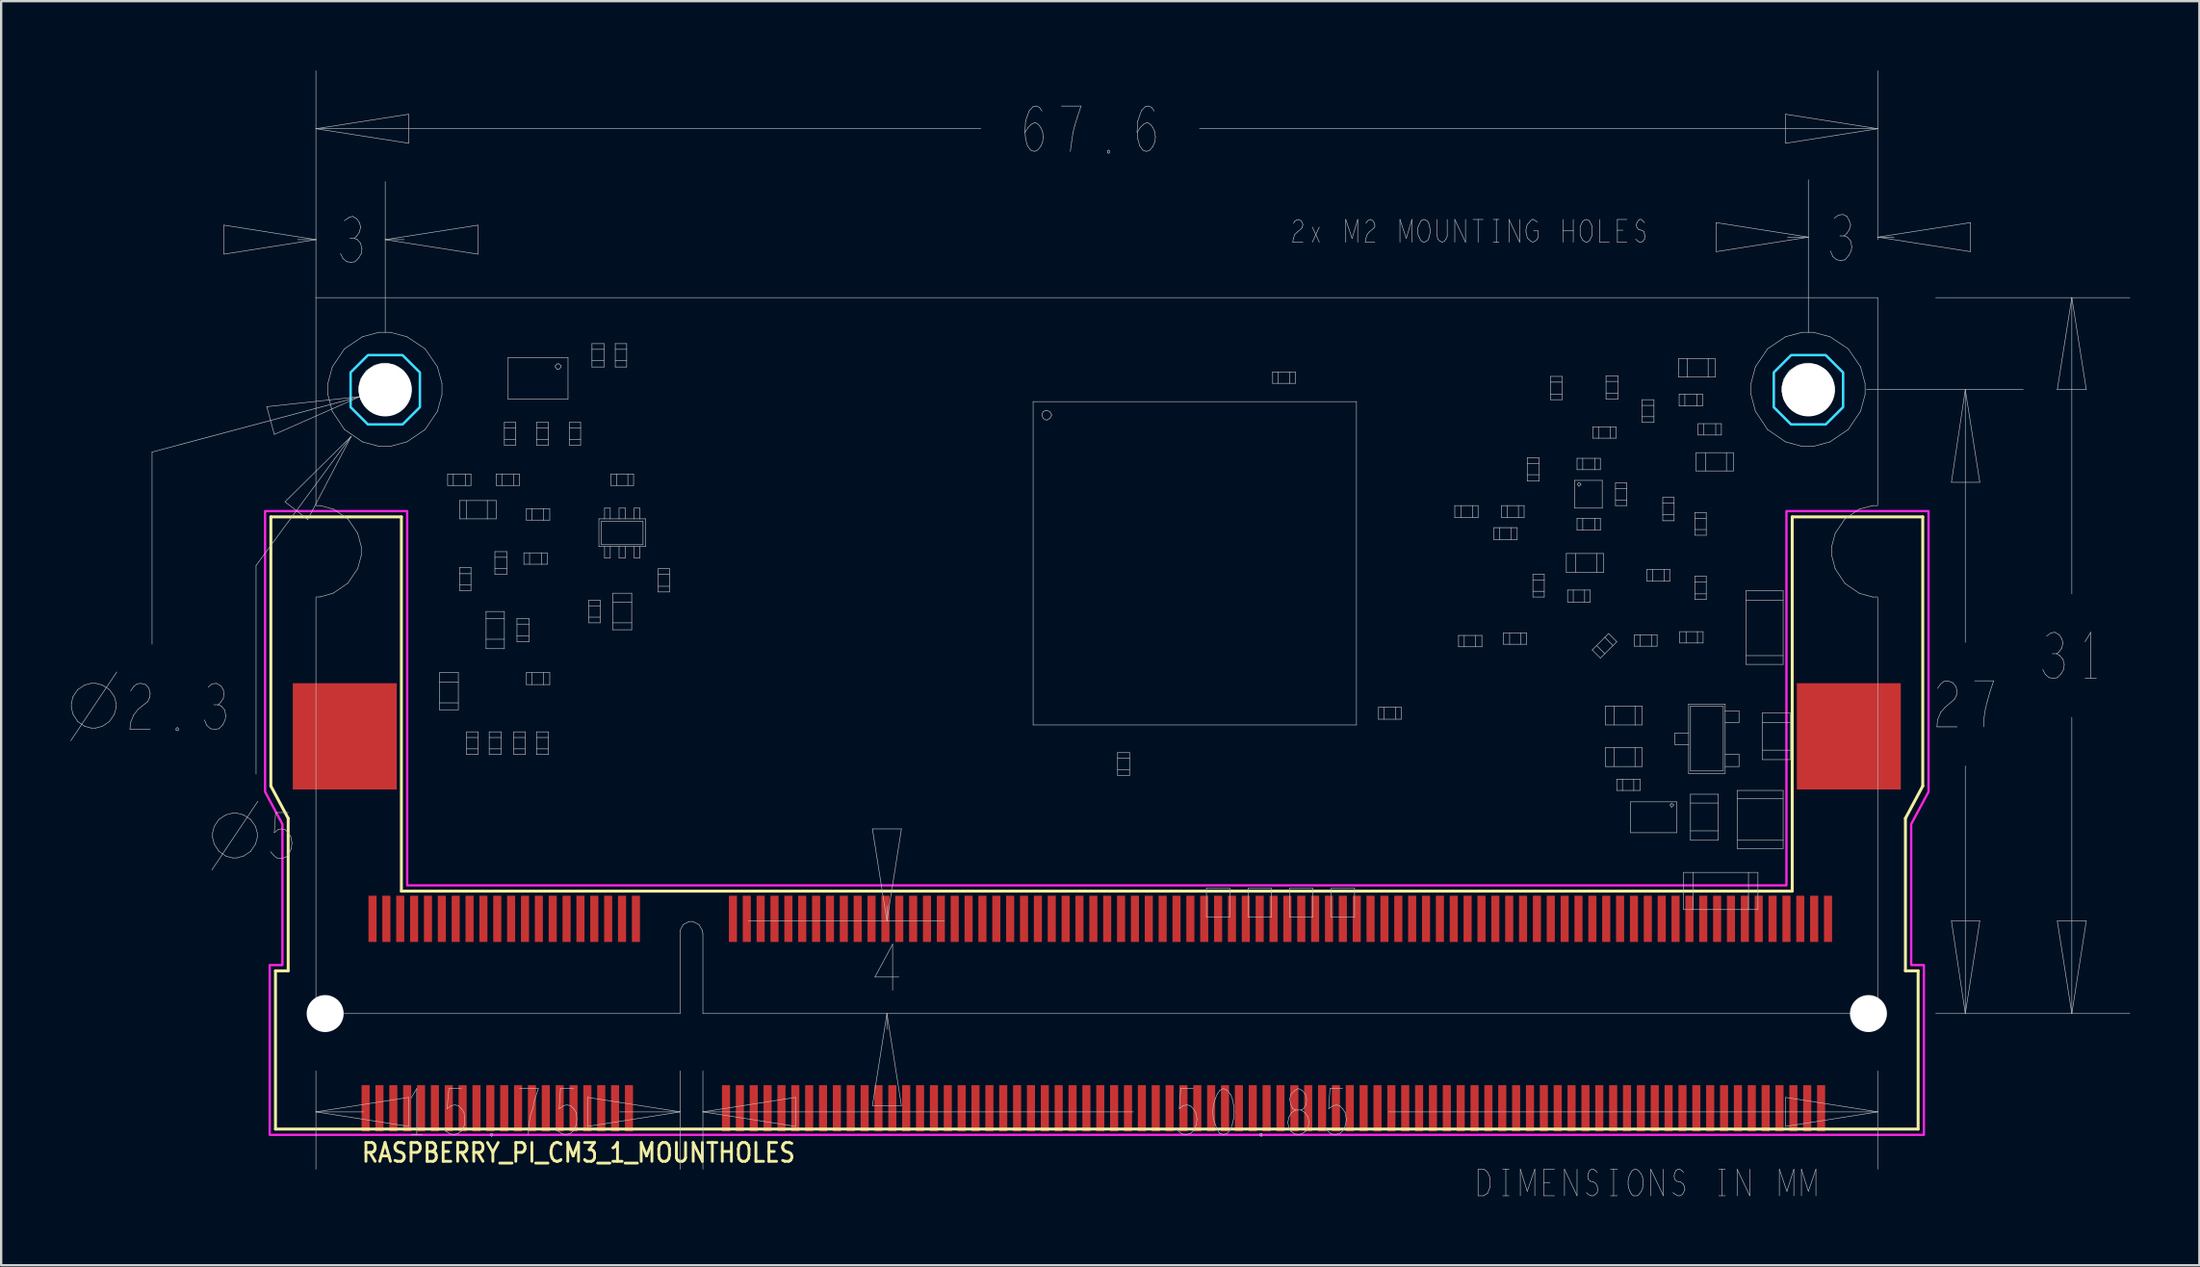
<source format=kicad_pcb>
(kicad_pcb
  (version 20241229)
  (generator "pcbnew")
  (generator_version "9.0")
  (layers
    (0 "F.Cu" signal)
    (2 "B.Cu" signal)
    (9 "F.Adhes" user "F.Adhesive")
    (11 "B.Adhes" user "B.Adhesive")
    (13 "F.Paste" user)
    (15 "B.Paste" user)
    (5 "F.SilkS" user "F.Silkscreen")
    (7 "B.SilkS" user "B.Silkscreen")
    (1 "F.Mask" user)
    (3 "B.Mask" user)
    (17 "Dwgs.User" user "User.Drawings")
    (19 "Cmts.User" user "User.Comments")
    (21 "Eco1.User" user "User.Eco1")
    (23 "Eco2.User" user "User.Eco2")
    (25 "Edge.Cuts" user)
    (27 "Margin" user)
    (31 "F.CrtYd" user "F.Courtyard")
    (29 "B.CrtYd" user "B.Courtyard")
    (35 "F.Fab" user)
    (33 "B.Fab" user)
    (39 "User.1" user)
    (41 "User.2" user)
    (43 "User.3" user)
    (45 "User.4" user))
  (footprint "RASPBERRY_PI_CM3_1_MOUNTHOLES"
    (layer "F.Cu")
    (at 44.424 40.823)
    (property "Reference" "RASPBERRY_PI_CM3_1_MOUNTHOLES" (at -31.88 6.5 0) (unlocked yes) (layer "F.SilkS") (effects (font (size 0.813 0.695) (thickness 0.122)) (justify left bottom)))
    (fp_line (start -35.75 -21.5) (end -30.1 -21.5) (stroke (width 0.127) (type solid)) (layer "F.SilkS"))
    (fp_line (start -35.75 -9.85) (end -35.75 -21.5) (stroke (width 0.127) (type solid)) (layer "F.SilkS"))
    (fp_line (start -35.75 -9.85) (end -35 -8.45) (stroke (width 0.127) (type solid)) (layer "F.SilkS"))
    (fp_line (start -35.55 -1.85) (end -35.55 5) (stroke (width 0.127) (type solid)) (layer "F.SilkS"))
    (fp_line (start -35.55 -1.85) (end -35 -1.85) (stroke (width 0.127) (type solid)) (layer "F.SilkS"))
    (fp_line (start -35.55 5) (end 35.55 5) (stroke (width 0.127) (type solid)) (layer "F.SilkS"))
    (fp_line (start -35 -1.85) (end -35 -8.45) (stroke (width 0.127) (type solid)) (layer "F.SilkS"))
    (fp_line (start -30.1 -21.5) (end -30.1 -5.3) (stroke (width 0.127) (type solid)) (layer "F.SilkS"))
    (fp_line (start -30.1 -5.3) (end 30.1 -5.3) (stroke (width 0.127) (type solid)) (layer "F.SilkS"))
    (fp_line (start 30.1 -21.5) (end 35.75 -21.5) (stroke (width 0.127) (type solid)) (layer "F.SilkS"))
    (fp_line (start 30.1 -5.3) (end 30.1 -21.5) (stroke (width 0.127) (type solid)) (layer "F.SilkS"))
    (fp_line (start 35 -1.85) (end 35 -8.45) (stroke (width 0.127) (type solid)) (layer "F.SilkS"))
    (fp_line (start 35.55 -1.85) (end 35 -1.85) (stroke (width 0.127) (type solid)) (layer "F.SilkS"))
    (fp_line (start 35.55 5) (end 35.55 -1.85) (stroke (width 0.127) (type solid)) (layer "F.SilkS"))
    (fp_line (start 35.75 -9.85) (end 35 -8.45) (stroke (width 0.127) (type solid)) (layer "F.SilkS"))
    (fp_line (start 35.75 -9.85) (end 35.75 -21.5) (stroke (width 0.127) (type solid)) (layer "F.SilkS"))
    (fp_line (start -44.411 -11.812) (end -42.42 -14.786) (stroke (width 0.025) (type solid)) (layer "Dwgs.User"))
    (fp_line (start -44.384 -13.435) (end -44.384 -13.244) (stroke (width 0.025) (type solid)) (layer "Dwgs.User"))
    (fp_line (start -44.384 -13.244) (end -44.312 -12.956) (stroke (width 0.025) (type solid)) (layer "Dwgs.User"))
    (fp_line (start -44.312 -13.72) (end -44.384 -13.435) (stroke (width 0.025) (type solid)) (layer "Dwgs.User"))
    (fp_line (start -44.312 -12.956) (end -44.112 -12.645) (stroke (width 0.025) (type solid)) (layer "Dwgs.User"))
    (fp_line (start -44.112 -14.022) (end -44.312 -13.72) (stroke (width 0.025) (type solid)) (layer "Dwgs.User"))
    (fp_line (start -44.112 -12.645) (end -43.81 -12.435) (stroke (width 0.025) (type solid)) (layer "Dwgs.User"))
    (fp_line (start -43.81 -14.222) (end -44.112 -14.022) (stroke (width 0.025) (type solid)) (layer "Dwgs.User"))
    (fp_line (start -43.81 -12.435) (end -43.525 -12.358) (stroke (width 0.025) (type solid)) (layer "Dwgs.User"))
    (fp_line (start -43.525 -14.294) (end -43.81 -14.222) (stroke (width 0.025) (type solid)) (layer "Dwgs.User"))
    (fp_line (start -43.525 -12.358) (end -43.334 -12.358) (stroke (width 0.025) (type solid)) (layer "Dwgs.User"))
    (fp_line (start -43.334 -14.294) (end -43.525 -14.294) (stroke (width 0.025) (type solid)) (layer "Dwgs.User"))
    (fp_line (start -43.334 -12.358) (end -43.046 -12.435) (stroke (width 0.025) (type solid)) (layer "Dwgs.User"))
    (fp_line (start -43.046 -14.222) (end -43.334 -14.294) (stroke (width 0.025) (type solid)) (layer "Dwgs.User"))
    (fp_line (start -43.046 -12.435) (end -42.735 -12.645) (stroke (width 0.025) (type solid)) (layer "Dwgs.User"))
    (fp_line (start -42.735 -14.022) (end -43.046 -14.222) (stroke (width 0.025) (type solid)) (layer "Dwgs.User"))
    (fp_line (start -42.735 -12.645) (end -42.525 -12.956) (stroke (width 0.025) (type solid)) (layer "Dwgs.User"))
    (fp_line (start -42.525 -13.72) (end -42.735 -14.022) (stroke (width 0.025) (type solid)) (layer "Dwgs.User"))
    (fp_line (start -42.525 -12.956) (end -42.448 -13.244) (stroke (width 0.025) (type solid)) (layer "Dwgs.User"))
    (fp_line (start -42.448 -13.435) (end -42.525 -13.72) (stroke (width 0.025) (type solid)) (layer "Dwgs.User"))
    (fp_line (start -42.448 -13.244) (end -42.448 -13.435) (stroke (width 0.025) (type solid)) (layer "Dwgs.User"))
    (fp_line (start -41.848 -12.303) (end -40.974 -12.303) (stroke (width 0.025) (type solid)) (layer "Dwgs.User"))
    (fp_line (start -41.82 -13.967) (end -41.684 -14.158) (stroke (width 0.025) (type solid)) (layer "Dwgs.User"))
    (fp_line (start -41.82 -12.603) (end -41.848 -12.303) (stroke (width 0.025) (type solid)) (layer "Dwgs.User"))
    (fp_line (start -41.684 -14.158) (end -41.547 -14.268) (stroke (width 0.025) (type solid)) (layer "Dwgs.User"))
    (fp_line (start -41.684 -12.931) (end -41.82 -12.603) (stroke (width 0.025) (type solid)) (layer "Dwgs.User"))
    (fp_line (start -41.547 -14.268) (end -41.384 -14.294) (stroke (width 0.025) (type solid)) (layer "Dwgs.User"))
    (fp_line (start -41.492 -13.176) (end -41.684 -12.931) (stroke (width 0.025) (type solid)) (layer "Dwgs.User"))
    (fp_line (start -41.384 -14.294) (end -41.165 -14.24) (stroke (width 0.025) (type solid)) (layer "Dwgs.User"))
    (fp_line (start -41.165 -14.24) (end -41.029 -14.076) (stroke (width 0.025) (type solid)) (layer "Dwgs.User"))
    (fp_line (start -41.084 -13.503) (end -41.492 -13.176) (stroke (width 0.025) (type solid)) (layer "Dwgs.User"))
    (fp_line (start -41.029 -14.076) (end -40.974 -13.858) (stroke (width 0.025) (type solid)) (layer "Dwgs.User"))
    (fp_line (start -41.002 -13.667) (end -41.084 -13.503) (stroke (width 0.025) (type solid)) (layer "Dwgs.User"))
    (fp_line (start -40.974 -13.858) (end -41.002 -13.667) (stroke (width 0.025) (type solid)) (layer "Dwgs.User"))
    (fp_line (start -40.892 -24.306) (end -31.89 -26.707) (stroke (width 0.025) (type solid)) (layer "Dwgs.User"))
    (fp_line (start -40.892 -15.986) (end -40.892 -24.306) (stroke (width 0.025) (type solid)) (layer "Dwgs.User"))
    (fp_line (start -39.855 -12.33) (end -39.802 -12.385) (stroke (width 0.025) (type solid)) (layer "Dwgs.User"))
    (fp_line (start -39.855 -12.276) (end -39.855 -12.33) (stroke (width 0.025) (type solid)) (layer "Dwgs.User"))
    (fp_line (start -39.802 -12.385) (end -39.747 -12.33) (stroke (width 0.025) (type solid)) (layer "Dwgs.User"))
    (fp_line (start -39.802 -12.248) (end -39.855 -12.276) (stroke (width 0.025) (type solid)) (layer "Dwgs.User"))
    (fp_line (start -39.747 -12.33) (end -39.747 -12.276) (stroke (width 0.025) (type solid)) (layer "Dwgs.User"))
    (fp_line (start -39.747 -12.276) (end -39.802 -12.248) (stroke (width 0.025) (type solid)) (layer "Dwgs.User"))
    (fp_line (start -38.628 -12.712) (end -38.519 -12.467) (stroke (width 0.025) (type solid)) (layer "Dwgs.User"))
    (fp_line (start -38.519 -12.467) (end -38.356 -12.33) (stroke (width 0.025) (type solid)) (layer "Dwgs.User"))
    (fp_line (start -38.356 -12.33) (end -38.165 -12.303) (stroke (width 0.025) (type solid)) (layer "Dwgs.User"))
    (fp_line (start -38.301 -14.268) (end -38.464 -14.131) (stroke (width 0.025) (type solid)) (layer "Dwgs.User"))
    (fp_line (start -38.301 -6.22) (end -36.31 -9.193) (stroke (width 0.025) (type solid)) (layer "Dwgs.User"))
    (fp_line (start -38.274 -7.815) (end -38.274 -7.624) (stroke (width 0.025) (type solid)) (layer "Dwgs.User"))
    (fp_line (start -38.274 -7.624) (end -38.202 -7.337) (stroke (width 0.025) (type solid)) (layer "Dwgs.User"))
    (fp_line (start -38.202 -8.1) (end -38.274 -7.815) (stroke (width 0.025) (type solid)) (layer "Dwgs.User"))
    (fp_line (start -38.202 -7.337) (end -38.001 -7.025) (stroke (width 0.025) (type solid)) (layer "Dwgs.User"))
    (fp_line (start -38.165 -12.303) (end -38 -12.33) (stroke (width 0.025) (type solid)) (layer "Dwgs.User"))
    (fp_line (start -38.11 -14.294) (end -38.301 -14.268) (stroke (width 0.025) (type solid)) (layer "Dwgs.User"))
    (fp_line (start -38.028 -13.367) (end -38.219 -13.367) (stroke (width 0.025) (type solid)) (layer "Dwgs.User"))
    (fp_line (start -38.028 -13.367) (end -37.919 -13.476) (stroke (width 0.025) (type solid)) (layer "Dwgs.User"))
    (fp_line (start -38.001 -8.402) (end -38.202 -8.1) (stroke (width 0.025) (type solid)) (layer "Dwgs.User"))
    (fp_line (start -38.001 -7.025) (end -37.698 -6.816) (stroke (width 0.025) (type solid)) (layer "Dwgs.User"))
    (fp_line (start -38 -12.33) (end -37.837 -12.494) (stroke (width 0.025) (type solid)) (layer "Dwgs.User"))
    (fp_line (start -37.919 -14.186) (end -38.11 -14.294) (stroke (width 0.025) (type solid)) (layer "Dwgs.User"))
    (fp_line (start -37.919 -13.476) (end -37.809 -13.64) (stroke (width 0.025) (type solid)) (layer "Dwgs.User"))
    (fp_line (start -37.892 -13.312) (end -38.028 -13.367) (stroke (width 0.025) (type solid)) (layer "Dwgs.User"))
    (fp_line (start -37.837 -12.494) (end -37.728 -12.712) (stroke (width 0.025) (type solid)) (layer "Dwgs.User"))
    (fp_line (start -37.809 -14.022) (end -37.919 -14.186) (stroke (width 0.025) (type solid)) (layer "Dwgs.User"))
    (fp_line (start -37.809 -13.64) (end -37.782 -13.831) (stroke (width 0.025) (type solid)) (layer "Dwgs.User"))
    (fp_line (start -37.782 -34.127) (end -33.8 -33.5) (stroke (width 0.025) (type solid)) (layer "Dwgs.User"))
    (fp_line (start -37.782 -32.872) (end -37.782 -34.127) (stroke (width 0.025) (type solid)) (layer "Dwgs.User"))
    (fp_line (start -37.782 -13.831) (end -37.809 -14.022) (stroke (width 0.025) (type solid)) (layer "Dwgs.User"))
    (fp_line (start -37.756 -13.149) (end -37.892 -13.312) (stroke (width 0.025) (type solid)) (layer "Dwgs.User"))
    (fp_line (start -37.728 -12.712) (end -37.701 -12.903) (stroke (width 0.025) (type solid)) (layer "Dwgs.User"))
    (fp_line (start -37.701 -12.903) (end -37.756 -13.149) (stroke (width 0.025) (type solid)) (layer "Dwgs.User"))
    (fp_line (start -37.698 -8.602) (end -38.001 -8.402) (stroke (width 0.025) (type solid)) (layer "Dwgs.User"))
    (fp_line (start -37.698 -6.816) (end -37.414 -6.738) (stroke (width 0.025) (type solid)) (layer "Dwgs.User"))
    (fp_line (start -37.414 -8.675) (end -37.698 -8.602) (stroke (width 0.025) (type solid)) (layer "Dwgs.User"))
    (fp_line (start -37.414 -6.738) (end -37.224 -6.738) (stroke (width 0.025) (type solid)) (layer "Dwgs.User"))
    (fp_line (start -37.224 -8.675) (end -37.414 -8.675) (stroke (width 0.025) (type solid)) (layer "Dwgs.User"))
    (fp_line (start -37.224 -6.738) (end -36.936 -6.816) (stroke (width 0.025) (type solid)) (layer "Dwgs.User"))
    (fp_line (start -36.936 -8.602) (end -37.224 -8.675) (stroke (width 0.025) (type solid)) (layer "Dwgs.User"))
    (fp_line (start -36.936 -6.816) (end -36.624 -7.025) (stroke (width 0.025) (type solid)) (layer "Dwgs.User"))
    (fp_line (start -36.624 -8.402) (end -36.936 -8.602) (stroke (width 0.025) (type solid)) (layer "Dwgs.User"))
    (fp_line (start -36.624 -7.025) (end -36.414 -7.337) (stroke (width 0.025) (type solid)) (layer "Dwgs.User"))
    (fp_line (start -36.414 -8.1) (end -36.624 -8.402) (stroke (width 0.025) (type solid)) (layer "Dwgs.User"))
    (fp_line (start -36.414 -7.337) (end -36.337 -7.624) (stroke (width 0.025) (type solid)) (layer "Dwgs.User"))
    (fp_line (start -36.391 -19.395) (end -32.272 -24.988) (stroke (width 0.025) (type solid)) (layer "Dwgs.User"))
    (fp_line (start -36.391 -10.366) (end -36.391 -19.395) (stroke (width 0.025) (type solid)) (layer "Dwgs.User"))
    (fp_line (start -36.337 -7.815) (end -36.414 -8.1) (stroke (width 0.025) (type solid)) (layer "Dwgs.User"))
    (fp_line (start -36.337 -7.624) (end -36.337 -7.815) (stroke (width 0.025) (type solid)) (layer "Dwgs.User"))
    (fp_line (start -35.928 -26.27) (end -31.89 -26.707) (stroke (width 0.025) (type solid)) (layer "Dwgs.User"))
    (fp_line (start -35.764 -7.011) (end -35.627 -6.848) (stroke (width 0.025) (type solid)) (layer "Dwgs.User"))
    (fp_line (start -35.627 -6.848) (end -35.491 -6.738) (stroke (width 0.025) (type solid)) (layer "Dwgs.User"))
    (fp_line (start -35.6 -25.07) (end -35.928 -26.27) (stroke (width 0.025) (type solid)) (layer "Dwgs.User"))
    (fp_line (start -35.6 -7.829) (end -35.545 -8.702) (stroke (width 0.025) (type solid)) (layer "Dwgs.User"))
    (fp_line (start -35.545 -8.702) (end -35 -8.702) (stroke (width 0.025) (type solid)) (layer "Dwgs.User"))
    (fp_line (start -35.491 -6.738) (end -35.301 -6.71) (stroke (width 0.025) (type solid)) (layer "Dwgs.User"))
    (fp_line (start -35.437 -7.965) (end -35.6 -7.829) (stroke (width 0.025) (type solid)) (layer "Dwgs.User"))
    (fp_line (start -35.301 -6.71) (end -35.109 -6.765) (stroke (width 0.025) (type solid)) (layer "Dwgs.User"))
    (fp_line (start -35.273 -7.993) (end -35.437 -7.965) (stroke (width 0.025) (type solid)) (layer "Dwgs.User"))
    (fp_line (start -35.136 -22.151) (end -32.272 -24.988) (stroke (width 0.025) (type solid)) (layer "Dwgs.User"))
    (fp_line (start -35.136 -7.965) (end -35.273 -7.993) (stroke (width 0.025) (type solid)) (layer "Dwgs.User"))
    (fp_line (start -35.109 -6.765) (end -34.973 -6.901) (stroke (width 0.025) (type solid)) (layer "Dwgs.User"))
    (fp_line (start -35 -7.829) (end -35.136 -7.965) (stroke (width 0.025) (type solid)) (layer "Dwgs.User"))
    (fp_line (start -34.973 -6.901) (end -34.864 -7.147) (stroke (width 0.025) (type solid)) (layer "Dwgs.User"))
    (fp_line (start -34.891 -7.666) (end -35 -7.829) (stroke (width 0.025) (type solid)) (layer "Dwgs.User"))
    (fp_line (start -34.864 -7.147) (end -34.837 -7.393) (stroke (width 0.025) (type solid)) (layer "Dwgs.User"))
    (fp_line (start -34.837 -7.393) (end -34.891 -7.666) (stroke (width 0.025) (type solid)) (layer "Dwgs.User"))
    (fp_line (start -34.154 -21.387) (end -35.136 -22.151) (stroke (width 0.025) (type solid)) (layer "Dwgs.User"))
    (fp_line (start -33.8 -40.81) (end -33.8 -38.301) (stroke (width 0.025) (type solid)) (layer "Dwgs.User"))
    (fp_line (start -33.8 -38.301) (end -33.8 -33.5) (stroke (width 0.025) (type solid)) (layer "Dwgs.User"))
    (fp_line (start -33.8 -38.301) (end -29.79 -38.928) (stroke (width 0.025) (type solid)) (layer "Dwgs.User"))
    (fp_line (start -33.8 -38.301) (end -5.02 -38.301) (stroke (width 0.025) (type solid)) (layer "Dwgs.User"))
    (fp_line (start -33.8 -33.5) (end -37.782 -32.872) (stroke (width 0.025) (type solid)) (layer "Dwgs.User"))
    (fp_line (start -33.8 -33.5) (end -34.591 -33.5) (stroke (width 0.025) (type solid)) (layer "Dwgs.User"))
    (fp_line (start -33.8 -33.5) (end -33.8 -30.99) (stroke (width 0.025) (type solid)) (layer "Dwgs.User"))
    (fp_line (start -33.8 -30.99) (end 33.8 -30.99) (stroke (width 0.025) (type solid)) (layer "Dwgs.User"))
    (fp_line (start -33.8 -22.015) (end -33.8 -30.99) (stroke (width 0.025) (type solid)) (layer "Dwgs.User"))
    (fp_line (start -33.8 -18.032) (end -33.61 -18.037) (stroke (width 0.025) (type solid)) (layer "Dwgs.User"))
    (fp_line (start -33.8 0) (end -33.8 -18.004) (stroke (width 0.025) (type solid)) (layer "Dwgs.User"))
    (fp_line (start -33.8 4.255) (end -33.8 2.483) (stroke (width 0.025) (type solid)) (layer "Dwgs.User"))
    (fp_line (start -33.8 4.255) (end -31.726 4.255) (stroke (width 0.025) (type solid)) (layer "Dwgs.User"))
    (fp_line (start -33.8 4.255) (end -29.79 3.628) (stroke (width 0.025) (type solid)) (layer "Dwgs.User"))
    (fp_line (start -33.8 6.738) (end -33.8 4.255) (stroke (width 0.025) (type solid)) (layer "Dwgs.User"))
    (fp_line (start -33.611 -21.988) (end -33.8 -21.988) (stroke (width 0.025) (type solid)) (layer "Dwgs.User"))
    (fp_line (start -33.61 -18.037) (end -33.045 -18.201) (stroke (width 0.025) (type solid)) (layer "Dwgs.User"))
    (fp_line (start -33.282 -27.274) (end -33.282 -26.794) (stroke (width 0.025) (type solid)) (layer "Dwgs.User"))
    (fp_line (start -33.282 -26.794) (end -33.09 -26.072) (stroke (width 0.025) (type solid)) (layer "Dwgs.User"))
    (fp_line (start -33.09 -27.994) (end -33.282 -27.274) (stroke (width 0.025) (type solid)) (layer "Dwgs.User"))
    (fp_line (start -33.09 -26.072) (end -32.565 -25.282) (stroke (width 0.025) (type solid)) (layer "Dwgs.User"))
    (fp_line (start -33.045 -21.835) (end -33.611 -21.988) (stroke (width 0.025) (type solid)) (layer "Dwgs.User"))
    (fp_line (start -33.045 -18.201) (end -32.419 -18.629) (stroke (width 0.025) (type solid)) (layer "Dwgs.User"))
    (fp_line (start -32.736 -32.9) (end -32.627 -32.681) (stroke (width 0.025) (type solid)) (layer "Dwgs.User"))
    (fp_line (start -32.627 -32.681) (end -32.463 -32.545) (stroke (width 0.025) (type solid)) (layer "Dwgs.User"))
    (fp_line (start -32.565 -28.774) (end -33.09 -27.994) (stroke (width 0.025) (type solid)) (layer "Dwgs.User"))
    (fp_line (start -32.565 -25.282) (end -31.786 -24.747) (stroke (width 0.025) (type solid)) (layer "Dwgs.User"))
    (fp_line (start -32.463 -32.545) (end -32.272 -32.518) (stroke (width 0.025) (type solid)) (layer "Dwgs.User"))
    (fp_line (start -32.419 -21.415) (end -33.045 -21.835) (stroke (width 0.025) (type solid)) (layer "Dwgs.User"))
    (fp_line (start -32.419 -18.629) (end -31.993 -19.256) (stroke (width 0.025) (type solid)) (layer "Dwgs.User"))
    (fp_line (start -32.381 -34.454) (end -32.572 -34.318) (stroke (width 0.025) (type solid)) (layer "Dwgs.User"))
    (fp_line (start -32.272 -32.518) (end -32.108 -32.545) (stroke (width 0.025) (type solid)) (layer "Dwgs.User"))
    (fp_line (start -32.272 -24.988) (end -34.154 -21.387) (stroke (width 0.025) (type solid)) (layer "Dwgs.User"))
    (fp_line (start -32.218 -34.509) (end -32.381 -34.454) (stroke (width 0.025) (type solid)) (layer "Dwgs.User"))
    (fp_line (start -32.136 -33.554) (end -32.327 -33.554) (stroke (width 0.025) (type solid)) (layer "Dwgs.User"))
    (fp_line (start -32.136 -33.554) (end -32.026 -33.663) (stroke (width 0.025) (type solid)) (layer "Dwgs.User"))
    (fp_line (start -32.108 -32.545) (end -31.945 -32.709) (stroke (width 0.025) (type solid)) (layer "Dwgs.User"))
    (fp_line (start -32.026 -34.399) (end -32.218 -34.509) (stroke (width 0.025) (type solid)) (layer "Dwgs.User"))
    (fp_line (start -32.026 -33.663) (end -31.917 -33.827) (stroke (width 0.025) (type solid)) (layer "Dwgs.User"))
    (fp_line (start -32 -33.5) (end -32.136 -33.554) (stroke (width 0.025) (type solid)) (layer "Dwgs.User"))
    (fp_line (start -31.993 -20.791) (end -32.419 -21.415) (stroke (width 0.025) (type solid)) (layer "Dwgs.User"))
    (fp_line (start -31.993 -19.256) (end -31.836 -19.832) (stroke (width 0.025) (type solid)) (layer "Dwgs.User"))
    (fp_line (start -31.945 -32.709) (end -31.836 -32.9) (stroke (width 0.025) (type solid)) (layer "Dwgs.User"))
    (fp_line (start -31.945 -27.145) (end -31.945 -26.924) (stroke (width 0.025) (type solid)) (layer "Dwgs.User"))
    (fp_line (start -31.945 -26.924) (end -31.859 -26.591) (stroke (width 0.025) (type solid)) (layer "Dwgs.User"))
    (fp_line (start -31.917 -34.236) (end -32.026 -34.399) (stroke (width 0.025) (type solid)) (layer "Dwgs.User"))
    (fp_line (start -31.917 -33.827) (end -31.863 -34.045) (stroke (width 0.025) (type solid)) (layer "Dwgs.User"))
    (fp_line (start -31.89 -26.707) (end -35.6 -25.07) (stroke (width 0.025) (type solid)) (layer "Dwgs.User"))
    (fp_line (start -31.863 -34.045) (end -31.917 -34.236) (stroke (width 0.025) (type solid)) (layer "Dwgs.User"))
    (fp_line (start -31.863 -33.336) (end -32 -33.5) (stroke (width 0.025) (type solid)) (layer "Dwgs.User"))
    (fp_line (start -31.859 -27.474) (end -31.945 -27.145) (stroke (width 0.025) (type solid)) (layer "Dwgs.User"))
    (fp_line (start -31.859 -26.591) (end -31.621 -26.226) (stroke (width 0.025) (type solid)) (layer "Dwgs.User"))
    (fp_line (start -31.836 -32.9) (end -31.809 -33.091) (stroke (width 0.025) (type solid)) (layer "Dwgs.User"))
    (fp_line (start -31.836 -20.215) (end -31.993 -20.791) (stroke (width 0.025) (type solid)) (layer "Dwgs.User"))
    (fp_line (start -31.836 -19.832) (end -31.836 -20.215) (stroke (width 0.025) (type solid)) (layer "Dwgs.User"))
    (fp_line (start -31.809 -33.091) (end -31.863 -33.336) (stroke (width 0.025) (type solid)) (layer "Dwgs.User"))
    (fp_line (start -31.786 -29.298) (end -32.565 -28.774) (stroke (width 0.025) (type solid)) (layer "Dwgs.User"))
    (fp_line (start -31.786 -24.747) (end -31.066 -24.551) (stroke (width 0.025) (type solid)) (layer "Dwgs.User"))
    (fp_line (start -31.621 -27.829) (end -31.859 -27.474) (stroke (width 0.025) (type solid)) (layer "Dwgs.User"))
    (fp_line (start -31.621 -26.226) (end -31.266 -25.98) (stroke (width 0.025) (type solid)) (layer "Dwgs.User"))
    (fp_line (start -31.266 -28.067) (end -31.621 -27.829) (stroke (width 0.025) (type solid)) (layer "Dwgs.User"))
    (fp_line (start -31.266 -25.98) (end -30.937 -25.889) (stroke (width 0.025) (type solid)) (layer "Dwgs.User"))
    (fp_line (start -31.066 -29.489) (end -31.786 -29.298) (stroke (width 0.025) (type solid)) (layer "Dwgs.User"))
    (fp_line (start -31.066 -24.551) (end -30.586 -24.551) (stroke (width 0.025) (type solid)) (layer "Dwgs.User"))
    (fp_line (start -30.937 -28.153) (end -31.266 -28.067) (stroke (width 0.025) (type solid)) (layer "Dwgs.User"))
    (fp_line (start -30.937 -25.889) (end -30.716 -25.889) (stroke (width 0.025) (type solid)) (layer "Dwgs.User"))
    (fp_line (start -30.799 -36.01) (end -30.799 -33.5) (stroke (width 0.025) (type solid)) (layer "Dwgs.User"))
    (fp_line (start -30.799 -33.5) (end -30.799 -29.489) (stroke (width 0.025) (type solid)) (layer "Dwgs.User"))
    (fp_line (start -30.799 -33.5) (end -29.98 -33.5) (stroke (width 0.025) (type solid)) (layer "Dwgs.User"))
    (fp_line (start -30.799 -33.5) (end -26.789 -34.127) (stroke (width 0.025) (type solid)) (layer "Dwgs.User"))
    (fp_line (start -30.799 -29.489) (end -31.066 -29.489) (stroke (width 0.025) (type solid)) (layer "Dwgs.User"))
    (fp_line (start -30.716 -28.153) (end -30.937 -28.153) (stroke (width 0.025) (type solid)) (layer "Dwgs.User"))
    (fp_line (start -30.716 -25.889) (end -30.383 -25.98) (stroke (width 0.025) (type solid)) (layer "Dwgs.User"))
    (fp_line (start -30.586 -29.489) (end -30.799 -29.489) (stroke (width 0.025) (type solid)) (layer "Dwgs.User"))
    (fp_line (start -30.586 -24.551) (end -29.863 -24.747) (stroke (width 0.025) (type solid)) (layer "Dwgs.User"))
    (fp_line (start -30.383 -28.067) (end -30.716 -28.153) (stroke (width 0.025) (type solid)) (layer "Dwgs.User"))
    (fp_line (start -30.383 -25.98) (end -30.018 -26.226) (stroke (width 0.025) (type solid)) (layer "Dwgs.User"))
    (fp_line (start -30.018 -27.829) (end -30.383 -28.067) (stroke (width 0.025) (type solid)) (layer "Dwgs.User"))
    (fp_line (start -30.018 -26.226) (end -29.772 -26.591) (stroke (width 0.025) (type solid)) (layer "Dwgs.User"))
    (fp_line (start -29.863 -29.298) (end -30.586 -29.489) (stroke (width 0.025) (type solid)) (layer "Dwgs.User"))
    (fp_line (start -29.863 -24.747) (end -29.074 -25.282) (stroke (width 0.025) (type solid)) (layer "Dwgs.User"))
    (fp_line (start -29.79 -38.928) (end -29.79 -37.673) (stroke (width 0.025) (type solid)) (layer "Dwgs.User"))
    (fp_line (start -29.79 -37.673) (end -33.8 -38.301) (stroke (width 0.025) (type solid)) (layer "Dwgs.User"))
    (fp_line (start -29.79 3.628) (end -29.79 4.883) (stroke (width 0.025) (type solid)) (layer "Dwgs.User"))
    (fp_line (start -29.79 4.883) (end -33.8 4.255) (stroke (width 0.025) (type solid)) (layer "Dwgs.User"))
    (fp_line (start -29.772 -27.474) (end -30.018 -27.829) (stroke (width 0.025) (type solid)) (layer "Dwgs.User"))
    (fp_line (start -29.772 -26.591) (end -29.681 -26.924) (stroke (width 0.025) (type solid)) (layer "Dwgs.User"))
    (fp_line (start -29.681 -27.145) (end -29.772 -27.474) (stroke (width 0.025) (type solid)) (layer "Dwgs.User"))
    (fp_line (start -29.681 -26.924) (end -29.681 -27.145) (stroke (width 0.025) (type solid)) (layer "Dwgs.User"))
    (fp_line (start -29.435 3.246) (end -29.681 3.655) (stroke (width 0.025) (type solid)) (layer "Dwgs.User"))
    (fp_line (start -29.435 5.238) (end -29.435 3.246) (stroke (width 0.025) (type solid)) (layer "Dwgs.User"))
    (fp_line (start -29.189 5.238) (end -29.681 5.238) (stroke (width 0.025) (type solid)) (layer "Dwgs.User"))
    (fp_line (start -29.074 -28.774) (end -29.863 -29.298) (stroke (width 0.025) (type solid)) (layer "Dwgs.User"))
    (fp_line (start -29.074 -25.282) (end -28.54 -26.072) (stroke (width 0.025) (type solid)) (layer "Dwgs.User"))
    (fp_line (start -28.54 -27.994) (end -29.074 -28.774) (stroke (width 0.025) (type solid)) (layer "Dwgs.User"))
    (fp_line (start -28.54 -26.072) (end -28.344 -26.794) (stroke (width 0.025) (type solid)) (layer "Dwgs.User"))
    (fp_line (start -28.453 -14.758) (end -28.453 -13.149) (stroke (width 0.025) (type solid)) (layer "Dwgs.User"))
    (fp_line (start -28.453 -13.149) (end -27.635 -13.149) (stroke (width 0.025) (type solid)) (layer "Dwgs.User"))
    (fp_line (start -28.344 -27.274) (end -28.54 -27.994) (stroke (width 0.025) (type solid)) (layer "Dwgs.User"))
    (fp_line (start -28.344 -26.794) (end -28.344 -27.274) (stroke (width 0.025) (type solid)) (layer "Dwgs.User"))
    (fp_line (start -28.262 4.938) (end -28.152 5.101) (stroke (width 0.025) (type solid)) (layer "Dwgs.User"))
    (fp_line (start -28.152 5.101) (end -27.989 5.211) (stroke (width 0.025) (type solid)) (layer "Dwgs.User"))
    (fp_line (start -28.125 4.119) (end -28.044 3.246) (stroke (width 0.025) (type solid)) (layer "Dwgs.User"))
    (fp_line (start -28.099 -23.351) (end -27.089 -23.351) (stroke (width 0.025) (type solid)) (layer "Dwgs.User"))
    (fp_line (start -28.099 -22.86) (end -28.099 -23.351) (stroke (width 0.025) (type solid)) (layer "Dwgs.User"))
    (fp_line (start -28.044 3.246) (end -27.499 3.246) (stroke (width 0.025) (type solid)) (layer "Dwgs.User"))
    (fp_line (start -27.989 5.211) (end -27.798 5.238) (stroke (width 0.025) (type solid)) (layer "Dwgs.User"))
    (fp_line (start -27.934 3.983) (end -28.125 4.119) (stroke (width 0.025) (type solid)) (layer "Dwgs.User"))
    (fp_line (start -27.853 -23.351) (end -27.853 -22.86) (stroke (width 0.025) (type solid)) (layer "Dwgs.User"))
    (fp_line (start -27.798 3.956) (end -27.934 3.983) (stroke (width 0.025) (type solid)) (layer "Dwgs.User"))
    (fp_line (start -27.798 5.238) (end -27.635 5.183) (stroke (width 0.025) (type solid)) (layer "Dwgs.User"))
    (fp_line (start -27.635 -14.758) (end -28.453 -14.758) (stroke (width 0.025) (type solid)) (layer "Dwgs.User"))
    (fp_line (start -27.635 -14.349) (end -28.453 -14.349) (stroke (width 0.025) (type solid)) (layer "Dwgs.User"))
    (fp_line (start -27.635 -13.449) (end -28.453 -13.449) (stroke (width 0.025) (type solid)) (layer "Dwgs.User"))
    (fp_line (start -27.635 -13.149) (end -27.635 -14.758) (stroke (width 0.025) (type solid)) (layer "Dwgs.User"))
    (fp_line (start -27.635 3.983) (end -27.798 3.956) (stroke (width 0.025) (type solid)) (layer "Dwgs.User"))
    (fp_line (start -27.635 5.183) (end -27.471 5.047) (stroke (width 0.025) (type solid)) (layer "Dwgs.User"))
    (fp_line (start -27.58 -22.206) (end -27.58 -21.415) (stroke (width 0.025) (type solid)) (layer "Dwgs.User"))
    (fp_line (start -27.58 -21.415) (end -26.38 -21.415) (stroke (width 0.025) (type solid)) (layer "Dwgs.User"))
    (fp_line (start -27.58 -19.314) (end -27.089 -19.314) (stroke (width 0.025) (type solid)) (layer "Dwgs.User"))
    (fp_line (start -27.58 -19.041) (end -27.58 -19.314) (stroke (width 0.025) (type solid)) (layer "Dwgs.User"))
    (fp_line (start -27.58 -18.305) (end -27.58 -19.041) (stroke (width 0.025) (type solid)) (layer "Dwgs.User"))
    (fp_line (start -27.499 4.119) (end -27.635 3.983) (stroke (width 0.025) (type solid)) (layer "Dwgs.User"))
    (fp_line (start -27.471 5.047) (end -27.361 4.802) (stroke (width 0.025) (type solid)) (layer "Dwgs.User"))
    (fp_line (start -27.389 4.283) (end -27.499 4.119) (stroke (width 0.025) (type solid)) (layer "Dwgs.User"))
    (fp_line (start -27.361 4.556) (end -27.389 4.283) (stroke (width 0.025) (type solid)) (layer "Dwgs.User"))
    (fp_line (start -27.361 4.802) (end -27.361 4.556) (stroke (width 0.025) (type solid)) (layer "Dwgs.User"))
    (fp_line (start -27.334 -23.351) (end -27.334 -22.86) (stroke (width 0.025) (type solid)) (layer "Dwgs.User"))
    (fp_line (start -27.28 -21.415) (end -27.28 -22.206) (stroke (width 0.025) (type solid)) (layer "Dwgs.User"))
    (fp_line (start -27.28 -12.194) (end -26.789 -12.194) (stroke (width 0.025) (type solid)) (layer "Dwgs.User"))
    (fp_line (start -27.28 -11.212) (end -27.28 -12.194) (stroke (width 0.025) (type solid)) (layer "Dwgs.User"))
    (fp_line (start -27.089 -23.351) (end -27.089 -22.86) (stroke (width 0.025) (type solid)) (layer "Dwgs.User"))
    (fp_line (start -27.089 -22.86) (end -28.099 -22.86) (stroke (width 0.025) (type solid)) (layer "Dwgs.User"))
    (fp_line (start -27.089 -19.314) (end -27.089 -18.305) (stroke (width 0.025) (type solid)) (layer "Dwgs.User"))
    (fp_line (start -27.089 -19.041) (end -27.58 -19.041) (stroke (width 0.025) (type solid)) (layer "Dwgs.User"))
    (fp_line (start -27.089 -18.55) (end -27.58 -18.55) (stroke (width 0.025) (type solid)) (layer "Dwgs.User"))
    (fp_line (start -27.089 -18.305) (end -27.58 -18.305) (stroke (width 0.025) (type solid)) (layer "Dwgs.User"))
    (fp_line (start -26.789 -34.127) (end -26.789 -32.872) (stroke (width 0.025) (type solid)) (layer "Dwgs.User"))
    (fp_line (start -26.789 -32.872) (end -30.799 -33.5) (stroke (width 0.025) (type solid)) (layer "Dwgs.User"))
    (fp_line (start -26.789 -12.194) (end -26.789 -11.212) (stroke (width 0.025) (type solid)) (layer "Dwgs.User"))
    (fp_line (start -26.789 -11.949) (end -27.28 -11.949) (stroke (width 0.025) (type solid)) (layer "Dwgs.User"))
    (fp_line (start -26.789 -11.457) (end -27.28 -11.457) (stroke (width 0.025) (type solid)) (layer "Dwgs.User"))
    (fp_line (start -26.789 -11.212) (end -27.28 -11.212) (stroke (width 0.025) (type solid)) (layer "Dwgs.User"))
    (fp_line (start -26.434 -17.404) (end -26.434 -15.795) (stroke (width 0.025) (type solid)) (layer "Dwgs.User"))
    (fp_line (start -26.434 -17.105) (end -25.643 -17.105) (stroke (width 0.025) (type solid)) (layer "Dwgs.User"))
    (fp_line (start -26.434 -16.204) (end -25.643 -16.204) (stroke (width 0.025) (type solid)) (layer "Dwgs.User"))
    (fp_line (start -26.434 -15.795) (end -25.643 -15.795) (stroke (width 0.025) (type solid)) (layer "Dwgs.User"))
    (fp_line (start -26.38 -22.206) (end -27.58 -22.206) (stroke (width 0.025) (type solid)) (layer "Dwgs.User"))
    (fp_line (start -26.38 -21.415) (end -26.38 -22.206) (stroke (width 0.025) (type solid)) (layer "Dwgs.User"))
    (fp_line (start -26.38 -21.415) (end -25.998 -21.415) (stroke (width 0.025) (type solid)) (layer "Dwgs.User"))
    (fp_line (start -26.298 -12.194) (end -25.78 -12.194) (stroke (width 0.025) (type solid)) (layer "Dwgs.User"))
    (fp_line (start -26.298 -11.212) (end -26.298 -12.194) (stroke (width 0.025) (type solid)) (layer "Dwgs.User"))
    (fp_line (start -26.244 5.211) (end -26.189 5.183) (stroke (width 0.025) (type solid)) (layer "Dwgs.User"))
    (fp_line (start -26.244 5.265) (end -26.244 5.211) (stroke (width 0.025) (type solid)) (layer "Dwgs.User"))
    (fp_line (start -26.189 5.183) (end -26.161 5.211) (stroke (width 0.025) (type solid)) (layer "Dwgs.User"))
    (fp_line (start -26.189 5.32) (end -26.244 5.265) (stroke (width 0.025) (type solid)) (layer "Dwgs.User"))
    (fp_line (start -26.161 5.211) (end -26.161 5.265) (stroke (width 0.025) (type solid)) (layer "Dwgs.User"))
    (fp_line (start -26.161 5.265) (end -26.189 5.32) (stroke (width 0.025) (type solid)) (layer "Dwgs.User"))
    (fp_line (start -26.053 -19.996) (end -25.534 -19.996) (stroke (width 0.025) (type solid)) (layer "Dwgs.User"))
    (fp_line (start -26.053 -19.014) (end -26.053 -19.996) (stroke (width 0.025) (type solid)) (layer "Dwgs.User"))
    (fp_line (start -25.998 -23.351) (end -24.989 -23.351) (stroke (width 0.025) (type solid)) (layer "Dwgs.User"))
    (fp_line (start -25.998 -22.86) (end -25.998 -23.351) (stroke (width 0.025) (type solid)) (layer "Dwgs.User"))
    (fp_line (start -25.998 -22.206) (end -26.38 -22.206) (stroke (width 0.025) (type solid)) (layer "Dwgs.User"))
    (fp_line (start -25.998 -21.415) (end -25.998 -22.206) (stroke (width 0.025) (type solid)) (layer "Dwgs.User"))
    (fp_line (start -25.78 -12.194) (end -25.78 -11.212) (stroke (width 0.025) (type solid)) (layer "Dwgs.User"))
    (fp_line (start -25.78 -11.949) (end -26.298 -11.949) (stroke (width 0.025) (type solid)) (layer "Dwgs.User"))
    (fp_line (start -25.78 -11.457) (end -26.298 -11.457) (stroke (width 0.025) (type solid)) (layer "Dwgs.User"))
    (fp_line (start -25.78 -11.212) (end -26.298 -11.212) (stroke (width 0.025) (type solid)) (layer "Dwgs.User"))
    (fp_line (start -25.752 -22.86) (end -25.752 -23.351) (stroke (width 0.025) (type solid)) (layer "Dwgs.User"))
    (fp_line (start -25.643 -25.588) (end -25.152 -25.588) (stroke (width 0.025) (type solid)) (layer "Dwgs.User"))
    (fp_line (start -25.643 -25.343) (end -25.152 -25.343) (stroke (width 0.025) (type solid)) (layer "Dwgs.User"))
    (fp_line (start -25.643 -24.852) (end -25.152 -24.852) (stroke (width 0.025) (type solid)) (layer "Dwgs.User"))
    (fp_line (start -25.643 -24.606) (end -25.643 -25.588) (stroke (width 0.025) (type solid)) (layer "Dwgs.User"))
    (fp_line (start -25.643 -17.404) (end -26.434 -17.404) (stroke (width 0.025) (type solid)) (layer "Dwgs.User"))
    (fp_line (start -25.643 -15.795) (end -25.643 -17.404) (stroke (width 0.025) (type solid)) (layer "Dwgs.User"))
    (fp_line (start -25.534 -19.996) (end -25.534 -19.014) (stroke (width 0.025) (type solid)) (layer "Dwgs.User"))
    (fp_line (start -25.534 -19.751) (end -26.053 -19.751) (stroke (width 0.025) (type solid)) (layer "Dwgs.User"))
    (fp_line (start -25.534 -19.259) (end -26.053 -19.259) (stroke (width 0.025) (type solid)) (layer "Dwgs.User"))
    (fp_line (start -25.534 -19.014) (end -26.053 -19.014) (stroke (width 0.025) (type solid)) (layer "Dwgs.User"))
    (fp_line (start -25.48 -28.399) (end -22.888 -28.399) (stroke (width 0.025) (type solid)) (layer "Dwgs.User"))
    (fp_line (start -25.48 -26.597) (end -25.48 -28.399) (stroke (width 0.025) (type solid)) (layer "Dwgs.User"))
    (fp_line (start -25.234 -22.86) (end -25.234 -23.351) (stroke (width 0.025) (type solid)) (layer "Dwgs.User"))
    (fp_line (start -25.234 -12.194) (end -24.743 -12.194) (stroke (width 0.025) (type solid)) (layer "Dwgs.User"))
    (fp_line (start -25.234 -11.212) (end -25.234 -12.194) (stroke (width 0.025) (type solid)) (layer "Dwgs.User"))
    (fp_line (start -25.152 -25.588) (end -25.152 -24.606) (stroke (width 0.025) (type solid)) (layer "Dwgs.User"))
    (fp_line (start -25.152 -24.606) (end -25.643 -24.606) (stroke (width 0.025) (type solid)) (layer "Dwgs.User"))
    (fp_line (start -25.097 -17.105) (end -24.579 -17.105) (stroke (width 0.025) (type solid)) (layer "Dwgs.User"))
    (fp_line (start -25.097 -16.095) (end -25.097 -17.105) (stroke (width 0.025) (type solid)) (layer "Dwgs.User"))
    (fp_line (start -24.989 -23.351) (end -24.989 -22.86) (stroke (width 0.025) (type solid)) (layer "Dwgs.User"))
    (fp_line (start -24.989 -22.86) (end -25.998 -22.86) (stroke (width 0.025) (type solid)) (layer "Dwgs.User"))
    (fp_line (start -24.798 -19.942) (end -24.034 -19.942) (stroke (width 0.025) (type solid)) (layer "Dwgs.User"))
    (fp_line (start -24.798 -19.45) (end -24.798 -19.942) (stroke (width 0.025) (type solid)) (layer "Dwgs.User"))
    (fp_line (start -24.743 -12.194) (end -24.743 -11.212) (stroke (width 0.025) (type solid)) (layer "Dwgs.User"))
    (fp_line (start -24.743 -11.949) (end -25.234 -11.949) (stroke (width 0.025) (type solid)) (layer "Dwgs.User"))
    (fp_line (start -24.743 -11.457) (end -25.234 -11.457) (stroke (width 0.025) (type solid)) (layer "Dwgs.User"))
    (fp_line (start -24.743 -11.212) (end -25.234 -11.212) (stroke (width 0.025) (type solid)) (layer "Dwgs.User"))
    (fp_line (start -24.688 -21.851) (end -23.952 -21.851) (stroke (width 0.025) (type solid)) (layer "Dwgs.User"))
    (fp_line (start -24.688 -21.36) (end -24.688 -21.851) (stroke (width 0.025) (type solid)) (layer "Dwgs.User"))
    (fp_line (start -24.688 -14.758) (end -23.952 -14.758) (stroke (width 0.025) (type solid)) (layer "Dwgs.User"))
    (fp_line (start -24.688 -14.24) (end -24.688 -14.758) (stroke (width 0.025) (type solid)) (layer "Dwgs.User"))
    (fp_line (start -24.607 5.238) (end -24.579 4.802) (stroke (width 0.025) (type solid)) (layer "Dwgs.User"))
    (fp_line (start -24.579 -17.105) (end -24.579 -16.095) (stroke (width 0.025) (type solid)) (layer "Dwgs.User"))
    (fp_line (start -24.579 -16.859) (end -25.097 -16.859) (stroke (width 0.025) (type solid)) (layer "Dwgs.User"))
    (fp_line (start -24.579 -16.34) (end -25.097 -16.34) (stroke (width 0.025) (type solid)) (layer "Dwgs.User"))
    (fp_line (start -24.579 -16.095) (end -25.097 -16.095) (stroke (width 0.025) (type solid)) (layer "Dwgs.User"))
    (fp_line (start -24.579 4.802) (end -24.525 4.447) (stroke (width 0.025) (type solid)) (layer "Dwgs.User"))
    (fp_line (start -24.552 -19.45) (end -24.552 -19.942) (stroke (width 0.025) (type solid)) (layer "Dwgs.User"))
    (fp_line (start -24.525 4.447) (end -24.415 4.119) (stroke (width 0.025) (type solid)) (layer "Dwgs.User"))
    (fp_line (start -24.442 -21.36) (end -24.442 -21.851) (stroke (width 0.025) (type solid)) (layer "Dwgs.User"))
    (fp_line (start -24.442 -14.758) (end -24.442 -14.24) (stroke (width 0.025) (type solid)) (layer "Dwgs.User"))
    (fp_line (start -24.415 4.119) (end -24.334 3.738) (stroke (width 0.025) (type solid)) (layer "Dwgs.User"))
    (fp_line (start -24.334 3.738) (end -24.17 3.246) (stroke (width 0.025) (type solid)) (layer "Dwgs.User"))
    (fp_line (start -24.251 -25.588) (end -23.734 -25.588) (stroke (width 0.025) (type solid)) (layer "Dwgs.User"))
    (fp_line (start -24.251 -25.343) (end -23.734 -25.343) (stroke (width 0.025) (type solid)) (layer "Dwgs.User"))
    (fp_line (start -24.251 -24.852) (end -23.734 -24.852) (stroke (width 0.025) (type solid)) (layer "Dwgs.User"))
    (fp_line (start -24.251 -24.606) (end -24.251 -25.588) (stroke (width 0.025) (type solid)) (layer "Dwgs.User"))
    (fp_line (start -24.251 -12.194) (end -23.734 -12.194) (stroke (width 0.025) (type solid)) (layer "Dwgs.User"))
    (fp_line (start -24.251 -11.212) (end -24.251 -12.194) (stroke (width 0.025) (type solid)) (layer "Dwgs.User"))
    (fp_line (start -24.17 3.246) (end -24.989 3.246) (stroke (width 0.025) (type solid)) (layer "Dwgs.User"))
    (fp_line (start -24.034 -19.942) (end -23.788 -19.942) (stroke (width 0.025) (type solid)) (layer "Dwgs.User"))
    (fp_line (start -24.034 -19.45) (end -24.798 -19.45) (stroke (width 0.025) (type solid)) (layer "Dwgs.User"))
    (fp_line (start -24.034 -19.45) (end -24.034 -19.942) (stroke (width 0.025) (type solid)) (layer "Dwgs.User"))
    (fp_line (start -23.952 -21.851) (end -23.679 -21.851) (stroke (width 0.025) (type solid)) (layer "Dwgs.User"))
    (fp_line (start -23.952 -21.36) (end -24.688 -21.36) (stroke (width 0.025) (type solid)) (layer "Dwgs.User"))
    (fp_line (start -23.952 -21.36) (end -23.952 -21.851) (stroke (width 0.025) (type solid)) (layer "Dwgs.User"))
    (fp_line (start -23.952 -14.758) (end -23.952 -14.24) (stroke (width 0.025) (type solid)) (layer "Dwgs.User"))
    (fp_line (start -23.952 -14.758) (end -23.679 -14.758) (stroke (width 0.025) (type solid)) (layer "Dwgs.User"))
    (fp_line (start -23.952 -14.24) (end -24.688 -14.24) (stroke (width 0.025) (type solid)) (layer "Dwgs.User"))
    (fp_line (start -23.788 -19.942) (end -23.788 -19.45) (stroke (width 0.025) (type solid)) (layer "Dwgs.User"))
    (fp_line (start -23.788 -19.45) (end -24.034 -19.45) (stroke (width 0.025) (type solid)) (layer "Dwgs.User"))
    (fp_line (start -23.734 -25.588) (end -23.734 -24.606) (stroke (width 0.025) (type solid)) (layer "Dwgs.User"))
    (fp_line (start -23.734 -24.606) (end -24.251 -24.606) (stroke (width 0.025) (type solid)) (layer "Dwgs.User"))
    (fp_line (start -23.734 -12.194) (end -23.734 -11.212) (stroke (width 0.025) (type solid)) (layer "Dwgs.User"))
    (fp_line (start -23.734 -11.949) (end -24.251 -11.949) (stroke (width 0.025) (type solid)) (layer "Dwgs.User"))
    (fp_line (start -23.734 -11.457) (end -24.251 -11.457) (stroke (width 0.025) (type solid)) (layer "Dwgs.User"))
    (fp_line (start -23.734 -11.212) (end -24.251 -11.212) (stroke (width 0.025) (type solid)) (layer "Dwgs.User"))
    (fp_line (start -23.679 -21.851) (end -23.679 -21.36) (stroke (width 0.025) (type solid)) (layer "Dwgs.User"))
    (fp_line (start -23.679 -21.36) (end -23.952 -21.36) (stroke (width 0.025) (type solid)) (layer "Dwgs.User"))
    (fp_line (start -23.679 -14.758) (end -23.679 -14.24) (stroke (width 0.025) (type solid)) (layer "Dwgs.User"))
    (fp_line (start -23.679 -14.24) (end -23.952 -14.24) (stroke (width 0.025) (type solid)) (layer "Dwgs.User"))
    (fp_line (start -23.434 -28.044) (end -23.434 -27.983) (stroke (width 0.025) (type solid)) (layer "Dwgs.User"))
    (fp_line (start -23.434 -27.983) (end -23.352 -27.88) (stroke (width 0.025) (type solid)) (layer "Dwgs.User"))
    (fp_line (start -23.407 4.938) (end -23.297 5.101) (stroke (width 0.025) (type solid)) (layer "Dwgs.User"))
    (fp_line (start -23.352 -28.125) (end -23.434 -28.044) (stroke (width 0.025) (type solid)) (layer "Dwgs.User"))
    (fp_line (start -23.352 -27.88) (end -23.29 -27.88) (stroke (width 0.025) (type solid)) (layer "Dwgs.User"))
    (fp_line (start -23.297 5.101) (end -23.134 5.211) (stroke (width 0.025) (type solid)) (layer "Dwgs.User"))
    (fp_line (start -23.29 -28.125) (end -23.352 -28.125) (stroke (width 0.025) (type solid)) (layer "Dwgs.User"))
    (fp_line (start -23.29 -27.88) (end -23.188 -27.983) (stroke (width 0.025) (type solid)) (layer "Dwgs.User"))
    (fp_line (start -23.27 4.119) (end -23.215 3.246) (stroke (width 0.025) (type solid)) (layer "Dwgs.User"))
    (fp_line (start -23.215 3.246) (end -22.642 3.246) (stroke (width 0.025) (type solid)) (layer "Dwgs.User"))
    (fp_line (start -23.188 -28.044) (end -23.29 -28.125) (stroke (width 0.025) (type solid)) (layer "Dwgs.User"))
    (fp_line (start -23.188 -27.983) (end -23.188 -28.044) (stroke (width 0.025) (type solid)) (layer "Dwgs.User"))
    (fp_line (start -23.134 5.211) (end -22.97 5.238) (stroke (width 0.025) (type solid)) (layer "Dwgs.User"))
    (fp_line (start -23.079 3.983) (end -23.27 4.119) (stroke (width 0.025) (type solid)) (layer "Dwgs.User"))
    (fp_line (start -22.97 5.238) (end -22.779 5.183) (stroke (width 0.025) (type solid)) (layer "Dwgs.User"))
    (fp_line (start -22.943 3.956) (end -23.079 3.983) (stroke (width 0.025) (type solid)) (layer "Dwgs.User"))
    (fp_line (start -22.888 -28.399) (end -22.888 -26.597) (stroke (width 0.025) (type solid)) (layer "Dwgs.User"))
    (fp_line (start -22.888 -26.597) (end -25.48 -26.597) (stroke (width 0.025) (type solid)) (layer "Dwgs.User"))
    (fp_line (start -22.833 -25.588) (end -22.343 -25.588) (stroke (width 0.025) (type solid)) (layer "Dwgs.User"))
    (fp_line (start -22.833 -25.343) (end -22.343 -25.343) (stroke (width 0.025) (type solid)) (layer "Dwgs.User"))
    (fp_line (start -22.833 -24.852) (end -22.343 -24.852) (stroke (width 0.025) (type solid)) (layer "Dwgs.User"))
    (fp_line (start -22.833 -24.606) (end -22.833 -25.588) (stroke (width 0.025) (type solid)) (layer "Dwgs.User"))
    (fp_line (start -22.779 3.983) (end -22.943 3.956) (stroke (width 0.025) (type solid)) (layer "Dwgs.User"))
    (fp_line (start -22.779 5.183) (end -22.615 5.047) (stroke (width 0.025) (type solid)) (layer "Dwgs.User"))
    (fp_line (start -22.642 4.119) (end -22.779 3.983) (stroke (width 0.025) (type solid)) (layer "Dwgs.User"))
    (fp_line (start -22.615 5.047) (end -22.533 4.802) (stroke (width 0.025) (type solid)) (layer "Dwgs.User"))
    (fp_line (start -22.533 4.283) (end -22.642 4.119) (stroke (width 0.025) (type solid)) (layer "Dwgs.User"))
    (fp_line (start -22.533 4.802) (end -22.506 4.556) (stroke (width 0.025) (type solid)) (layer "Dwgs.User"))
    (fp_line (start -22.506 4.556) (end -22.533 4.283) (stroke (width 0.025) (type solid)) (layer "Dwgs.User"))
    (fp_line (start -22.343 -25.588) (end -22.343 -24.606) (stroke (width 0.025) (type solid)) (layer "Dwgs.User"))
    (fp_line (start -22.343 -24.606) (end -22.833 -24.606) (stroke (width 0.025) (type solid)) (layer "Dwgs.User"))
    (fp_line (start -22.042 3.628) (end -18.032 4.255) (stroke (width 0.025) (type solid)) (layer "Dwgs.User"))
    (fp_line (start -22.042 4.883) (end -22.042 3.628) (stroke (width 0.025) (type solid)) (layer "Dwgs.User"))
    (fp_line (start -21.988 -17.896) (end -21.497 -17.896) (stroke (width 0.025) (type solid)) (layer "Dwgs.User"))
    (fp_line (start -21.988 -17.65) (end -21.497 -17.65) (stroke (width 0.025) (type solid)) (layer "Dwgs.User"))
    (fp_line (start -21.988 -17.159) (end -21.497 -17.159) (stroke (width 0.025) (type solid)) (layer "Dwgs.User"))
    (fp_line (start -21.988 -16.914) (end -21.988 -17.896) (stroke (width 0.025) (type solid)) (layer "Dwgs.User"))
    (fp_line (start -21.851 -28.999) (end -21.333 -28.999) (stroke (width 0.025) (type solid)) (layer "Dwgs.User"))
    (fp_line (start -21.851 -27.989) (end -21.851 -28.999) (stroke (width 0.025) (type solid)) (layer "Dwgs.User"))
    (fp_line (start -21.551 -21.415) (end -21.306 -21.415) (stroke (width 0.025) (type solid)) (layer "Dwgs.User"))
    (fp_line (start -21.551 -20.214) (end -21.551 -21.415) (stroke (width 0.025) (type solid)) (layer "Dwgs.User"))
    (fp_line (start -21.497 -17.896) (end -21.497 -16.914) (stroke (width 0.025) (type solid)) (layer "Dwgs.User"))
    (fp_line (start -21.497 -16.914) (end -21.988 -16.914) (stroke (width 0.025) (type solid)) (layer "Dwgs.User"))
    (fp_line (start -21.442 -21.305) (end -19.642 -21.305) (stroke (width 0.025) (type solid)) (layer "Dwgs.User"))
    (fp_line (start -21.442 -20.296) (end -21.442 -21.305) (stroke (width 0.025) (type solid)) (layer "Dwgs.User"))
    (fp_line (start -21.333 -28.999) (end -21.333 -27.989) (stroke (width 0.025) (type solid)) (layer "Dwgs.User"))
    (fp_line (start -21.333 -28.753) (end -21.851 -28.753) (stroke (width 0.025) (type solid)) (layer "Dwgs.User"))
    (fp_line (start -21.333 -28.262) (end -21.851 -28.262) (stroke (width 0.025) (type solid)) (layer "Dwgs.User"))
    (fp_line (start -21.333 -27.989) (end -21.851 -27.989) (stroke (width 0.025) (type solid)) (layer "Dwgs.User"))
    (fp_line (start -21.306 -21.878) (end -21.06 -21.878) (stroke (width 0.025) (type solid)) (layer "Dwgs.User"))
    (fp_line (start -21.306 -21.415) (end -21.306 -21.878) (stroke (width 0.025) (type solid)) (layer "Dwgs.User"))
    (fp_line (start -21.306 -21.415) (end -21.06 -21.415) (stroke (width 0.025) (type solid)) (layer "Dwgs.User"))
    (fp_line (start -21.306 -20.214) (end -21.551 -20.214) (stroke (width 0.025) (type solid)) (layer "Dwgs.User"))
    (fp_line (start -21.306 -20.214) (end -21.306 -19.723) (stroke (width 0.025) (type solid)) (layer "Dwgs.User"))
    (fp_line (start -21.306 -19.723) (end -21.06 -19.723) (stroke (width 0.025) (type solid)) (layer "Dwgs.User"))
    (fp_line (start -21.06 -21.878) (end -21.06 -21.415) (stroke (width 0.025) (type solid)) (layer "Dwgs.User"))
    (fp_line (start -21.06 -21.415) (end -20.678 -21.415) (stroke (width 0.025) (type solid)) (layer "Dwgs.User"))
    (fp_line (start -21.06 -20.214) (end -21.306 -20.214) (stroke (width 0.025) (type solid)) (layer "Dwgs.User"))
    (fp_line (start -21.06 -19.723) (end -21.06 -20.214) (stroke (width 0.025) (type solid)) (layer "Dwgs.User"))
    (fp_line (start -21.033 -23.351) (end -20.051 -23.351) (stroke (width 0.025) (type solid)) (layer "Dwgs.User"))
    (fp_line (start -21.033 -22.86) (end -21.033 -23.351) (stroke (width 0.025) (type solid)) (layer "Dwgs.User"))
    (fp_line (start -20.951 -18.195) (end -20.951 -16.613) (stroke (width 0.025) (type solid)) (layer "Dwgs.User"))
    (fp_line (start -20.951 -16.613) (end -20.132 -16.613) (stroke (width 0.025) (type solid)) (layer "Dwgs.User"))
    (fp_line (start -20.842 -28.999) (end -20.35 -28.999) (stroke (width 0.025) (type solid)) (layer "Dwgs.User"))
    (fp_line (start -20.842 -28.753) (end -20.35 -28.753) (stroke (width 0.025) (type solid)) (layer "Dwgs.User"))
    (fp_line (start -20.842 -28.262) (end -20.35 -28.262) (stroke (width 0.025) (type solid)) (layer "Dwgs.User"))
    (fp_line (start -20.842 -27.989) (end -20.842 -28.999) (stroke (width 0.025) (type solid)) (layer "Dwgs.User"))
    (fp_line (start -20.787 -23.351) (end -20.787 -22.86) (stroke (width 0.025) (type solid)) (layer "Dwgs.User"))
    (fp_line (start -20.678 -21.878) (end -20.405 -21.878) (stroke (width 0.025) (type solid)) (layer "Dwgs.User"))
    (fp_line (start -20.678 -21.415) (end -20.678 -21.878) (stroke (width 0.025) (type solid)) (layer "Dwgs.User"))
    (fp_line (start -20.678 -21.415) (end -20.405 -21.415) (stroke (width 0.025) (type solid)) (layer "Dwgs.User"))
    (fp_line (start -20.678 -20.214) (end -21.06 -20.214) (stroke (width 0.025) (type solid)) (layer "Dwgs.User"))
    (fp_line (start -20.678 -20.214) (end -20.678 -19.723) (stroke (width 0.025) (type solid)) (layer "Dwgs.User"))
    (fp_line (start -20.678 -19.723) (end -20.405 -19.723) (stroke (width 0.025) (type solid)) (layer "Dwgs.User"))
    (fp_line (start -20.405 -21.878) (end -20.405 -21.415) (stroke (width 0.025) (type solid)) (layer "Dwgs.User"))
    (fp_line (start -20.405 -21.415) (end -20.023 -21.415) (stroke (width 0.025) (type solid)) (layer "Dwgs.User"))
    (fp_line (start -20.405 -20.214) (end -20.678 -20.214) (stroke (width 0.025) (type solid)) (layer "Dwgs.User"))
    (fp_line (start -20.405 -19.723) (end -20.405 -20.214) (stroke (width 0.025) (type solid)) (layer "Dwgs.User"))
    (fp_line (start -20.35 -28.999) (end -20.35 -27.989) (stroke (width 0.025) (type solid)) (layer "Dwgs.User"))
    (fp_line (start -20.35 -27.989) (end -20.842 -27.989) (stroke (width 0.025) (type solid)) (layer "Dwgs.User"))
    (fp_line (start -20.297 -23.351) (end -20.297 -22.86) (stroke (width 0.025) (type solid)) (layer "Dwgs.User"))
    (fp_line (start -20.132 -18.195) (end -20.951 -18.195) (stroke (width 0.025) (type solid)) (layer "Dwgs.User"))
    (fp_line (start -20.132 -17.813) (end -20.951 -17.813) (stroke (width 0.025) (type solid)) (layer "Dwgs.User"))
    (fp_line (start -20.132 -16.914) (end -20.951 -16.914) (stroke (width 0.025) (type solid)) (layer "Dwgs.User"))
    (fp_line (start -20.132 -16.613) (end -20.132 -18.195) (stroke (width 0.025) (type solid)) (layer "Dwgs.User"))
    (fp_line (start -20.051 -23.351) (end -20.051 -22.86) (stroke (width 0.025) (type solid)) (layer "Dwgs.User"))
    (fp_line (start -20.051 -22.86) (end -21.033 -22.86) (stroke (width 0.025) (type solid)) (layer "Dwgs.User"))
    (fp_line (start -20.023 -21.878) (end -19.778 -21.878) (stroke (width 0.025) (type solid)) (layer "Dwgs.User"))
    (fp_line (start -20.023 -21.415) (end -20.023 -21.878) (stroke (width 0.025) (type solid)) (layer "Dwgs.User"))
    (fp_line (start -20.023 -21.415) (end -19.778 -21.415) (stroke (width 0.025) (type solid)) (layer "Dwgs.User"))
    (fp_line (start -20.023 -20.214) (end -20.405 -20.214) (stroke (width 0.025) (type solid)) (layer "Dwgs.User"))
    (fp_line (start -20.023 -20.214) (end -20.023 -19.723) (stroke (width 0.025) (type solid)) (layer "Dwgs.User"))
    (fp_line (start -20.023 -19.723) (end -19.778 -19.723) (stroke (width 0.025) (type solid)) (layer "Dwgs.User"))
    (fp_line (start -19.778 -21.878) (end -19.778 -21.415) (stroke (width 0.025) (type solid)) (layer "Dwgs.User"))
    (fp_line (start -19.778 -21.415) (end -19.532 -21.415) (stroke (width 0.025) (type solid)) (layer "Dwgs.User"))
    (fp_line (start -19.778 -20.214) (end -20.023 -20.214) (stroke (width 0.025) (type solid)) (layer "Dwgs.User"))
    (fp_line (start -19.778 -19.723) (end -19.778 -20.214) (stroke (width 0.025) (type solid)) (layer "Dwgs.User"))
    (fp_line (start -19.642 -21.305) (end -19.642 -20.296) (stroke (width 0.025) (type solid)) (layer "Dwgs.User"))
    (fp_line (start -19.642 -20.296) (end -21.442 -20.296) (stroke (width 0.025) (type solid)) (layer "Dwgs.User"))
    (fp_line (start -19.532 -21.415) (end -19.532 -20.214) (stroke (width 0.025) (type solid)) (layer "Dwgs.User"))
    (fp_line (start -19.532 -20.214) (end -19.778 -20.214) (stroke (width 0.025) (type solid)) (layer "Dwgs.User"))
    (fp_line (start -18.987 -19.259) (end -18.496 -19.259) (stroke (width 0.025) (type solid)) (layer "Dwgs.User"))
    (fp_line (start -18.987 -19.014) (end -18.987 -19.259) (stroke (width 0.025) (type solid)) (layer "Dwgs.User"))
    (fp_line (start -18.987 -19.014) (end -18.496 -19.014) (stroke (width 0.025) (type solid)) (layer "Dwgs.User"))
    (fp_line (start -18.987 -18.496) (end -18.496 -18.496) (stroke (width 0.025) (type solid)) (layer "Dwgs.User"))
    (fp_line (start -18.987 -18.25) (end -18.987 -19.014) (stroke (width 0.025) (type solid)) (layer "Dwgs.User"))
    (fp_line (start -18.496 -19.259) (end -18.496 -19.014) (stroke (width 0.025) (type solid)) (layer "Dwgs.User"))
    (fp_line (start -18.496 -19.014) (end -18.496 -18.25) (stroke (width 0.025) (type solid)) (layer "Dwgs.User"))
    (fp_line (start -18.496 -18.25) (end -18.987 -18.25) (stroke (width 0.025) (type solid)) (layer "Dwgs.User"))
    (fp_line (start -18.032 -3.603) (end -18.032 0) (stroke (width 0.025) (type solid)) (layer "Dwgs.User"))
    (fp_line (start -18.032 0) (end -33.8 0) (stroke (width 0.025) (type solid)) (layer "Dwgs.User"))
    (fp_line (start -18.032 4.255) (end -22.042 4.883) (stroke (width 0.025) (type solid)) (layer "Dwgs.User"))
    (fp_line (start -18.032 4.255) (end -20.651 4.255) (stroke (width 0.025) (type solid)) (layer "Dwgs.User"))
    (fp_line (start -18.032 6.738) (end -18.032 2.483) (stroke (width 0.025) (type solid)) (layer "Dwgs.User"))
    (fp_line (start -17.902 -3.853) (end -18.032 -3.603) (stroke (width 0.025) (type solid)) (layer "Dwgs.User"))
    (fp_line (start -17.652 -3.983) (end -17.902 -3.853) (stroke (width 0.025) (type solid)) (layer "Dwgs.User"))
    (fp_line (start -17.481 -3.983) (end -17.652 -3.983) (stroke (width 0.025) (type solid)) (layer "Dwgs.User"))
    (fp_line (start -17.221 -3.853) (end -17.481 -3.983) (stroke (width 0.025) (type solid)) (layer "Dwgs.User"))
    (fp_line (start -17.077 -3.603) (end -17.221 -3.853) (stroke (width 0.025) (type solid)) (layer "Dwgs.User"))
    (fp_line (start -17.077 -3.492) (end -17.077 -3.603) (stroke (width 0.025) (type solid)) (layer "Dwgs.User"))
    (fp_line (start -17.05 0) (end -17.05 -3.492) (stroke (width 0.025) (type solid)) (layer "Dwgs.User"))
    (fp_line (start -17.05 4.255) (end -17.05 2.483) (stroke (width 0.025) (type solid)) (layer "Dwgs.User"))
    (fp_line (start -17.05 4.255) (end -13.04 3.628) (stroke (width 0.025) (type solid)) (layer "Dwgs.User"))
    (fp_line (start -17.05 4.255) (end 1.582 4.255) (stroke (width 0.025) (type solid)) (layer "Dwgs.User"))
    (fp_line (start -17.05 6.738) (end -17.05 4.255) (stroke (width 0.025) (type solid)) (layer "Dwgs.User"))
    (fp_line (start -13.04 3.628) (end -13.04 4.883) (stroke (width 0.025) (type solid)) (layer "Dwgs.User"))
    (fp_line (start -13.04 4.883) (end -17.05 4.255) (stroke (width 0.025) (type solid)) (layer "Dwgs.User"))
    (fp_line (start -9.712 -7.993) (end -8.457 -7.993) (stroke (width 0.025) (type solid)) (layer "Dwgs.User"))
    (fp_line (start -9.712 3.983) (end -9.084 0) (stroke (width 0.025) (type solid)) (layer "Dwgs.User"))
    (fp_line (start -9.603 -1.582) (end -8.566 -1.582) (stroke (width 0.025) (type solid)) (layer "Dwgs.User"))
    (fp_line (start -9.084 -4.01) (end -15.086 -4.01) (stroke (width 0.025) (type solid)) (layer "Dwgs.User"))
    (fp_line (start -9.084 -4.01) (end -9.712 -7.993) (stroke (width 0.025) (type solid)) (layer "Dwgs.User"))
    (fp_line (start -9.084 -4.01) (end -9.084 -4.665) (stroke (width 0.025) (type solid)) (layer "Dwgs.User"))
    (fp_line (start -9.084 0) (end -17.05 0) (stroke (width 0.025) (type solid)) (layer "Dwgs.User"))
    (fp_line (start -9.084 0) (end -9.084 0.682) (stroke (width 0.025) (type solid)) (layer "Dwgs.User"))
    (fp_line (start -9.084 0) (end -8.457 3.983) (stroke (width 0.025) (type solid)) (layer "Dwgs.User"))
    (fp_line (start -8.838 -3.001) (end -9.603 -1.582) (stroke (width 0.025) (type solid)) (layer "Dwgs.User"))
    (fp_line (start -8.838 -1.009) (end -8.838 -3.001) (stroke (width 0.025) (type solid)) (layer "Dwgs.User"))
    (fp_line (start -8.457 -7.993) (end -9.084 -4.01) (stroke (width 0.025) (type solid)) (layer "Dwgs.User"))
    (fp_line (start -8.457 3.983) (end -9.712 3.983) (stroke (width 0.025) (type solid)) (layer "Dwgs.User"))
    (fp_line (start -6.601 -4.01) (end -9.084 -4.01) (stroke (width 0.025) (type solid)) (layer "Dwgs.User"))
    (fp_line (start -3.11 -38.192) (end -3.082 -38.628) (stroke (width 0.025) (type solid)) (layer "Dwgs.User"))
    (fp_line (start -3.11 -38.137) (end -2.974 -38.355) (stroke (width 0.025) (type solid)) (layer "Dwgs.User"))
    (fp_line (start -3.082 -38.628) (end -3.001 -38.874) (stroke (width 0.025) (type solid)) (layer "Dwgs.User"))
    (fp_line (start -3.082 -37.864) (end -3.11 -38.192) (stroke (width 0.025) (type solid)) (layer "Dwgs.User"))
    (fp_line (start -3.001 -38.874) (end -2.919 -39.092) (stroke (width 0.025) (type solid)) (layer "Dwgs.User"))
    (fp_line (start -3.001 -37.564) (end -3.082 -37.864) (stroke (width 0.025) (type solid)) (layer "Dwgs.User"))
    (fp_line (start -2.974 -38.355) (end -2.838 -38.491) (stroke (width 0.025) (type solid)) (layer "Dwgs.User"))
    (fp_line (start -2.919 -39.092) (end -2.755 -39.256) (stroke (width 0.025) (type solid)) (layer "Dwgs.User"))
    (fp_line (start -2.865 -37.373) (end -3.001 -37.564) (stroke (width 0.025) (type solid)) (layer "Dwgs.User"))
    (fp_line (start -2.838 -38.491) (end -2.673 -38.573) (stroke (width 0.025) (type solid)) (layer "Dwgs.User"))
    (fp_line (start -2.755 -39.256) (end -2.619 -39.283) (stroke (width 0.025) (type solid)) (layer "Dwgs.User"))
    (fp_line (start -2.755 -26.489) (end 11.239 -26.489) (stroke (width 0.025) (type solid)) (layer "Dwgs.User"))
    (fp_line (start -2.755 -12.494) (end -2.755 -26.489) (stroke (width 0.025) (type solid)) (layer "Dwgs.User"))
    (fp_line (start -2.7 -37.318) (end -2.865 -37.373) (stroke (width 0.025) (type solid)) (layer "Dwgs.User"))
    (fp_line (start -2.673 -38.573) (end -2.537 -38.491) (stroke (width 0.025) (type solid)) (layer "Dwgs.User"))
    (fp_line (start -2.619 -39.283) (end -2.482 -39.228) (stroke (width 0.025) (type solid)) (layer "Dwgs.User"))
    (fp_line (start -2.564 -37.373) (end -2.7 -37.318) (stroke (width 0.025) (type solid)) (layer "Dwgs.User"))
    (fp_line (start -2.537 -38.491) (end -2.428 -38.355) (stroke (width 0.025) (type solid)) (layer "Dwgs.User"))
    (fp_line (start -2.482 -39.228) (end -2.373 -39.065) (stroke (width 0.025) (type solid)) (layer "Dwgs.User"))
    (fp_line (start -2.428 -38.355) (end -2.346 -38.164) (stroke (width 0.025) (type solid)) (layer "Dwgs.User"))
    (fp_line (start -2.428 -37.537) (end -2.564 -37.373) (stroke (width 0.025) (type solid)) (layer "Dwgs.User"))
    (fp_line (start -2.373 -25.95) (end -2.373 -25.879) (stroke (width 0.025) (type solid)) (layer "Dwgs.User"))
    (fp_line (start -2.373 -25.879) (end -2.319 -25.766) (stroke (width 0.025) (type solid)) (layer "Dwgs.User"))
    (fp_line (start -2.346 -38.164) (end -2.319 -37.946) (stroke (width 0.025) (type solid)) (layer "Dwgs.User"))
    (fp_line (start -2.346 -37.728) (end -2.428 -37.537) (stroke (width 0.025) (type solid)) (layer "Dwgs.User"))
    (fp_line (start -2.319 -37.946) (end -2.346 -37.728) (stroke (width 0.025) (type solid)) (layer "Dwgs.User"))
    (fp_line (start -2.319 -26.053) (end -2.373 -25.95) (stroke (width 0.025) (type solid)) (layer "Dwgs.User"))
    (fp_line (start -2.319 -25.766) (end -2.217 -25.698) (stroke (width 0.025) (type solid)) (layer "Dwgs.User"))
    (fp_line (start -2.217 -26.107) (end -2.319 -26.053) (stroke (width 0.025) (type solid)) (layer "Dwgs.User"))
    (fp_line (start -2.217 -25.698) (end -2.146 -25.698) (stroke (width 0.025) (type solid)) (layer "Dwgs.User"))
    (fp_line (start -2.146 -26.107) (end -2.217 -26.107) (stroke (width 0.025) (type solid)) (layer "Dwgs.User"))
    (fp_line (start -2.146 -25.698) (end -2.033 -25.766) (stroke (width 0.025) (type solid)) (layer "Dwgs.User"))
    (fp_line (start -2.033 -26.053) (end -2.146 -26.107) (stroke (width 0.025) (type solid)) (layer "Dwgs.User"))
    (fp_line (start -2.033 -25.766) (end -1.964 -25.879) (stroke (width 0.025) (type solid)) (layer "Dwgs.User"))
    (fp_line (start -1.964 -25.95) (end -2.033 -26.053) (stroke (width 0.025) (type solid)) (layer "Dwgs.User"))
    (fp_line (start -1.964 -25.879) (end -1.964 -25.95) (stroke (width 0.025) (type solid)) (layer "Dwgs.User"))
    (fp_line (start -1.146 -37.318) (end -1.091 -37.728) (stroke (width 0.025) (type solid)) (layer "Dwgs.User"))
    (fp_line (start -1.091 -37.728) (end -1.036 -38.11) (stroke (width 0.025) (type solid)) (layer "Dwgs.User"))
    (fp_line (start -1.036 -38.11) (end -0.955 -38.437) (stroke (width 0.025) (type solid)) (layer "Dwgs.User"))
    (fp_line (start -0.955 -38.437) (end -0.845 -38.792) (stroke (width 0.025) (type solid)) (layer "Dwgs.User"))
    (fp_line (start -0.845 -38.792) (end -0.682 -39.283) (stroke (width 0.025) (type solid)) (layer "Dwgs.User"))
    (fp_line (start -0.682 -39.283) (end -1.528 -39.283) (stroke (width 0.025) (type solid)) (layer "Dwgs.User"))
    (fp_line (start 0.463 -37.346) (end 0.518 -37.373) (stroke (width 0.025) (type solid)) (layer "Dwgs.User"))
    (fp_line (start 0.463 -37.264) (end 0.463 -37.346) (stroke (width 0.025) (type solid)) (layer "Dwgs.User"))
    (fp_line (start 0.518 -37.373) (end 0.546 -37.346) (stroke (width 0.025) (type solid)) (layer "Dwgs.User"))
    (fp_line (start 0.518 -37.237) (end 0.463 -37.264) (stroke (width 0.025) (type solid)) (layer "Dwgs.User"))
    (fp_line (start 0.546 -37.346) (end 0.546 -37.264) (stroke (width 0.025) (type solid)) (layer "Dwgs.User"))
    (fp_line (start 0.546 -37.264) (end 0.518 -37.237) (stroke (width 0.025) (type solid)) (layer "Dwgs.User"))
    (fp_line (start 0.9 -11.294) (end 1.419 -11.294) (stroke (width 0.025) (type solid)) (layer "Dwgs.User"))
    (fp_line (start 0.9 -10.312) (end 0.9 -11.294) (stroke (width 0.025) (type solid)) (layer "Dwgs.User"))
    (fp_line (start 1.419 -11.294) (end 1.419 -10.312) (stroke (width 0.025) (type solid)) (layer "Dwgs.User"))
    (fp_line (start 1.419 -11.048) (end 0.9 -11.048) (stroke (width 0.025) (type solid)) (layer "Dwgs.User"))
    (fp_line (start 1.419 -10.557) (end 0.9 -10.557) (stroke (width 0.025) (type solid)) (layer "Dwgs.User"))
    (fp_line (start 1.419 -10.312) (end 0.9 -10.312) (stroke (width 0.025) (type solid)) (layer "Dwgs.User"))
    (fp_line (start 1.746 -38.192) (end 1.773 -38.628) (stroke (width 0.025) (type solid)) (layer "Dwgs.User"))
    (fp_line (start 1.746 -38.137) (end 1.882 -38.355) (stroke (width 0.025) (type solid)) (layer "Dwgs.User"))
    (fp_line (start 1.773 -38.628) (end 1.855 -38.874) (stroke (width 0.025) (type solid)) (layer "Dwgs.User"))
    (fp_line (start 1.773 -37.864) (end 1.746 -38.192) (stroke (width 0.025) (type solid)) (layer "Dwgs.User"))
    (fp_line (start 1.855 -38.874) (end 1.937 -39.092) (stroke (width 0.025) (type solid)) (layer "Dwgs.User"))
    (fp_line (start 1.855 -37.564) (end 1.773 -37.864) (stroke (width 0.025) (type solid)) (layer "Dwgs.User"))
    (fp_line (start 1.882 -38.355) (end 2.019 -38.491) (stroke (width 0.025) (type solid)) (layer "Dwgs.User"))
    (fp_line (start 1.937 -39.092) (end 2.1 -39.256) (stroke (width 0.025) (type solid)) (layer "Dwgs.User"))
    (fp_line (start 1.992 -37.373) (end 1.855 -37.564) (stroke (width 0.025) (type solid)) (layer "Dwgs.User"))
    (fp_line (start 2.019 -38.491) (end 2.182 -38.573) (stroke (width 0.025) (type solid)) (layer "Dwgs.User"))
    (fp_line (start 2.1 -39.256) (end 2.237 -39.283) (stroke (width 0.025) (type solid)) (layer "Dwgs.User"))
    (fp_line (start 2.155 -37.318) (end 1.992 -37.373) (stroke (width 0.025) (type solid)) (layer "Dwgs.User"))
    (fp_line (start 2.182 -38.573) (end 2.318 -38.491) (stroke (width 0.025) (type solid)) (layer "Dwgs.User"))
    (fp_line (start 2.237 -39.283) (end 2.373 -39.228) (stroke (width 0.025) (type solid)) (layer "Dwgs.User"))
    (fp_line (start 2.291 -37.373) (end 2.155 -37.318) (stroke (width 0.025) (type solid)) (layer "Dwgs.User"))
    (fp_line (start 2.318 -38.491) (end 2.428 -38.355) (stroke (width 0.025) (type solid)) (layer "Dwgs.User"))
    (fp_line (start 2.373 -39.228) (end 2.483 -39.065) (stroke (width 0.025) (type solid)) (layer "Dwgs.User"))
    (fp_line (start 2.428 -38.355) (end 2.509 -38.164) (stroke (width 0.025) (type solid)) (layer "Dwgs.User"))
    (fp_line (start 2.428 -37.537) (end 2.291 -37.373) (stroke (width 0.025) (type solid)) (layer "Dwgs.User"))
    (fp_line (start 2.509 -38.164) (end 2.537 -37.946) (stroke (width 0.025) (type solid)) (layer "Dwgs.User"))
    (fp_line (start 2.509 -37.728) (end 2.428 -37.537) (stroke (width 0.025) (type solid)) (layer "Dwgs.User"))
    (fp_line (start 2.537 -37.946) (end 2.509 -37.728) (stroke (width 0.025) (type solid)) (layer "Dwgs.User"))
    (fp_line (start 3.41 4.938) (end 3.546 5.101) (stroke (width 0.025) (type solid)) (layer "Dwgs.User"))
    (fp_line (start 3.546 5.101) (end 3.683 5.211) (stroke (width 0.025) (type solid)) (layer "Dwgs.User"))
    (fp_line (start 3.573 4.119) (end 3.628 3.246) (stroke (width 0.025) (type solid)) (layer "Dwgs.User"))
    (fp_line (start 3.628 3.246) (end 4.174 3.246) (stroke (width 0.025) (type solid)) (layer "Dwgs.User"))
    (fp_line (start 3.683 5.211) (end 3.874 5.238) (stroke (width 0.025) (type solid)) (layer "Dwgs.User"))
    (fp_line (start 3.737 3.983) (end 3.573 4.119) (stroke (width 0.025) (type solid)) (layer "Dwgs.User"))
    (fp_line (start 3.874 5.238) (end 4.065 5.183) (stroke (width 0.025) (type solid)) (layer "Dwgs.User"))
    (fp_line (start 3.901 3.956) (end 3.737 3.983) (stroke (width 0.025) (type solid)) (layer "Dwgs.User"))
    (fp_line (start 4.037 3.983) (end 3.901 3.956) (stroke (width 0.025) (type solid)) (layer "Dwgs.User"))
    (fp_line (start 4.065 5.183) (end 4.201 5.047) (stroke (width 0.025) (type solid)) (layer "Dwgs.User"))
    (fp_line (start 4.174 4.119) (end 4.037 3.983) (stroke (width 0.025) (type solid)) (layer "Dwgs.User"))
    (fp_line (start 4.201 5.047) (end 4.31 4.802) (stroke (width 0.025) (type solid)) (layer "Dwgs.User"))
    (fp_line (start 4.283 4.283) (end 4.174 4.119) (stroke (width 0.025) (type solid)) (layer "Dwgs.User"))
    (fp_line (start 4.31 4.802) (end 4.337 4.556) (stroke (width 0.025) (type solid)) (layer "Dwgs.User"))
    (fp_line (start 4.337 4.556) (end 4.283 4.283) (stroke (width 0.025) (type solid)) (layer "Dwgs.User"))
    (fp_line (start 4.746 -5.429) (end 4.746 -4.174) (stroke (width 0.025) (type solid)) (layer "Dwgs.User"))
    (fp_line (start 4.746 -4.174) (end 5.756 -4.174) (stroke (width 0.025) (type solid)) (layer "Dwgs.User"))
    (fp_line (start 5.019 4.255) (end 5.047 4.556) (stroke (width 0.025) (type solid)) (layer "Dwgs.User"))
    (fp_line (start 5.047 3.956) (end 5.019 4.255) (stroke (width 0.025) (type solid)) (layer "Dwgs.User"))
    (fp_line (start 5.047 4.556) (end 5.129 4.802) (stroke (width 0.025) (type solid)) (layer "Dwgs.User"))
    (fp_line (start 5.129 3.683) (end 5.047 3.956) (stroke (width 0.025) (type solid)) (layer "Dwgs.User"))
    (fp_line (start 5.129 4.802) (end 5.21 5.02) (stroke (width 0.025) (type solid)) (layer "Dwgs.User"))
    (fp_line (start 5.21 3.492) (end 5.129 3.683) (stroke (width 0.025) (type solid)) (layer "Dwgs.User"))
    (fp_line (start 5.21 5.02) (end 5.32 5.183) (stroke (width 0.025) (type solid)) (layer "Dwgs.User"))
    (fp_line (start 5.32 3.328) (end 5.21 3.492) (stroke (width 0.025) (type solid)) (layer "Dwgs.User"))
    (fp_line (start 5.32 5.183) (end 5.483 5.238) (stroke (width 0.025) (type solid)) (layer "Dwgs.User"))
    (fp_line (start 5.483 3.246) (end 5.32 3.328) (stroke (width 0.025) (type solid)) (layer "Dwgs.User"))
    (fp_line (start 5.483 5.238) (end 5.647 5.183) (stroke (width 0.025) (type solid)) (layer "Dwgs.User"))
    (fp_line (start 5.647 3.328) (end 5.483 3.246) (stroke (width 0.025) (type solid)) (layer "Dwgs.User"))
    (fp_line (start 5.647 5.183) (end 5.783 5.02) (stroke (width 0.025) (type solid)) (layer "Dwgs.User"))
    (fp_line (start 5.756 -5.429) (end 4.746 -5.429) (stroke (width 0.025) (type solid)) (layer "Dwgs.User"))
    (fp_line (start 5.756 -4.174) (end 5.756 -5.429) (stroke (width 0.025) (type solid)) (layer "Dwgs.User"))
    (fp_line (start 5.783 3.492) (end 5.647 3.328) (stroke (width 0.025) (type solid)) (layer "Dwgs.User"))
    (fp_line (start 5.783 5.02) (end 5.865 4.802) (stroke (width 0.025) (type solid)) (layer "Dwgs.User"))
    (fp_line (start 5.865 3.683) (end 5.783 3.492) (stroke (width 0.025) (type solid)) (layer "Dwgs.User"))
    (fp_line (start 5.865 4.802) (end 5.92 4.556) (stroke (width 0.025) (type solid)) (layer "Dwgs.User"))
    (fp_line (start 5.92 3.956) (end 5.865 3.683) (stroke (width 0.025) (type solid)) (layer "Dwgs.User"))
    (fp_line (start 5.92 4.556) (end 5.947 4.255) (stroke (width 0.025) (type solid)) (layer "Dwgs.User"))
    (fp_line (start 5.947 4.255) (end 5.92 3.956) (stroke (width 0.025) (type solid)) (layer "Dwgs.User"))
    (fp_line (start 6.547 -5.429) (end 6.547 -4.174) (stroke (width 0.025) (type solid)) (layer "Dwgs.User"))
    (fp_line (start 6.547 -4.174) (end 7.557 -4.174) (stroke (width 0.025) (type solid)) (layer "Dwgs.User"))
    (fp_line (start 7.065 5.211) (end 7.12 5.183) (stroke (width 0.025) (type solid)) (layer "Dwgs.User"))
    (fp_line (start 7.065 5.265) (end 7.065 5.211) (stroke (width 0.025) (type solid)) (layer "Dwgs.User"))
    (fp_line (start 7.12 5.183) (end 7.148 5.211) (stroke (width 0.025) (type solid)) (layer "Dwgs.User"))
    (fp_line (start 7.12 5.32) (end 7.065 5.265) (stroke (width 0.025) (type solid)) (layer "Dwgs.User"))
    (fp_line (start 7.148 5.211) (end 7.148 5.265) (stroke (width 0.025) (type solid)) (layer "Dwgs.User"))
    (fp_line (start 7.148 5.265) (end 7.12 5.32) (stroke (width 0.025) (type solid)) (layer "Dwgs.User"))
    (fp_line (start 7.557 -5.429) (end 6.547 -5.429) (stroke (width 0.025) (type solid)) (layer "Dwgs.User"))
    (fp_line (start 7.557 -4.174) (end 7.557 -5.429) (stroke (width 0.025) (type solid)) (layer "Dwgs.User"))
    (fp_line (start 7.611 -27.771) (end 8.348 -27.771) (stroke (width 0.025) (type solid)) (layer "Dwgs.User"))
    (fp_line (start 7.611 -27.28) (end 7.611 -27.771) (stroke (width 0.025) (type solid)) (layer "Dwgs.User"))
    (fp_line (start 7.856 -27.771) (end 7.856 -27.28) (stroke (width 0.025) (type solid)) (layer "Dwgs.User"))
    (fp_line (start 8.265 4.719) (end 8.32 4.938) (stroke (width 0.025) (type solid)) (layer "Dwgs.User"))
    (fp_line (start 8.32 4.474) (end 8.265 4.719) (stroke (width 0.025) (type solid)) (layer "Dwgs.User"))
    (fp_line (start 8.32 4.938) (end 8.403 5.101) (stroke (width 0.025) (type solid)) (layer "Dwgs.User"))
    (fp_line (start 8.348 -27.771) (end 8.348 -27.28) (stroke (width 0.025) (type solid)) (layer "Dwgs.User"))
    (fp_line (start 8.348 -27.771) (end 8.593 -27.771) (stroke (width 0.025) (type solid)) (layer "Dwgs.User"))
    (fp_line (start 8.348 -27.28) (end 7.611 -27.28) (stroke (width 0.025) (type solid)) (layer "Dwgs.User"))
    (fp_line (start 8.348 -5.429) (end 8.348 -4.174) (stroke (width 0.025) (type solid)) (layer "Dwgs.User"))
    (fp_line (start 8.348 -4.174) (end 9.357 -4.174) (stroke (width 0.025) (type solid)) (layer "Dwgs.User"))
    (fp_line (start 8.348 3.71) (end 8.403 3.492) (stroke (width 0.025) (type solid)) (layer "Dwgs.User"))
    (fp_line (start 8.403 3.492) (end 8.566 3.328) (stroke (width 0.025) (type solid)) (layer "Dwgs.User"))
    (fp_line (start 8.403 3.956) (end 8.348 3.71) (stroke (width 0.025) (type solid)) (layer "Dwgs.User"))
    (fp_line (start 8.403 5.101) (end 8.566 5.211) (stroke (width 0.025) (type solid)) (layer "Dwgs.User"))
    (fp_line (start 8.429 4.283) (end 8.32 4.474) (stroke (width 0.025) (type solid)) (layer "Dwgs.User"))
    (fp_line (start 8.484 -33.39) (end 8.92 -33.39) (stroke (width 0.025) (type solid)) (layer "Dwgs.User"))
    (fp_line (start 8.484 4.119) (end 8.403 3.956) (stroke (width 0.025) (type solid)) (layer "Dwgs.User"))
    (fp_line (start 8.511 -34.208) (end 8.566 -34.291) (stroke (width 0.025) (type solid)) (layer "Dwgs.User"))
    (fp_line (start 8.511 -33.554) (end 8.484 -33.39) (stroke (width 0.025) (type solid)) (layer "Dwgs.User"))
    (fp_line (start 8.566 -34.291) (end 8.647 -34.346) (stroke (width 0.025) (type solid)) (layer "Dwgs.User"))
    (fp_line (start 8.566 -33.718) (end 8.511 -33.554) (stroke (width 0.025) (type solid)) (layer "Dwgs.User"))
    (fp_line (start 8.566 3.328) (end 8.729 3.246) (stroke (width 0.025) (type solid)) (layer "Dwgs.User"))
    (fp_line (start 8.566 5.211) (end 8.729 5.238) (stroke (width 0.025) (type solid)) (layer "Dwgs.User"))
    (fp_line (start 8.593 -27.771) (end 8.593 -27.28) (stroke (width 0.025) (type solid)) (layer "Dwgs.User"))
    (fp_line (start 8.593 -27.28) (end 8.348 -27.28) (stroke (width 0.025) (type solid)) (layer "Dwgs.User"))
    (fp_line (start 8.62 4.174) (end 8.429 4.283) (stroke (width 0.025) (type solid)) (layer "Dwgs.User"))
    (fp_line (start 8.62 4.174) (end 8.484 4.119) (stroke (width 0.025) (type solid)) (layer "Dwgs.User"))
    (fp_line (start 8.647 -34.346) (end 8.729 -34.373) (stroke (width 0.025) (type solid)) (layer "Dwgs.User"))
    (fp_line (start 8.675 -33.827) (end 8.566 -33.718) (stroke (width 0.025) (type solid)) (layer "Dwgs.User"))
    (fp_line (start 8.729 -34.373) (end 8.839 -34.318) (stroke (width 0.025) (type solid)) (layer "Dwgs.User"))
    (fp_line (start 8.729 3.246) (end 8.893 3.328) (stroke (width 0.025) (type solid)) (layer "Dwgs.User"))
    (fp_line (start 8.729 5.238) (end 8.866 5.211) (stroke (width 0.025) (type solid)) (layer "Dwgs.User"))
    (fp_line (start 8.839 -34.318) (end 8.893 -34.236) (stroke (width 0.025) (type solid)) (layer "Dwgs.User"))
    (fp_line (start 8.839 4.174) (end 8.62 4.174) (stroke (width 0.025) (type solid)) (layer "Dwgs.User"))
    (fp_line (start 8.866 -33.99) (end 8.675 -33.827) (stroke (width 0.025) (type solid)) (layer "Dwgs.User"))
    (fp_line (start 8.866 5.211) (end 9.029 5.101) (stroke (width 0.025) (type solid)) (layer "Dwgs.User"))
    (fp_line (start 8.893 -34.236) (end 8.92 -34.154) (stroke (width 0.025) (type solid)) (layer "Dwgs.User"))
    (fp_line (start 8.893 -34.045) (end 8.866 -33.99) (stroke (width 0.025) (type solid)) (layer "Dwgs.User"))
    (fp_line (start 8.893 3.328) (end 9.029 3.492) (stroke (width 0.025) (type solid)) (layer "Dwgs.User"))
    (fp_line (start 8.92 -34.154) (end 8.893 -34.045) (stroke (width 0.025) (type solid)) (layer "Dwgs.User"))
    (fp_line (start 8.948 4.119) (end 8.839 4.174) (stroke (width 0.025) (type solid)) (layer "Dwgs.User"))
    (fp_line (start 9.003 4.283) (end 8.839 4.174) (stroke (width 0.025) (type solid)) (layer "Dwgs.User"))
    (fp_line (start 9.029 3.492) (end 9.084 3.71) (stroke (width 0.025) (type solid)) (layer "Dwgs.User"))
    (fp_line (start 9.029 5.101) (end 9.139 4.938) (stroke (width 0.025) (type solid)) (layer "Dwgs.User"))
    (fp_line (start 9.056 3.956) (end 8.948 4.119) (stroke (width 0.025) (type solid)) (layer "Dwgs.User"))
    (fp_line (start 9.084 3.71) (end 9.056 3.956) (stroke (width 0.025) (type solid)) (layer "Dwgs.User"))
    (fp_line (start 9.139 4.474) (end 9.003 4.283) (stroke (width 0.025) (type solid)) (layer "Dwgs.User"))
    (fp_line (start 9.139 4.938) (end 9.193 4.719) (stroke (width 0.025) (type solid)) (layer "Dwgs.User"))
    (fp_line (start 9.193 4.719) (end 9.139 4.474) (stroke (width 0.025) (type solid)) (layer "Dwgs.User"))
    (fp_line (start 9.33 -33.39) (end 9.63 -34.045) (stroke (width 0.025) (type solid)) (layer "Dwgs.User"))
    (fp_line (start 9.357 -5.429) (end 8.348 -5.429) (stroke (width 0.025) (type solid)) (layer "Dwgs.User"))
    (fp_line (start 9.357 -4.174) (end 9.357 -5.429) (stroke (width 0.025) (type solid)) (layer "Dwgs.User"))
    (fp_line (start 9.63 -33.39) (end 9.33 -34.045) (stroke (width 0.025) (type solid)) (layer "Dwgs.User"))
    (fp_line (start 9.875 4.938) (end 10.012 5.101) (stroke (width 0.025) (type solid)) (layer "Dwgs.User"))
    (fp_line (start 10.012 5.101) (end 10.148 5.211) (stroke (width 0.025) (type solid)) (layer "Dwgs.User"))
    (fp_line (start 10.039 4.119) (end 10.093 3.246) (stroke (width 0.025) (type solid)) (layer "Dwgs.User"))
    (fp_line (start 10.093 3.246) (end 10.639 3.246) (stroke (width 0.025) (type solid)) (layer "Dwgs.User"))
    (fp_line (start 10.148 -5.429) (end 10.148 -4.174) (stroke (width 0.025) (type solid)) (layer "Dwgs.User"))
    (fp_line (start 10.148 -4.174) (end 11.157 -4.174) (stroke (width 0.025) (type solid)) (layer "Dwgs.User"))
    (fp_line (start 10.148 5.211) (end 10.339 5.238) (stroke (width 0.025) (type solid)) (layer "Dwgs.User"))
    (fp_line (start 10.23 3.983) (end 10.039 4.119) (stroke (width 0.025) (type solid)) (layer "Dwgs.User"))
    (fp_line (start 10.339 5.238) (end 10.53 5.183) (stroke (width 0.025) (type solid)) (layer "Dwgs.User"))
    (fp_line (start 10.366 3.956) (end 10.23 3.983) (stroke (width 0.025) (type solid)) (layer "Dwgs.User"))
    (fp_line (start 10.502 3.983) (end 10.366 3.956) (stroke (width 0.025) (type solid)) (layer "Dwgs.User"))
    (fp_line (start 10.53 5.183) (end 10.667 5.047) (stroke (width 0.025) (type solid)) (layer "Dwgs.User"))
    (fp_line (start 10.639 4.119) (end 10.502 3.983) (stroke (width 0.025) (type solid)) (layer "Dwgs.User"))
    (fp_line (start 10.667 5.047) (end 10.775 4.802) (stroke (width 0.025) (type solid)) (layer "Dwgs.User"))
    (fp_line (start 10.748 4.283) (end 10.639 4.119) (stroke (width 0.025) (type solid)) (layer "Dwgs.User"))
    (fp_line (start 10.775 -34.373) (end 11.049 -33.554) (stroke (width 0.025) (type solid)) (layer "Dwgs.User"))
    (fp_line (start 10.775 -33.39) (end 10.775 -34.373) (stroke (width 0.025) (type solid)) (layer "Dwgs.User"))
    (fp_line (start 10.775 4.802) (end 10.803 4.556) (stroke (width 0.025) (type solid)) (layer "Dwgs.User"))
    (fp_line (start 10.803 4.556) (end 10.748 4.283) (stroke (width 0.025) (type solid)) (layer "Dwgs.User"))
    (fp_line (start 11.049 -33.554) (end 11.294 -34.373) (stroke (width 0.025) (type solid)) (layer "Dwgs.User"))
    (fp_line (start 11.157 -5.429) (end 10.148 -5.429) (stroke (width 0.025) (type solid)) (layer "Dwgs.User"))
    (fp_line (start 11.157 -4.174) (end 11.157 -5.429) (stroke (width 0.025) (type solid)) (layer "Dwgs.User"))
    (fp_line (start 11.239 -26.489) (end 11.239 -12.494) (stroke (width 0.025) (type solid)) (layer "Dwgs.User"))
    (fp_line (start 11.239 -12.494) (end -2.755 -12.494) (stroke (width 0.025) (type solid)) (layer "Dwgs.User"))
    (fp_line (start 11.294 -34.373) (end 11.294 -33.39) (stroke (width 0.025) (type solid)) (layer "Dwgs.User"))
    (fp_line (start 11.621 -33.39) (end 12.03 -33.39) (stroke (width 0.025) (type solid)) (layer "Dwgs.User"))
    (fp_line (start 11.649 -34.208) (end 11.703 -34.291) (stroke (width 0.025) (type solid)) (layer "Dwgs.User"))
    (fp_line (start 11.649 -33.554) (end 11.621 -33.39) (stroke (width 0.025) (type solid)) (layer "Dwgs.User"))
    (fp_line (start 11.703 -34.291) (end 11.757 -34.346) (stroke (width 0.025) (type solid)) (layer "Dwgs.User"))
    (fp_line (start 11.703 -33.718) (end 11.649 -33.554) (stroke (width 0.025) (type solid)) (layer "Dwgs.User"))
    (fp_line (start 11.757 -34.346) (end 11.84 -34.373) (stroke (width 0.025) (type solid)) (layer "Dwgs.User"))
    (fp_line (start 11.785 -33.827) (end 11.703 -33.718) (stroke (width 0.025) (type solid)) (layer "Dwgs.User"))
    (fp_line (start 11.84 -34.373) (end 11.948 -34.318) (stroke (width 0.025) (type solid)) (layer "Dwgs.User"))
    (fp_line (start 11.948 -34.318) (end 12.003 -34.236) (stroke (width 0.025) (type solid)) (layer "Dwgs.User"))
    (fp_line (start 11.976 -33.99) (end 11.785 -33.827) (stroke (width 0.025) (type solid)) (layer "Dwgs.User"))
    (fp_line (start 12.003 -34.236) (end 12.03 -34.154) (stroke (width 0.025) (type solid)) (layer "Dwgs.User"))
    (fp_line (start 12.03 -34.154) (end 12.03 -34.045) (stroke (width 0.025) (type solid)) (layer "Dwgs.User"))
    (fp_line (start 12.03 -34.045) (end 11.976 -33.99) (stroke (width 0.025) (type solid)) (layer "Dwgs.User"))
    (fp_line (start 12.194 -13.258) (end 13.176 -13.258) (stroke (width 0.025) (type solid)) (layer "Dwgs.User"))
    (fp_line (start 12.194 -12.74) (end 12.194 -13.258) (stroke (width 0.025) (type solid)) (layer "Dwgs.User"))
    (fp_line (start 12.44 -13.258) (end 12.44 -12.74) (stroke (width 0.025) (type solid)) (layer "Dwgs.User"))
    (fp_line (start 12.931 -13.258) (end 12.931 -12.74) (stroke (width 0.025) (type solid)) (layer "Dwgs.User"))
    (fp_line (start 13.122 -34.373) (end 13.394 -33.554) (stroke (width 0.025) (type solid)) (layer "Dwgs.User"))
    (fp_line (start 13.122 -33.39) (end 13.122 -34.373) (stroke (width 0.025) (type solid)) (layer "Dwgs.User"))
    (fp_line (start 13.176 -13.258) (end 13.176 -12.74) (stroke (width 0.025) (type solid)) (layer "Dwgs.User"))
    (fp_line (start 13.176 -12.74) (end 12.194 -12.74) (stroke (width 0.025) (type solid)) (layer "Dwgs.User"))
    (fp_line (start 13.394 -33.554) (end 13.64 -34.373) (stroke (width 0.025) (type solid)) (layer "Dwgs.User"))
    (fp_line (start 13.64 -34.373) (end 13.64 -33.39) (stroke (width 0.025) (type solid)) (layer "Dwgs.User"))
    (fp_line (start 13.885 -33.936) (end 13.913 -34.072) (stroke (width 0.025) (type solid)) (layer "Dwgs.User"))
    (fp_line (start 13.885 -33.827) (end 13.885 -33.936) (stroke (width 0.025) (type solid)) (layer "Dwgs.User"))
    (fp_line (start 13.913 -34.072) (end 13.967 -34.181) (stroke (width 0.025) (type solid)) (layer "Dwgs.User"))
    (fp_line (start 13.913 -33.691) (end 13.885 -33.827) (stroke (width 0.025) (type solid)) (layer "Dwgs.User"))
    (fp_line (start 13.967 -34.181) (end 14.022 -34.291) (stroke (width 0.025) (type solid)) (layer "Dwgs.User"))
    (fp_line (start 13.967 -33.581) (end 13.913 -33.691) (stroke (width 0.025) (type solid)) (layer "Dwgs.User"))
    (fp_line (start 14.022 -34.291) (end 14.076 -34.346) (stroke (width 0.025) (type solid)) (layer "Dwgs.User"))
    (fp_line (start 14.022 -33.472) (end 13.967 -33.581) (stroke (width 0.025) (type solid)) (layer "Dwgs.User"))
    (fp_line (start 14.076 -34.346) (end 14.159 -34.373) (stroke (width 0.025) (type solid)) (layer "Dwgs.User"))
    (fp_line (start 14.076 -33.417) (end 14.022 -33.472) (stroke (width 0.025) (type solid)) (layer "Dwgs.User"))
    (fp_line (start 14.159 -34.373) (end 14.24 -34.346) (stroke (width 0.025) (type solid)) (layer "Dwgs.User"))
    (fp_line (start 14.159 -33.39) (end 14.076 -33.417) (stroke (width 0.025) (type solid)) (layer "Dwgs.User"))
    (fp_line (start 14.24 -34.346) (end 14.322 -34.291) (stroke (width 0.025) (type solid)) (layer "Dwgs.User"))
    (fp_line (start 14.24 -33.417) (end 14.159 -33.39) (stroke (width 0.025) (type solid)) (layer "Dwgs.User"))
    (fp_line (start 14.322 -34.291) (end 14.376 -34.181) (stroke (width 0.025) (type solid)) (layer "Dwgs.User"))
    (fp_line (start 14.322 -33.472) (end 14.24 -33.417) (stroke (width 0.025) (type solid)) (layer "Dwgs.User"))
    (fp_line (start 14.376 -34.181) (end 14.403 -34.072) (stroke (width 0.025) (type solid)) (layer "Dwgs.User"))
    (fp_line (start 14.376 -33.581) (end 14.322 -33.472) (stroke (width 0.025) (type solid)) (layer "Dwgs.User"))
    (fp_line (start 14.403 -34.072) (end 14.431 -33.936) (stroke (width 0.025) (type solid)) (layer "Dwgs.User"))
    (fp_line (start 14.403 -33.691) (end 14.376 -33.581) (stroke (width 0.025) (type solid)) (layer "Dwgs.User"))
    (fp_line (start 14.431 -33.936) (end 14.431 -33.827) (stroke (width 0.025) (type solid)) (layer "Dwgs.User"))
    (fp_line (start 14.431 -33.827) (end 14.403 -33.691) (stroke (width 0.025) (type solid)) (layer "Dwgs.User"))
    (fp_line (start 14.731 -34.373) (end 14.731 -33.663) (stroke (width 0.025) (type solid)) (layer "Dwgs.User"))
    (fp_line (start 14.731 -33.663) (end 14.759 -33.527) (stroke (width 0.025) (type solid)) (layer "Dwgs.User"))
    (fp_line (start 14.759 -33.527) (end 14.84 -33.445) (stroke (width 0.025) (type solid)) (layer "Dwgs.User"))
    (fp_line (start 14.84 -33.445) (end 14.95 -33.39) (stroke (width 0.025) (type solid)) (layer "Dwgs.User"))
    (fp_line (start 14.95 -33.39) (end 15.058 -33.445) (stroke (width 0.025) (type solid)) (layer "Dwgs.User"))
    (fp_line (start 15.058 -33.445) (end 15.113 -33.527) (stroke (width 0.025) (type solid)) (layer "Dwgs.User"))
    (fp_line (start 15.113 -33.527) (end 15.168 -33.663) (stroke (width 0.025) (type solid)) (layer "Dwgs.User"))
    (fp_line (start 15.168 -33.663) (end 15.168 -34.373) (stroke (width 0.025) (type solid)) (layer "Dwgs.User"))
    (fp_line (start 15.495 -34.373) (end 15.959 -33.39) (stroke (width 0.025) (type solid)) (layer "Dwgs.User"))
    (fp_line (start 15.495 -33.39) (end 15.495 -34.373) (stroke (width 0.025) (type solid)) (layer "Dwgs.User"))
    (fp_line (start 15.495 -21.988) (end 16.504 -21.988) (stroke (width 0.025) (type solid)) (layer "Dwgs.User"))
    (fp_line (start 15.495 -21.469) (end 15.495 -21.988) (stroke (width 0.025) (type solid)) (layer "Dwgs.User"))
    (fp_line (start 15.658 -16.368) (end 16.668 -16.368) (stroke (width 0.025) (type solid)) (layer "Dwgs.User"))
    (fp_line (start 15.658 -15.877) (end 15.658 -16.368) (stroke (width 0.025) (type solid)) (layer "Dwgs.User"))
    (fp_line (start 15.768 -21.988) (end 15.768 -21.469) (stroke (width 0.025) (type solid)) (layer "Dwgs.User"))
    (fp_line (start 15.904 -16.368) (end 15.904 -15.877) (stroke (width 0.025) (type solid)) (layer "Dwgs.User"))
    (fp_line (start 15.959 -33.39) (end 15.959 -34.373) (stroke (width 0.025) (type solid)) (layer "Dwgs.User"))
    (fp_line (start 16.258 -21.988) (end 16.258 -21.469) (stroke (width 0.025) (type solid)) (layer "Dwgs.User"))
    (fp_line (start 16.395 -16.368) (end 16.395 -15.877) (stroke (width 0.025) (type solid)) (layer "Dwgs.User"))
    (fp_line (start 16.504 -33.39) (end 16.504 -34.373) (stroke (width 0.025) (type solid)) (layer "Dwgs.User"))
    (fp_line (start 16.504 -21.988) (end 16.504 -21.469) (stroke (width 0.025) (type solid)) (layer "Dwgs.User"))
    (fp_line (start 16.504 -21.469) (end 15.495 -21.469) (stroke (width 0.025) (type solid)) (layer "Dwgs.User"))
    (fp_line (start 16.504 6.738) (end 16.75 6.738) (stroke (width 0.025) (type solid)) (layer "Dwgs.User"))
    (fp_line (start 16.504 7.884) (end 16.504 6.738) (stroke (width 0.025) (type solid)) (layer "Dwgs.User"))
    (fp_line (start 16.668 -16.368) (end 16.668 -15.877) (stroke (width 0.025) (type solid)) (layer "Dwgs.User"))
    (fp_line (start 16.668 -15.877) (end 15.658 -15.877) (stroke (width 0.025) (type solid)) (layer "Dwgs.User"))
    (fp_line (start 16.722 -34.373) (end 16.286 -34.373) (stroke (width 0.025) (type solid)) (layer "Dwgs.User"))
    (fp_line (start 16.75 6.738) (end 16.832 6.793) (stroke (width 0.025) (type solid)) (layer "Dwgs.User"))
    (fp_line (start 16.75 7.884) (end 16.504 7.884) (stroke (width 0.025) (type solid)) (layer "Dwgs.User"))
    (fp_line (start 16.832 6.793) (end 16.913 6.874) (stroke (width 0.025) (type solid)) (layer "Dwgs.User"))
    (fp_line (start 16.832 7.829) (end 16.75 7.884) (stroke (width 0.025) (type solid)) (layer "Dwgs.User"))
    (fp_line (start 16.913 6.874) (end 16.968 6.984) (stroke (width 0.025) (type solid)) (layer "Dwgs.User"))
    (fp_line (start 16.913 7.775) (end 16.832 7.829) (stroke (width 0.025) (type solid)) (layer "Dwgs.User"))
    (fp_line (start 16.968 6.984) (end 17.023 7.12) (stroke (width 0.025) (type solid)) (layer "Dwgs.User"))
    (fp_line (start 16.968 7.639) (end 16.913 7.775) (stroke (width 0.025) (type solid)) (layer "Dwgs.User"))
    (fp_line (start 17.023 7.12) (end 17.023 7.502) (stroke (width 0.025) (type solid)) (layer "Dwgs.User"))
    (fp_line (start 17.023 7.502) (end 16.968 7.639) (stroke (width 0.025) (type solid)) (layer "Dwgs.User"))
    (fp_line (start 17.186 -21.033) (end 18.196 -21.033) (stroke (width 0.025) (type solid)) (layer "Dwgs.User"))
    (fp_line (start 17.186 -20.514) (end 17.186 -21.033) (stroke (width 0.025) (type solid)) (layer "Dwgs.User"))
    (fp_line (start 17.295 -34.373) (end 17.159 -34.373) (stroke (width 0.025) (type solid)) (layer "Dwgs.User"))
    (fp_line (start 17.295 -33.39) (end 17.295 -34.373) (stroke (width 0.025) (type solid)) (layer "Dwgs.User"))
    (fp_line (start 17.405 -34.373) (end 17.295 -34.373) (stroke (width 0.025) (type solid)) (layer "Dwgs.User"))
    (fp_line (start 17.405 -33.39) (end 17.159 -33.39) (stroke (width 0.025) (type solid)) (layer "Dwgs.User"))
    (fp_line (start 17.432 -20.514) (end 17.432 -21.033) (stroke (width 0.025) (type solid)) (layer "Dwgs.User"))
    (fp_line (start 17.513 -21.988) (end 18.496 -21.988) (stroke (width 0.025) (type solid)) (layer "Dwgs.User"))
    (fp_line (start 17.513 -21.469) (end 17.513 -21.988) (stroke (width 0.025) (type solid)) (layer "Dwgs.User"))
    (fp_line (start 17.596 -16.477) (end 18.605 -16.477) (stroke (width 0.025) (type solid)) (layer "Dwgs.User"))
    (fp_line (start 17.596 -15.986) (end 17.596 -16.477) (stroke (width 0.025) (type solid)) (layer "Dwgs.User"))
    (fp_line (start 17.704 6.738) (end 17.568 6.738) (stroke (width 0.025) (type solid)) (layer "Dwgs.User"))
    (fp_line (start 17.704 7.884) (end 17.704 6.738) (stroke (width 0.025) (type solid)) (layer "Dwgs.User"))
    (fp_line (start 17.759 -21.469) (end 17.759 -21.988) (stroke (width 0.025) (type solid)) (layer "Dwgs.User"))
    (fp_line (start 17.841 -34.373) (end 18.304 -33.39) (stroke (width 0.025) (type solid)) (layer "Dwgs.User"))
    (fp_line (start 17.841 -33.39) (end 17.841 -34.373) (stroke (width 0.025) (type solid)) (layer "Dwgs.User"))
    (fp_line (start 17.841 6.738) (end 17.704 6.738) (stroke (width 0.025) (type solid)) (layer "Dwgs.User"))
    (fp_line (start 17.841 7.884) (end 17.568 7.884) (stroke (width 0.025) (type solid)) (layer "Dwgs.User"))
    (fp_line (start 17.868 -16.477) (end 17.868 -15.986) (stroke (width 0.025) (type solid)) (layer "Dwgs.User"))
    (fp_line (start 17.923 -20.514) (end 17.923 -21.033) (stroke (width 0.025) (type solid)) (layer "Dwgs.User"))
    (fp_line (start 18.196 -21.033) (end 18.196 -20.514) (stroke (width 0.025) (type solid)) (layer "Dwgs.User"))
    (fp_line (start 18.196 -20.514) (end 17.186 -20.514) (stroke (width 0.025) (type solid)) (layer "Dwgs.User"))
    (fp_line (start 18.25 -21.469) (end 18.25 -21.988) (stroke (width 0.025) (type solid)) (layer "Dwgs.User"))
    (fp_line (start 18.304 -33.39) (end 18.304 -34.373) (stroke (width 0.025) (type solid)) (layer "Dwgs.User"))
    (fp_line (start 18.332 6.738) (end 18.632 7.693) (stroke (width 0.025) (type solid)) (layer "Dwgs.User"))
    (fp_line (start 18.332 7.884) (end 18.332 6.738) (stroke (width 0.025) (type solid)) (layer "Dwgs.User"))
    (fp_line (start 18.359 -16.477) (end 18.359 -15.986) (stroke (width 0.025) (type solid)) (layer "Dwgs.User"))
    (fp_line (start 18.496 -21.988) (end 18.496 -21.469) (stroke (width 0.025) (type solid)) (layer "Dwgs.User"))
    (fp_line (start 18.496 -21.469) (end 17.513 -21.469) (stroke (width 0.025) (type solid)) (layer "Dwgs.User"))
    (fp_line (start 18.577 -33.936) (end 18.605 -34.045) (stroke (width 0.025) (type solid)) (layer "Dwgs.User"))
    (fp_line (start 18.577 -33.827) (end 18.577 -33.936) (stroke (width 0.025) (type solid)) (layer "Dwgs.User"))
    (fp_line (start 18.605 -34.045) (end 18.632 -34.154) (stroke (width 0.025) (type solid)) (layer "Dwgs.User"))
    (fp_line (start 18.605 -33.718) (end 18.577 -33.827) (stroke (width 0.025) (type solid)) (layer "Dwgs.User"))
    (fp_line (start 18.605 -16.477) (end 18.605 -15.986) (stroke (width 0.025) (type solid)) (layer "Dwgs.User"))
    (fp_line (start 18.605 -15.986) (end 17.596 -15.986) (stroke (width 0.025) (type solid)) (layer "Dwgs.User"))
    (fp_line (start 18.632 -34.154) (end 18.713 -34.236) (stroke (width 0.025) (type solid)) (layer "Dwgs.User"))
    (fp_line (start 18.632 -33.581) (end 18.605 -33.718) (stroke (width 0.025) (type solid)) (layer "Dwgs.User"))
    (fp_line (start 18.632 -24.061) (end 19.15 -24.061) (stroke (width 0.025) (type solid)) (layer "Dwgs.User"))
    (fp_line (start 18.632 -23.052) (end 18.632 -24.061) (stroke (width 0.025) (type solid)) (layer "Dwgs.User"))
    (fp_line (start 18.632 7.693) (end 18.959 6.738) (stroke (width 0.025) (type solid)) (layer "Dwgs.User"))
    (fp_line (start 18.713 -34.236) (end 18.768 -34.318) (stroke (width 0.025) (type solid)) (layer "Dwgs.User"))
    (fp_line (start 18.713 -33.5) (end 18.632 -33.581) (stroke (width 0.025) (type solid)) (layer "Dwgs.User"))
    (fp_line (start 18.768 -34.318) (end 18.851 -34.373) (stroke (width 0.025) (type solid)) (layer "Dwgs.User"))
    (fp_line (start 18.768 -33.445) (end 18.713 -33.5) (stroke (width 0.025) (type solid)) (layer "Dwgs.User"))
    (fp_line (start 18.851 -34.373) (end 18.904 -34.373) (stroke (width 0.025) (type solid)) (layer "Dwgs.User"))
    (fp_line (start 18.877 -33.39) (end 18.768 -33.445) (stroke (width 0.025) (type solid)) (layer "Dwgs.User"))
    (fp_line (start 18.877 -19.014) (end 19.368 -19.014) (stroke (width 0.025) (type solid)) (layer "Dwgs.User"))
    (fp_line (start 18.877 -18.769) (end 18.877 -19.014) (stroke (width 0.025) (type solid)) (layer "Dwgs.User"))
    (fp_line (start 18.877 -18.032) (end 18.877 -18.769) (stroke (width 0.025) (type solid)) (layer "Dwgs.User"))
    (fp_line (start 18.904 -34.373) (end 18.987 -34.318) (stroke (width 0.025) (type solid)) (layer "Dwgs.User"))
    (fp_line (start 18.904 -33.881) (end 19.096 -33.881) (stroke (width 0.025) (type solid)) (layer "Dwgs.User"))
    (fp_line (start 18.959 6.738) (end 18.959 7.884) (stroke (width 0.025) (type solid)) (layer "Dwgs.User"))
    (fp_line (start 18.987 -34.318) (end 19.069 -34.263) (stroke (width 0.025) (type solid)) (layer "Dwgs.User"))
    (fp_line (start 18.987 -33.445) (end 18.877 -33.39) (stroke (width 0.025) (type solid)) (layer "Dwgs.User"))
    (fp_line (start 19.041 -33.5) (end 18.987 -33.445) (stroke (width 0.025) (type solid)) (layer "Dwgs.User"))
    (fp_line (start 19.096 -33.881) (end 19.096 -33.581) (stroke (width 0.025) (type solid)) (layer "Dwgs.User"))
    (fp_line (start 19.096 -33.581) (end 19.041 -33.5) (stroke (width 0.025) (type solid)) (layer "Dwgs.User"))
    (fp_line (start 19.15 -24.061) (end 19.15 -23.052) (stroke (width 0.025) (type solid)) (layer "Dwgs.User"))
    (fp_line (start 19.15 -23.815) (end 18.632 -23.815) (stroke (width 0.025) (type solid)) (layer "Dwgs.User"))
    (fp_line (start 19.15 -23.324) (end 18.632 -23.324) (stroke (width 0.025) (type solid)) (layer "Dwgs.User"))
    (fp_line (start 19.15 -23.052) (end 18.632 -23.052) (stroke (width 0.025) (type solid)) (layer "Dwgs.User"))
    (fp_line (start 19.341 6.738) (end 19.805 6.738) (stroke (width 0.025) (type solid)) (layer "Dwgs.User"))
    (fp_line (start 19.341 7.311) (end 19.341 6.738) (stroke (width 0.025) (type solid)) (layer "Dwgs.User"))
    (fp_line (start 19.341 7.311) (end 19.614 7.311) (stroke (width 0.025) (type solid)) (layer "Dwgs.User"))
    (fp_line (start 19.341 7.884) (end 19.341 7.311) (stroke (width 0.025) (type solid)) (layer "Dwgs.User"))
    (fp_line (start 19.368 -19.014) (end 19.368 -18.769) (stroke (width 0.025) (type solid)) (layer "Dwgs.User"))
    (fp_line (start 19.368 -18.769) (end 18.877 -18.769) (stroke (width 0.025) (type solid)) (layer "Dwgs.User"))
    (fp_line (start 19.368 -18.769) (end 19.368 -18.032) (stroke (width 0.025) (type solid)) (layer "Dwgs.User"))
    (fp_line (start 19.368 -18.277) (end 18.877 -18.277) (stroke (width 0.025) (type solid)) (layer "Dwgs.User"))
    (fp_line (start 19.368 -18.032) (end 18.877 -18.032) (stroke (width 0.025) (type solid)) (layer "Dwgs.User"))
    (fp_line (start 19.642 -27.58) (end 20.133 -27.58) (stroke (width 0.025) (type solid)) (layer "Dwgs.User"))
    (fp_line (start 19.642 -26.571) (end 19.642 -27.58) (stroke (width 0.025) (type solid)) (layer "Dwgs.User"))
    (fp_line (start 19.805 7.884) (end 19.341 7.884) (stroke (width 0.025) (type solid)) (layer "Dwgs.User"))
    (fp_line (start 20.133 -27.58) (end 20.133 -26.571) (stroke (width 0.025) (type solid)) (layer "Dwgs.User"))
    (fp_line (start 20.133 -27.334) (end 19.642 -27.334) (stroke (width 0.025) (type solid)) (layer "Dwgs.User"))
    (fp_line (start 20.133 -26.816) (end 19.642 -26.816) (stroke (width 0.025) (type solid)) (layer "Dwgs.User"))
    (fp_line (start 20.133 -26.571) (end 19.642 -26.571) (stroke (width 0.025) (type solid)) (layer "Dwgs.User"))
    (fp_line (start 20.187 -34.373) (end 20.187 -33.881) (stroke (width 0.025) (type solid)) (layer "Dwgs.User"))
    (fp_line (start 20.187 -33.881) (end 20.187 -33.39) (stroke (width 0.025) (type solid)) (layer "Dwgs.User"))
    (fp_line (start 20.187 -33.881) (end 20.623 -33.881) (stroke (width 0.025) (type solid)) (layer "Dwgs.User"))
    (fp_line (start 20.242 6.738) (end 20.787 7.884) (stroke (width 0.025) (type solid)) (layer "Dwgs.User"))
    (fp_line (start 20.242 7.884) (end 20.242 6.738) (stroke (width 0.025) (type solid)) (layer "Dwgs.User"))
    (fp_line (start 20.323 -19.914) (end 20.323 -19.096) (stroke (width 0.025) (type solid)) (layer "Dwgs.User"))
    (fp_line (start 20.323 -19.096) (end 21.933 -19.096) (stroke (width 0.025) (type solid)) (layer "Dwgs.User"))
    (fp_line (start 20.378 -18.332) (end 21.36 -18.332) (stroke (width 0.025) (type solid)) (layer "Dwgs.User"))
    (fp_line (start 20.378 -17.813) (end 20.378 -18.332) (stroke (width 0.025) (type solid)) (layer "Dwgs.User"))
    (fp_line (start 20.623 -33.881) (end 20.623 -34.373) (stroke (width 0.025) (type solid)) (layer "Dwgs.User"))
    (fp_line (start 20.623 -33.39) (end 20.623 -33.881) (stroke (width 0.025) (type solid)) (layer "Dwgs.User"))
    (fp_line (start 20.623 -17.813) (end 20.623 -18.332) (stroke (width 0.025) (type solid)) (layer "Dwgs.User"))
    (fp_line (start 20.678 -23.079) (end 21.878 -23.079) (stroke (width 0.025) (type solid)) (layer "Dwgs.User"))
    (fp_line (start 20.678 -21.878) (end 20.678 -23.079) (stroke (width 0.025) (type solid)) (layer "Dwgs.User"))
    (fp_line (start 20.733 -19.914) (end 20.733 -19.096) (stroke (width 0.025) (type solid)) (layer "Dwgs.User"))
    (fp_line (start 20.787 -24.034) (end 21.796 -24.034) (stroke (width 0.025) (type solid)) (layer "Dwgs.User"))
    (fp_line (start 20.787 -23.542) (end 20.787 -24.034) (stroke (width 0.025) (type solid)) (layer "Dwgs.User"))
    (fp_line (start 20.787 -21.441) (end 21.796 -21.441) (stroke (width 0.025) (type solid)) (layer "Dwgs.User"))
    (fp_line (start 20.787 -20.923) (end 20.787 -21.441) (stroke (width 0.025) (type solid)) (layer "Dwgs.User"))
    (fp_line (start 20.787 7.884) (end 20.787 6.738) (stroke (width 0.025) (type solid)) (layer "Dwgs.User"))
    (fp_line (start 20.814 -22.929) (end 20.814 -22.895) (stroke (width 0.025) (type solid)) (layer "Dwgs.User"))
    (fp_line (start 20.814 -22.895) (end 20.855 -22.833) (stroke (width 0.025) (type solid)) (layer "Dwgs.User"))
    (fp_line (start 20.855 -22.969) (end 20.814 -22.929) (stroke (width 0.025) (type solid)) (layer "Dwgs.User"))
    (fp_line (start 20.855 -22.833) (end 20.889 -22.833) (stroke (width 0.025) (type solid)) (layer "Dwgs.User"))
    (fp_line (start 20.889 -22.969) (end 20.855 -22.969) (stroke (width 0.025) (type solid)) (layer "Dwgs.User"))
    (fp_line (start 20.889 -22.833) (end 20.95 -22.895) (stroke (width 0.025) (type solid)) (layer "Dwgs.User"))
    (fp_line (start 20.923 -34.072) (end 20.978 -34.181) (stroke (width 0.025) (type solid)) (layer "Dwgs.User"))
    (fp_line (start 20.923 -33.691) (end 20.923 -34.072) (stroke (width 0.025) (type solid)) (layer "Dwgs.User"))
    (fp_line (start 20.95 -22.929) (end 20.889 -22.969) (stroke (width 0.025) (type solid)) (layer "Dwgs.User"))
    (fp_line (start 20.95 -22.895) (end 20.95 -22.929) (stroke (width 0.025) (type solid)) (layer "Dwgs.User"))
    (fp_line (start 20.978 -34.181) (end 21.033 -34.291) (stroke (width 0.025) (type solid)) (layer "Dwgs.User"))
    (fp_line (start 20.978 -33.581) (end 20.923 -33.691) (stroke (width 0.025) (type solid)) (layer "Dwgs.User"))
    (fp_line (start 21.033 -34.291) (end 21.115 -34.346) (stroke (width 0.025) (type solid)) (layer "Dwgs.User"))
    (fp_line (start 21.033 -33.472) (end 20.978 -33.581) (stroke (width 0.025) (type solid)) (layer "Dwgs.User"))
    (fp_line (start 21.033 -23.542) (end 21.033 -24.034) (stroke (width 0.025) (type solid)) (layer "Dwgs.User"))
    (fp_line (start 21.033 -21.441) (end 21.033 -20.923) (stroke (width 0.025) (type solid)) (layer "Dwgs.User"))
    (fp_line (start 21.115 -34.346) (end 21.196 -34.373) (stroke (width 0.025) (type solid)) (layer "Dwgs.User"))
    (fp_line (start 21.115 -33.417) (end 21.033 -33.472) (stroke (width 0.025) (type solid)) (layer "Dwgs.User"))
    (fp_line (start 21.115 -17.813) (end 21.115 -18.332) (stroke (width 0.025) (type solid)) (layer "Dwgs.User"))
    (fp_line (start 21.196 -34.373) (end 21.278 -34.346) (stroke (width 0.025) (type solid)) (layer "Dwgs.User"))
    (fp_line (start 21.196 -33.39) (end 21.115 -33.417) (stroke (width 0.025) (type solid)) (layer "Dwgs.User"))
    (fp_line (start 21.196 7.747) (end 21.278 7.829) (stroke (width 0.025) (type solid)) (layer "Dwgs.User"))
    (fp_line (start 21.251 7.039) (end 21.278 6.901) (stroke (width 0.025) (type solid)) (layer "Dwgs.User"))
    (fp_line (start 21.278 -34.346) (end 21.333 -34.291) (stroke (width 0.025) (type solid)) (layer "Dwgs.User"))
    (fp_line (start 21.278 -33.417) (end 21.196 -33.39) (stroke (width 0.025) (type solid)) (layer "Dwgs.User"))
    (fp_line (start 21.278 6.901) (end 21.333 6.793) (stroke (width 0.025) (type solid)) (layer "Dwgs.User"))
    (fp_line (start 21.278 7.175) (end 21.251 7.039) (stroke (width 0.025) (type solid)) (layer "Dwgs.User"))
    (fp_line (start 21.278 7.829) (end 21.387 7.884) (stroke (width 0.025) (type solid)) (layer "Dwgs.User"))
    (fp_line (start 21.333 -34.291) (end 21.387 -34.181) (stroke (width 0.025) (type solid)) (layer "Dwgs.User"))
    (fp_line (start 21.333 -33.472) (end 21.278 -33.417) (stroke (width 0.025) (type solid)) (layer "Dwgs.User"))
    (fp_line (start 21.333 6.793) (end 21.414 6.738) (stroke (width 0.025) (type solid)) (layer "Dwgs.User"))
    (fp_line (start 21.36 -18.332) (end 21.36 -17.813) (stroke (width 0.025) (type solid)) (layer "Dwgs.User"))
    (fp_line (start 21.36 -17.813) (end 20.378 -17.813) (stroke (width 0.025) (type solid)) (layer "Dwgs.User"))
    (fp_line (start 21.36 7.257) (end 21.278 7.175) (stroke (width 0.025) (type solid)) (layer "Dwgs.User"))
    (fp_line (start 21.387 -34.181) (end 21.442 -34.072) (stroke (width 0.025) (type solid)) (layer "Dwgs.User"))
    (fp_line (start 21.387 -33.581) (end 21.333 -33.472) (stroke (width 0.025) (type solid)) (layer "Dwgs.User"))
    (fp_line (start 21.387 7.884) (end 21.497 7.884) (stroke (width 0.025) (type solid)) (layer "Dwgs.User"))
    (fp_line (start 21.414 6.738) (end 21.497 6.738) (stroke (width 0.025) (type solid)) (layer "Dwgs.User"))
    (fp_line (start 21.442 -34.072) (end 21.442 -33.691) (stroke (width 0.025) (type solid)) (layer "Dwgs.User"))
    (fp_line (start 21.442 -33.691) (end 21.387 -33.581) (stroke (width 0.025) (type solid)) (layer "Dwgs.User"))
    (fp_line (start 21.442 -15.74) (end 22.151 -16.45) (stroke (width 0.025) (type solid)) (layer "Dwgs.User"))
    (fp_line (start 21.469 -25.397) (end 22.478 -25.397) (stroke (width 0.025) (type solid)) (layer "Dwgs.User"))
    (fp_line (start 21.469 -24.906) (end 21.469 -25.397) (stroke (width 0.025) (type solid)) (layer "Dwgs.User"))
    (fp_line (start 21.497 6.738) (end 21.578 6.793) (stroke (width 0.025) (type solid)) (layer "Dwgs.User"))
    (fp_line (start 21.497 7.284) (end 21.36 7.257) (stroke (width 0.025) (type solid)) (layer "Dwgs.User"))
    (fp_line (start 21.497 7.884) (end 21.578 7.829) (stroke (width 0.025) (type solid)) (layer "Dwgs.User"))
    (fp_line (start 21.551 -23.542) (end 21.551 -24.034) (stroke (width 0.025) (type solid)) (layer "Dwgs.User"))
    (fp_line (start 21.551 -21.441) (end 21.551 -20.923) (stroke (width 0.025) (type solid)) (layer "Dwgs.User"))
    (fp_line (start 21.578 6.793) (end 21.66 6.874) (stroke (width 0.025) (type solid)) (layer "Dwgs.User"))
    (fp_line (start 21.578 7.829) (end 21.66 7.747) (stroke (width 0.025) (type solid)) (layer "Dwgs.User"))
    (fp_line (start 21.605 7.365) (end 21.497 7.284) (stroke (width 0.025) (type solid)) (layer "Dwgs.User"))
    (fp_line (start 21.633 -19.914) (end 21.633 -19.096) (stroke (width 0.025) (type solid)) (layer "Dwgs.User"))
    (fp_line (start 21.633 -15.931) (end 21.988 -15.577) (stroke (width 0.025) (type solid)) (layer "Dwgs.User"))
    (fp_line (start 21.66 7.475) (end 21.605 7.365) (stroke (width 0.025) (type solid)) (layer "Dwgs.User"))
    (fp_line (start 21.66 7.747) (end 21.687 7.611) (stroke (width 0.025) (type solid)) (layer "Dwgs.User"))
    (fp_line (start 21.687 7.611) (end 21.66 7.475) (stroke (width 0.025) (type solid)) (layer "Dwgs.User"))
    (fp_line (start 21.715 -24.906) (end 21.715 -25.397) (stroke (width 0.025) (type solid)) (layer "Dwgs.User"))
    (fp_line (start 21.769 -34.373) (end 21.769 -33.39) (stroke (width 0.025) (type solid)) (layer "Dwgs.User"))
    (fp_line (start 21.769 -33.39) (end 22.179 -33.39) (stroke (width 0.025) (type solid)) (layer "Dwgs.User"))
    (fp_line (start 21.796 -24.034) (end 21.796 -23.542) (stroke (width 0.025) (type solid)) (layer "Dwgs.User"))
    (fp_line (start 21.796 -23.542) (end 20.787 -23.542) (stroke (width 0.025) (type solid)) (layer "Dwgs.User"))
    (fp_line (start 21.796 -21.441) (end 21.796 -20.923) (stroke (width 0.025) (type solid)) (layer "Dwgs.User"))
    (fp_line (start 21.796 -20.923) (end 20.787 -20.923) (stroke (width 0.025) (type solid)) (layer "Dwgs.User"))
    (fp_line (start 21.796 -15.386) (end 21.442 -15.74) (stroke (width 0.025) (type solid)) (layer "Dwgs.User"))
    (fp_line (start 21.878 -23.079) (end 21.878 -21.878) (stroke (width 0.025) (type solid)) (layer "Dwgs.User"))
    (fp_line (start 21.878 -21.878) (end 20.678 -21.878) (stroke (width 0.025) (type solid)) (layer "Dwgs.User"))
    (fp_line (start 21.933 -19.914) (end 20.323 -19.914) (stroke (width 0.025) (type solid)) (layer "Dwgs.User"))
    (fp_line (start 21.933 -19.096) (end 21.933 -19.914) (stroke (width 0.025) (type solid)) (layer "Dwgs.User"))
    (fp_line (start 21.988 -16.286) (end 22.342 -15.931) (stroke (width 0.025) (type solid)) (layer "Dwgs.User"))
    (fp_line (start 22.014 -13.312) (end 22.014 -12.494) (stroke (width 0.025) (type solid)) (layer "Dwgs.User"))
    (fp_line (start 22.014 -12.494) (end 23.297 -12.494) (stroke (width 0.025) (type solid)) (layer "Dwgs.User"))
    (fp_line (start 22.014 -11.512) (end 22.014 -10.694) (stroke (width 0.025) (type solid)) (layer "Dwgs.User"))
    (fp_line (start 22.014 -10.694) (end 23.297 -10.694) (stroke (width 0.025) (type solid)) (layer "Dwgs.User"))
    (fp_line (start 22.042 -27.607) (end 22.561 -27.607) (stroke (width 0.025) (type solid)) (layer "Dwgs.User"))
    (fp_line (start 22.042 -27.362) (end 22.561 -27.362) (stroke (width 0.025) (type solid)) (layer "Dwgs.User"))
    (fp_line (start 22.042 -26.843) (end 22.561 -26.843) (stroke (width 0.025) (type solid)) (layer "Dwgs.User"))
    (fp_line (start 22.042 -26.597) (end 22.042 -27.607) (stroke (width 0.025) (type solid)) (layer "Dwgs.User"))
    (fp_line (start 22.151 -16.45) (end 22.506 -16.095) (stroke (width 0.025) (type solid)) (layer "Dwgs.User"))
    (fp_line (start 22.233 -24.906) (end 22.233 -25.397) (stroke (width 0.025) (type solid)) (layer "Dwgs.User"))
    (fp_line (start 22.369 6.738) (end 22.233 6.738) (stroke (width 0.025) (type solid)) (layer "Dwgs.User"))
    (fp_line (start 22.369 7.884) (end 22.369 6.738) (stroke (width 0.025) (type solid)) (layer "Dwgs.User"))
    (fp_line (start 22.396 -13.312) (end 22.396 -12.494) (stroke (width 0.025) (type solid)) (layer "Dwgs.User"))
    (fp_line (start 22.396 -11.512) (end 22.396 -10.694) (stroke (width 0.025) (type solid)) (layer "Dwgs.User"))
    (fp_line (start 22.451 -22.969) (end 22.942 -22.969) (stroke (width 0.025) (type solid)) (layer "Dwgs.User"))
    (fp_line (start 22.451 -22.724) (end 22.942 -22.724) (stroke (width 0.025) (type solid)) (layer "Dwgs.User"))
    (fp_line (start 22.451 -22.233) (end 22.942 -22.233) (stroke (width 0.025) (type solid)) (layer "Dwgs.User"))
    (fp_line (start 22.451 -21.988) (end 22.451 -22.969) (stroke (width 0.025) (type solid)) (layer "Dwgs.User"))
    (fp_line (start 22.478 -25.397) (end 22.478 -24.906) (stroke (width 0.025) (type solid)) (layer "Dwgs.User"))
    (fp_line (start 22.478 -24.906) (end 21.469 -24.906) (stroke (width 0.025) (type solid)) (layer "Dwgs.User"))
    (fp_line (start 22.506 -16.095) (end 21.796 -15.386) (stroke (width 0.025) (type solid)) (layer "Dwgs.User"))
    (fp_line (start 22.506 -10.147) (end 22.752 -10.147) (stroke (width 0.025) (type solid)) (layer "Dwgs.User"))
    (fp_line (start 22.506 -9.657) (end 22.506 -10.147) (stroke (width 0.025) (type solid)) (layer "Dwgs.User"))
    (fp_line (start 22.533 -34.373) (end 22.942 -34.373) (stroke (width 0.025) (type solid)) (layer "Dwgs.User"))
    (fp_line (start 22.533 -33.909) (end 22.533 -34.373) (stroke (width 0.025) (type solid)) (layer "Dwgs.User"))
    (fp_line (start 22.533 -33.909) (end 22.779 -33.909) (stroke (width 0.025) (type solid)) (layer "Dwgs.User"))
    (fp_line (start 22.533 -33.39) (end 22.533 -33.909) (stroke (width 0.025) (type solid)) (layer "Dwgs.User"))
    (fp_line (start 22.533 6.738) (end 22.369 6.738) (stroke (width 0.025) (type solid)) (layer "Dwgs.User"))
    (fp_line (start 22.533 7.884) (end 22.233 7.884) (stroke (width 0.025) (type solid)) (layer "Dwgs.User"))
    (fp_line (start 22.561 -27.607) (end 22.561 -26.597) (stroke (width 0.025) (type solid)) (layer "Dwgs.User"))
    (fp_line (start 22.561 -26.597) (end 22.042 -26.597) (stroke (width 0.025) (type solid)) (layer "Dwgs.User"))
    (fp_line (start 22.752 -10.147) (end 22.752 -9.657) (stroke (width 0.025) (type solid)) (layer "Dwgs.User"))
    (fp_line (start 22.752 -10.147) (end 23.242 -10.147) (stroke (width 0.025) (type solid)) (layer "Dwgs.User"))
    (fp_line (start 22.752 -9.657) (end 22.506 -9.657) (stroke (width 0.025) (type solid)) (layer "Dwgs.User"))
    (fp_line (start 22.942 -33.39) (end 22.533 -33.39) (stroke (width 0.025) (type solid)) (layer "Dwgs.User"))
    (fp_line (start 22.942 -22.969) (end 22.942 -21.988) (stroke (width 0.025) (type solid)) (layer "Dwgs.User"))
    (fp_line (start 22.942 -21.988) (end 22.451 -21.988) (stroke (width 0.025) (type solid)) (layer "Dwgs.User"))
    (fp_line (start 22.997 7.257) (end 23.024 7.093) (stroke (width 0.025) (type solid)) (layer "Dwgs.User"))
    (fp_line (start 22.997 7.393) (end 22.997 7.257) (stroke (width 0.025) (type solid)) (layer "Dwgs.User"))
    (fp_line (start 23.024 7.093) (end 23.079 6.956) (stroke (width 0.025) (type solid)) (layer "Dwgs.User"))
    (fp_line (start 23.024 7.556) (end 22.997 7.393) (stroke (width 0.025) (type solid)) (layer "Dwgs.User"))
    (fp_line (start 23.079 6.956) (end 23.133 6.847) (stroke (width 0.025) (type solid)) (layer "Dwgs.User"))
    (fp_line (start 23.079 7.693) (end 23.024 7.556) (stroke (width 0.025) (type solid)) (layer "Dwgs.User"))
    (fp_line (start 23.106 -9.166) (end 25.097 -9.166) (stroke (width 0.025) (type solid)) (layer "Dwgs.User"))
    (fp_line (start 23.106 -7.829) (end 23.106 -9.166) (stroke (width 0.025) (type solid)) (layer "Dwgs.User"))
    (fp_line (start 23.133 6.847) (end 23.215 6.765) (stroke (width 0.025) (type solid)) (layer "Dwgs.User"))
    (fp_line (start 23.133 7.802) (end 23.079 7.693) (stroke (width 0.025) (type solid)) (layer "Dwgs.User"))
    (fp_line (start 23.215 6.765) (end 23.324 6.738) (stroke (width 0.025) (type solid)) (layer "Dwgs.User"))
    (fp_line (start 23.215 7.884) (end 23.133 7.802) (stroke (width 0.025) (type solid)) (layer "Dwgs.User"))
    (fp_line (start 23.242 -10.147) (end 23.242 -9.657) (stroke (width 0.025) (type solid)) (layer "Dwgs.User"))
    (fp_line (start 23.242 -10.147) (end 23.515 -10.147) (stroke (width 0.025) (type solid)) (layer "Dwgs.User"))
    (fp_line (start 23.242 -9.657) (end 22.752 -9.657) (stroke (width 0.025) (type solid)) (layer "Dwgs.User"))
    (fp_line (start 23.269 -16.395) (end 24.252 -16.395) (stroke (width 0.025) (type solid)) (layer "Dwgs.User"))
    (fp_line (start 23.269 -15.904) (end 23.269 -16.395) (stroke (width 0.025) (type solid)) (layer "Dwgs.User"))
    (fp_line (start 23.297 -13.312) (end 22.014 -13.312) (stroke (width 0.025) (type solid)) (layer "Dwgs.User"))
    (fp_line (start 23.297 -13.312) (end 23.297 -12.494) (stroke (width 0.025) (type solid)) (layer "Dwgs.User"))
    (fp_line (start 23.297 -12.494) (end 23.597 -12.494) (stroke (width 0.025) (type solid)) (layer "Dwgs.User"))
    (fp_line (start 23.297 -11.512) (end 22.014 -11.512) (stroke (width 0.025) (type solid)) (layer "Dwgs.User"))
    (fp_line (start 23.297 -11.512) (end 23.297 -10.694) (stroke (width 0.025) (type solid)) (layer "Dwgs.User"))
    (fp_line (start 23.297 -10.694) (end 23.597 -10.694) (stroke (width 0.025) (type solid)) (layer "Dwgs.User"))
    (fp_line (start 23.324 -33.527) (end 23.406 -33.445) (stroke (width 0.025) (type solid)) (layer "Dwgs.User"))
    (fp_line (start 23.324 6.738) (end 23.406 6.765) (stroke (width 0.025) (type solid)) (layer "Dwgs.User"))
    (fp_line (start 23.352 -34.127) (end 23.379 -34.236) (stroke (width 0.025) (type solid)) (layer "Dwgs.User"))
    (fp_line (start 23.379 -34.236) (end 23.433 -34.318) (stroke (width 0.025) (type solid)) (layer "Dwgs.User"))
    (fp_line (start 23.379 -34.018) (end 23.352 -34.127) (stroke (width 0.025) (type solid)) (layer "Dwgs.User"))
    (fp_line (start 23.406 -33.445) (end 23.488 -33.39) (stroke (width 0.025) (type solid)) (layer "Dwgs.User"))
    (fp_line (start 23.406 6.765) (end 23.488 6.847) (stroke (width 0.025) (type solid)) (layer "Dwgs.User"))
    (fp_line (start 23.406 7.884) (end 23.215 7.884) (stroke (width 0.025) (type solid)) (layer "Dwgs.User"))
    (fp_line (start 23.433 -34.318) (end 23.488 -34.373) (stroke (width 0.025) (type solid)) (layer "Dwgs.User"))
    (fp_line (start 23.46 -33.936) (end 23.379 -34.018) (stroke (width 0.025) (type solid)) (layer "Dwgs.User"))
    (fp_line (start 23.488 -34.373) (end 23.57 -34.373) (stroke (width 0.025) (type solid)) (layer "Dwgs.User"))
    (fp_line (start 23.488 -33.39) (end 23.57 -33.39) (stroke (width 0.025) (type solid)) (layer "Dwgs.User"))
    (fp_line (start 23.488 6.847) (end 23.57 6.956) (stroke (width 0.025) (type solid)) (layer "Dwgs.User"))
    (fp_line (start 23.488 7.802) (end 23.406 7.884) (stroke (width 0.025) (type solid)) (layer "Dwgs.User"))
    (fp_line (start 23.515 -15.904) (end 23.515 -16.395) (stroke (width 0.025) (type solid)) (layer "Dwgs.User"))
    (fp_line (start 23.515 -10.147) (end 23.515 -9.657) (stroke (width 0.025) (type solid)) (layer "Dwgs.User"))
    (fp_line (start 23.515 -9.657) (end 23.242 -9.657) (stroke (width 0.025) (type solid)) (layer "Dwgs.User"))
    (fp_line (start 23.57 -34.373) (end 23.624 -34.318) (stroke (width 0.025) (type solid)) (layer "Dwgs.User"))
    (fp_line (start 23.57 -33.909) (end 23.46 -33.936) (stroke (width 0.025) (type solid)) (layer "Dwgs.User"))
    (fp_line (start 23.57 -33.39) (end 23.651 -33.445) (stroke (width 0.025) (type solid)) (layer "Dwgs.User"))
    (fp_line (start 23.57 6.956) (end 23.624 7.093) (stroke (width 0.025) (type solid)) (layer "Dwgs.User"))
    (fp_line (start 23.57 7.693) (end 23.488 7.802) (stroke (width 0.025) (type solid)) (layer "Dwgs.User"))
    (fp_line (start 23.597 -26.571) (end 24.115 -26.571) (stroke (width 0.025) (type solid)) (layer "Dwgs.User"))
    (fp_line (start 23.597 -26.325) (end 24.115 -26.325) (stroke (width 0.025) (type solid)) (layer "Dwgs.User"))
    (fp_line (start 23.597 -25.834) (end 24.115 -25.834) (stroke (width 0.025) (type solid)) (layer "Dwgs.User"))
    (fp_line (start 23.597 -25.588) (end 23.597 -26.571) (stroke (width 0.025) (type solid)) (layer "Dwgs.User"))
    (fp_line (start 23.597 -13.312) (end 23.297 -13.312) (stroke (width 0.025) (type solid)) (layer "Dwgs.User"))
    (fp_line (start 23.597 -12.494) (end 23.597 -13.312) (stroke (width 0.025) (type solid)) (layer "Dwgs.User"))
    (fp_line (start 23.597 -11.512) (end 23.297 -11.512) (stroke (width 0.025) (type solid)) (layer "Dwgs.User"))
    (fp_line (start 23.597 -10.694) (end 23.597 -11.512) (stroke (width 0.025) (type solid)) (layer "Dwgs.User"))
    (fp_line (start 23.624 -34.318) (end 23.706 -34.236) (stroke (width 0.025) (type solid)) (layer "Dwgs.User"))
    (fp_line (start 23.624 7.093) (end 23.651 7.257) (stroke (width 0.025) (type solid)) (layer "Dwgs.User"))
    (fp_line (start 23.624 7.556) (end 23.57 7.693) (stroke (width 0.025) (type solid)) (layer "Dwgs.User"))
    (fp_line (start 23.651 -33.445) (end 23.706 -33.527) (stroke (width 0.025) (type solid)) (layer "Dwgs.User"))
    (fp_line (start 23.651 7.257) (end 23.651 7.393) (stroke (width 0.025) (type solid)) (layer "Dwgs.User"))
    (fp_line (start 23.651 7.393) (end 23.624 7.556) (stroke (width 0.025) (type solid)) (layer "Dwgs.User"))
    (fp_line (start 23.679 -33.854) (end 23.57 -33.909) (stroke (width 0.025) (type solid)) (layer "Dwgs.User"))
    (fp_line (start 23.706 -33.745) (end 23.679 -33.854) (stroke (width 0.025) (type solid)) (layer "Dwgs.User"))
    (fp_line (start 23.706 -33.527) (end 23.733 -33.636) (stroke (width 0.025) (type solid)) (layer "Dwgs.User"))
    (fp_line (start 23.733 -33.636) (end 23.706 -33.745) (stroke (width 0.025) (type solid)) (layer "Dwgs.User"))
    (fp_line (start 23.815 -19.232) (end 24.798 -19.232) (stroke (width 0.025) (type solid)) (layer "Dwgs.User"))
    (fp_line (start 23.815 -18.714) (end 23.815 -19.232) (stroke (width 0.025) (type solid)) (layer "Dwgs.User"))
    (fp_line (start 23.979 6.738) (end 24.524 7.884) (stroke (width 0.025) (type solid)) (layer "Dwgs.User"))
    (fp_line (start 23.979 7.884) (end 23.979 6.738) (stroke (width 0.025) (type solid)) (layer "Dwgs.User"))
    (fp_line (start 24.007 -15.904) (end 24.007 -16.395) (stroke (width 0.025) (type solid)) (layer "Dwgs.User"))
    (fp_line (start 24.06 -19.232) (end 24.06 -18.714) (stroke (width 0.025) (type solid)) (layer "Dwgs.User"))
    (fp_line (start 24.115 -26.571) (end 24.115 -25.588) (stroke (width 0.025) (type solid)) (layer "Dwgs.User"))
    (fp_line (start 24.115 -25.588) (end 23.597 -25.588) (stroke (width 0.025) (type solid)) (layer "Dwgs.User"))
    (fp_line (start 24.252 -16.395) (end 24.252 -15.904) (stroke (width 0.025) (type solid)) (layer "Dwgs.User"))
    (fp_line (start 24.252 -15.904) (end 23.269 -15.904) (stroke (width 0.025) (type solid)) (layer "Dwgs.User"))
    (fp_line (start 24.497 -22.342) (end 24.988 -22.342) (stroke (width 0.025) (type solid)) (layer "Dwgs.User"))
    (fp_line (start 24.497 -22.096) (end 24.497 -22.342) (stroke (width 0.025) (type solid)) (layer "Dwgs.User"))
    (fp_line (start 24.497 -21.333) (end 24.497 -22.096) (stroke (width 0.025) (type solid)) (layer "Dwgs.User"))
    (fp_line (start 24.524 7.884) (end 24.524 6.738) (stroke (width 0.025) (type solid)) (layer "Dwgs.User"))
    (fp_line (start 24.552 -19.232) (end 24.552 -18.714) (stroke (width 0.025) (type solid)) (layer "Dwgs.User"))
    (fp_line (start 24.798 -19.232) (end 24.798 -18.714) (stroke (width 0.025) (type solid)) (layer "Dwgs.User"))
    (fp_line (start 24.798 -18.714) (end 23.815 -18.714) (stroke (width 0.025) (type solid)) (layer "Dwgs.User"))
    (fp_line (start 24.825 -9.043) (end 24.825 -9.01) (stroke (width 0.025) (type solid)) (layer "Dwgs.User"))
    (fp_line (start 24.825 -9.01) (end 24.865 -8.947) (stroke (width 0.025) (type solid)) (layer "Dwgs.User"))
    (fp_line (start 24.865 -9.084) (end 24.825 -9.043) (stroke (width 0.025) (type solid)) (layer "Dwgs.User"))
    (fp_line (start 24.865 -8.947) (end 24.9 -8.947) (stroke (width 0.025) (type solid)) (layer "Dwgs.User"))
    (fp_line (start 24.9 -9.084) (end 24.865 -9.084) (stroke (width 0.025) (type solid)) (layer "Dwgs.User"))
    (fp_line (start 24.9 -8.947) (end 24.961 -9.01) (stroke (width 0.025) (type solid)) (layer "Dwgs.User"))
    (fp_line (start 24.934 7.747) (end 25.043 7.829) (stroke (width 0.025) (type solid)) (layer "Dwgs.User"))
    (fp_line (start 24.961 -9.043) (end 24.9 -9.084) (stroke (width 0.025) (type solid)) (layer "Dwgs.User"))
    (fp_line (start 24.961 -9.01) (end 24.961 -9.043) (stroke (width 0.025) (type solid)) (layer "Dwgs.User"))
    (fp_line (start 24.988 -22.342) (end 24.988 -22.096) (stroke (width 0.025) (type solid)) (layer "Dwgs.User"))
    (fp_line (start 24.988 -22.096) (end 24.497 -22.096) (stroke (width 0.025) (type solid)) (layer "Dwgs.User"))
    (fp_line (start 24.988 -22.096) (end 24.988 -21.333) (stroke (width 0.025) (type solid)) (layer "Dwgs.User"))
    (fp_line (start 24.988 -21.606) (end 24.497 -21.606) (stroke (width 0.025) (type solid)) (layer "Dwgs.User"))
    (fp_line (start 24.988 -21.333) (end 24.497 -21.333) (stroke (width 0.025) (type solid)) (layer "Dwgs.User"))
    (fp_line (start 24.988 7.039) (end 25.016 6.901) (stroke (width 0.025) (type solid)) (layer "Dwgs.User"))
    (fp_line (start 25.016 -12.14) (end 25.016 -11.648) (stroke (width 0.025) (type solid)) (layer "Dwgs.User"))
    (fp_line (start 25.016 -11.648) (end 25.616 -11.648) (stroke (width 0.025) (type solid)) (layer "Dwgs.User"))
    (fp_line (start 25.016 6.901) (end 25.07 6.793) (stroke (width 0.025) (type solid)) (layer "Dwgs.User"))
    (fp_line (start 25.016 7.175) (end 24.988 7.039) (stroke (width 0.025) (type solid)) (layer "Dwgs.User"))
    (fp_line (start 25.043 7.829) (end 25.152 7.884) (stroke (width 0.025) (type solid)) (layer "Dwgs.User"))
    (fp_line (start 25.07 6.793) (end 25.152 6.738) (stroke (width 0.025) (type solid)) (layer "Dwgs.User"))
    (fp_line (start 25.097 -9.166) (end 25.097 -7.829) (stroke (width 0.025) (type solid)) (layer "Dwgs.User"))
    (fp_line (start 25.097 -7.829) (end 23.106 -7.829) (stroke (width 0.025) (type solid)) (layer "Dwgs.User"))
    (fp_line (start 25.097 7.257) (end 25.016 7.175) (stroke (width 0.025) (type solid)) (layer "Dwgs.User"))
    (fp_line (start 25.152 6.738) (end 25.234 6.738) (stroke (width 0.025) (type solid)) (layer "Dwgs.User"))
    (fp_line (start 25.152 7.884) (end 25.234 7.884) (stroke (width 0.025) (type solid)) (layer "Dwgs.User"))
    (fp_line (start 25.179 -28.344) (end 25.179 -27.553) (stroke (width 0.025) (type solid)) (layer "Dwgs.User"))
    (fp_line (start 25.179 -27.553) (end 25.561 -27.553) (stroke (width 0.025) (type solid)) (layer "Dwgs.User"))
    (fp_line (start 25.207 -26.816) (end 25.97 -26.816) (stroke (width 0.025) (type solid)) (layer "Dwgs.User"))
    (fp_line (start 25.207 -26.298) (end 25.207 -26.816) (stroke (width 0.025) (type solid)) (layer "Dwgs.User"))
    (fp_line (start 25.234 -16.531) (end 25.998 -16.531) (stroke (width 0.025) (type solid)) (layer "Dwgs.User"))
    (fp_line (start 25.234 -16.041) (end 25.234 -16.531) (stroke (width 0.025) (type solid)) (layer "Dwgs.User"))
    (fp_line (start 25.234 6.738) (end 25.315 6.793) (stroke (width 0.025) (type solid)) (layer "Dwgs.User"))
    (fp_line (start 25.234 7.884) (end 25.343 7.829) (stroke (width 0.025) (type solid)) (layer "Dwgs.User"))
    (fp_line (start 25.261 7.284) (end 25.097 7.257) (stroke (width 0.025) (type solid)) (layer "Dwgs.User"))
    (fp_line (start 25.315 6.793) (end 25.398 6.874) (stroke (width 0.025) (type solid)) (layer "Dwgs.User"))
    (fp_line (start 25.343 7.829) (end 25.398 7.747) (stroke (width 0.025) (type solid)) (layer "Dwgs.User"))
    (fp_line (start 25.37 7.365) (end 25.261 7.284) (stroke (width 0.025) (type solid)) (layer "Dwgs.User"))
    (fp_line (start 25.398 -6.11) (end 25.398 -4.501) (stroke (width 0.025) (type solid)) (layer "Dwgs.User"))
    (fp_line (start 25.398 -4.501) (end 25.807 -4.501) (stroke (width 0.025) (type solid)) (layer "Dwgs.User"))
    (fp_line (start 25.398 7.747) (end 25.452 7.611) (stroke (width 0.025) (type solid)) (layer "Dwgs.User"))
    (fp_line (start 25.425 7.475) (end 25.37 7.365) (stroke (width 0.025) (type solid)) (layer "Dwgs.User"))
    (fp_line (start 25.452 -26.298) (end 25.452 -26.816) (stroke (width 0.025) (type solid)) (layer "Dwgs.User"))
    (fp_line (start 25.452 7.611) (end 25.425 7.475) (stroke (width 0.025) (type solid)) (layer "Dwgs.User"))
    (fp_line (start 25.506 -16.041) (end 25.506 -16.531) (stroke (width 0.025) (type solid)) (layer "Dwgs.User"))
    (fp_line (start 25.561 -28.344) (end 25.179 -28.344) (stroke (width 0.025) (type solid)) (layer "Dwgs.User"))
    (fp_line (start 25.561 -28.344) (end 25.561 -27.553) (stroke (width 0.025) (type solid)) (layer "Dwgs.User"))
    (fp_line (start 25.561 -27.553) (end 26.462 -27.553) (stroke (width 0.025) (type solid)) (layer "Dwgs.User"))
    (fp_line (start 25.616 -13.395) (end 27.198 -13.395) (stroke (width 0.025) (type solid)) (layer "Dwgs.User"))
    (fp_line (start 25.616 -12.14) (end 25.016 -12.14) (stroke (width 0.025) (type solid)) (layer "Dwgs.User"))
    (fp_line (start 25.616 -10.393) (end 25.616 -13.395) (stroke (width 0.025) (type solid)) (layer "Dwgs.User"))
    (fp_line (start 25.697 -13.312) (end 27.116 -13.312) (stroke (width 0.025) (type solid)) (layer "Dwgs.User"))
    (fp_line (start 25.697 -10.503) (end 25.697 -13.312) (stroke (width 0.025) (type solid)) (layer "Dwgs.User"))
    (fp_line (start 25.697 -9.494) (end 26.898 -9.494) (stroke (width 0.025) (type solid)) (layer "Dwgs.User"))
    (fp_line (start 25.697 -9.112) (end 26.898 -9.112) (stroke (width 0.025) (type solid)) (layer "Dwgs.User"))
    (fp_line (start 25.697 -7.911) (end 26.898 -7.911) (stroke (width 0.025) (type solid)) (layer "Dwgs.User"))
    (fp_line (start 25.697 -7.501) (end 25.697 -9.494) (stroke (width 0.025) (type solid)) (layer "Dwgs.User"))
    (fp_line (start 25.807 -6.11) (end 25.398 -6.11) (stroke (width 0.025) (type solid)) (layer "Dwgs.User"))
    (fp_line (start 25.807 -6.11) (end 25.807 -4.501) (stroke (width 0.025) (type solid)) (layer "Dwgs.User"))
    (fp_line (start 25.807 -4.501) (end 28.207 -4.501) (stroke (width 0.025) (type solid)) (layer "Dwgs.User"))
    (fp_line (start 25.888 -21.687) (end 26.379 -21.687) (stroke (width 0.025) (type solid)) (layer "Dwgs.User"))
    (fp_line (start 25.888 -20.705) (end 25.888 -21.687) (stroke (width 0.025) (type solid)) (layer "Dwgs.User"))
    (fp_line (start 25.888 -18.932) (end 26.379 -18.932) (stroke (width 0.025) (type solid)) (layer "Dwgs.User"))
    (fp_line (start 25.888 -17.923) (end 25.888 -18.932) (stroke (width 0.025) (type solid)) (layer "Dwgs.User"))
    (fp_line (start 25.943 -24.279) (end 25.943 -23.488) (stroke (width 0.025) (type solid)) (layer "Dwgs.User"))
    (fp_line (start 25.943 -23.488) (end 27.552 -23.488) (stroke (width 0.025) (type solid)) (layer "Dwgs.User"))
    (fp_line (start 25.97 -26.816) (end 26.216 -26.816) (stroke (width 0.025) (type solid)) (layer "Dwgs.User"))
    (fp_line (start 25.97 -26.298) (end 25.207 -26.298) (stroke (width 0.025) (type solid)) (layer "Dwgs.User"))
    (fp_line (start 25.97 -26.298) (end 25.97 -26.816) (stroke (width 0.025) (type solid)) (layer "Dwgs.User"))
    (fp_line (start 25.998 -16.531) (end 26.243 -16.531) (stroke (width 0.025) (type solid)) (layer "Dwgs.User"))
    (fp_line (start 25.998 -16.041) (end 25.234 -16.041) (stroke (width 0.025) (type solid)) (layer "Dwgs.User"))
    (fp_line (start 25.998 -16.041) (end 25.998 -16.531) (stroke (width 0.025) (type solid)) (layer "Dwgs.User"))
    (fp_line (start 26.025 -25.534) (end 27.034 -25.534) (stroke (width 0.025) (type solid)) (layer "Dwgs.User"))
    (fp_line (start 26.025 -25.043) (end 26.025 -25.534) (stroke (width 0.025) (type solid)) (layer "Dwgs.User"))
    (fp_line (start 26.216 -26.816) (end 26.216 -26.298) (stroke (width 0.025) (type solid)) (layer "Dwgs.User"))
    (fp_line (start 26.216 -26.298) (end 25.97 -26.298) (stroke (width 0.025) (type solid)) (layer "Dwgs.User"))
    (fp_line (start 26.243 -16.531) (end 26.243 -16.041) (stroke (width 0.025) (type solid)) (layer "Dwgs.User"))
    (fp_line (start 26.243 -16.041) (end 25.998 -16.041) (stroke (width 0.025) (type solid)) (layer "Dwgs.User"))
    (fp_line (start 26.271 -25.043) (end 26.271 -25.534) (stroke (width 0.025) (type solid)) (layer "Dwgs.User"))
    (fp_line (start 26.352 -24.279) (end 26.352 -23.488) (stroke (width 0.025) (type solid)) (layer "Dwgs.User"))
    (fp_line (start 26.379 -21.687) (end 26.379 -20.705) (stroke (width 0.025) (type solid)) (layer "Dwgs.User"))
    (fp_line (start 26.379 -21.441) (end 25.888 -21.441) (stroke (width 0.025) (type solid)) (layer "Dwgs.User"))
    (fp_line (start 26.379 -20.951) (end 25.888 -20.951) (stroke (width 0.025) (type solid)) (layer "Dwgs.User"))
    (fp_line (start 26.379 -20.705) (end 25.888 -20.705) (stroke (width 0.025) (type solid)) (layer "Dwgs.User"))
    (fp_line (start 26.379 -18.932) (end 26.379 -17.923) (stroke (width 0.025) (type solid)) (layer "Dwgs.User"))
    (fp_line (start 26.379 -18.687) (end 25.888 -18.687) (stroke (width 0.025) (type solid)) (layer "Dwgs.User"))
    (fp_line (start 26.379 -18.168) (end 25.888 -18.168) (stroke (width 0.025) (type solid)) (layer "Dwgs.User"))
    (fp_line (start 26.379 -17.923) (end 25.888 -17.923) (stroke (width 0.025) (type solid)) (layer "Dwgs.User"))
    (fp_line (start 26.462 -28.344) (end 25.561 -28.344) (stroke (width 0.025) (type solid)) (layer "Dwgs.User"))
    (fp_line (start 26.462 -28.344) (end 26.462 -27.553) (stroke (width 0.025) (type solid)) (layer "Dwgs.User"))
    (fp_line (start 26.462 -27.553) (end 26.761 -27.553) (stroke (width 0.025) (type solid)) (layer "Dwgs.User"))
    (fp_line (start 26.761 -28.344) (end 26.462 -28.344) (stroke (width 0.025) (type solid)) (layer "Dwgs.User"))
    (fp_line (start 26.761 -27.553) (end 26.761 -28.344) (stroke (width 0.025) (type solid)) (layer "Dwgs.User"))
    (fp_line (start 26.789 -25.043) (end 26.789 -25.534) (stroke (width 0.025) (type solid)) (layer "Dwgs.User"))
    (fp_line (start 26.816 -34.236) (end 30.799 -33.608) (stroke (width 0.025) (type solid)) (layer "Dwgs.User"))
    (fp_line (start 26.816 -32.981) (end 26.816 -34.236) (stroke (width 0.025) (type solid)) (layer "Dwgs.User"))
    (fp_line (start 26.898 -9.494) (end 26.898 -7.501) (stroke (width 0.025) (type solid)) (layer "Dwgs.User"))
    (fp_line (start 26.898 -7.501) (end 25.697 -7.501) (stroke (width 0.025) (type solid)) (layer "Dwgs.User"))
    (fp_line (start 27.034 -25.534) (end 27.034 -25.043) (stroke (width 0.025) (type solid)) (layer "Dwgs.User"))
    (fp_line (start 27.034 -25.043) (end 26.025 -25.043) (stroke (width 0.025) (type solid)) (layer "Dwgs.User"))
    (fp_line (start 27.062 6.738) (end 26.925 6.738) (stroke (width 0.025) (type solid)) (layer "Dwgs.User"))
    (fp_line (start 27.062 7.884) (end 27.062 6.738) (stroke (width 0.025) (type solid)) (layer "Dwgs.User"))
    (fp_line (start 27.116 -13.312) (end 27.116 -10.503) (stroke (width 0.025) (type solid)) (layer "Dwgs.User"))
    (fp_line (start 27.116 -10.503) (end 25.697 -10.503) (stroke (width 0.025) (type solid)) (layer "Dwgs.User"))
    (fp_line (start 27.198 -13.395) (end 27.198 -13.094) (stroke (width 0.025) (type solid)) (layer "Dwgs.User"))
    (fp_line (start 27.198 -13.094) (end 27.198 -10.393) (stroke (width 0.025) (type solid)) (layer "Dwgs.User"))
    (fp_line (start 27.198 -13.094) (end 27.798 -13.094) (stroke (width 0.025) (type solid)) (layer "Dwgs.User"))
    (fp_line (start 27.198 -11.212) (end 27.798 -11.212) (stroke (width 0.025) (type solid)) (layer "Dwgs.User"))
    (fp_line (start 27.198 -10.393) (end 25.616 -10.393) (stroke (width 0.025) (type solid)) (layer "Dwgs.User"))
    (fp_line (start 27.198 6.738) (end 27.062 6.738) (stroke (width 0.025) (type solid)) (layer "Dwgs.User"))
    (fp_line (start 27.198 7.884) (end 26.925 7.884) (stroke (width 0.025) (type solid)) (layer "Dwgs.User"))
    (fp_line (start 27.253 -24.279) (end 27.253 -23.488) (stroke (width 0.025) (type solid)) (layer "Dwgs.User"))
    (fp_line (start 27.552 -24.279) (end 25.943 -24.279) (stroke (width 0.025) (type solid)) (layer "Dwgs.User"))
    (fp_line (start 27.552 -23.488) (end 27.552 -24.279) (stroke (width 0.025) (type solid)) (layer "Dwgs.User"))
    (fp_line (start 27.717 -9.657) (end 29.708 -9.657) (stroke (width 0.025) (type solid)) (layer "Dwgs.User"))
    (fp_line (start 27.717 -9.303) (end 29.708 -9.303) (stroke (width 0.025) (type solid)) (layer "Dwgs.User"))
    (fp_line (start 27.717 -7.501) (end 29.708 -7.501) (stroke (width 0.025) (type solid)) (layer "Dwgs.User"))
    (fp_line (start 27.717 -7.147) (end 27.717 -9.657) (stroke (width 0.025) (type solid)) (layer "Dwgs.User"))
    (fp_line (start 27.717 6.738) (end 28.262 7.884) (stroke (width 0.025) (type solid)) (layer "Dwgs.User"))
    (fp_line (start 27.717 7.884) (end 27.717 6.738) (stroke (width 0.025) (type solid)) (layer "Dwgs.User"))
    (fp_line (start 27.798 -13.094) (end 27.798 -12.603) (stroke (width 0.025) (type solid)) (layer "Dwgs.User"))
    (fp_line (start 27.798 -12.603) (end 27.198 -12.603) (stroke (width 0.025) (type solid)) (layer "Dwgs.User"))
    (fp_line (start 27.798 -11.212) (end 27.798 -10.694) (stroke (width 0.025) (type solid)) (layer "Dwgs.User"))
    (fp_line (start 27.798 -10.694) (end 27.198 -10.694) (stroke (width 0.025) (type solid)) (layer "Dwgs.User"))
    (fp_line (start 28.098 -18.305) (end 28.098 -17.896) (stroke (width 0.025) (type solid)) (layer "Dwgs.User"))
    (fp_line (start 28.098 -17.896) (end 28.098 -15.113) (stroke (width 0.025) (type solid)) (layer "Dwgs.User"))
    (fp_line (start 28.098 -15.113) (end 29.708 -15.113) (stroke (width 0.025) (type solid)) (layer "Dwgs.User"))
    (fp_line (start 28.207 -6.11) (end 25.807 -6.11) (stroke (width 0.025) (type solid)) (layer "Dwgs.User"))
    (fp_line (start 28.207 -6.11) (end 28.207 -4.501) (stroke (width 0.025) (type solid)) (layer "Dwgs.User"))
    (fp_line (start 28.207 -4.501) (end 28.616 -4.501) (stroke (width 0.025) (type solid)) (layer "Dwgs.User"))
    (fp_line (start 28.262 7.884) (end 28.262 6.738) (stroke (width 0.025) (type solid)) (layer "Dwgs.User"))
    (fp_line (start 28.317 -27.274) (end 28.317 -26.794) (stroke (width 0.025) (type solid)) (layer "Dwgs.User"))
    (fp_line (start 28.317 -26.794) (end 28.508 -26.072) (stroke (width 0.025) (type solid)) (layer "Dwgs.User"))
    (fp_line (start 28.508 -27.994) (end 28.317 -27.274) (stroke (width 0.025) (type solid)) (layer "Dwgs.User"))
    (fp_line (start 28.508 -26.072) (end 29.032 -25.282) (stroke (width 0.025) (type solid)) (layer "Dwgs.User"))
    (fp_line (start 28.616 -6.11) (end 28.207 -6.11) (stroke (width 0.025) (type solid)) (layer "Dwgs.User"))
    (fp_line (start 28.616 -4.501) (end 28.616 -6.11) (stroke (width 0.025) (type solid)) (layer "Dwgs.User"))
    (fp_line (start 28.807 -13.012) (end 30.008 -13.012) (stroke (width 0.025) (type solid)) (layer "Dwgs.User"))
    (fp_line (start 28.807 -12.603) (end 30.008 -12.603) (stroke (width 0.025) (type solid)) (layer "Dwgs.User"))
    (fp_line (start 28.807 -11.403) (end 30.008 -11.403) (stroke (width 0.025) (type solid)) (layer "Dwgs.User"))
    (fp_line (start 28.807 -10.993) (end 28.807 -13.012) (stroke (width 0.025) (type solid)) (layer "Dwgs.User"))
    (fp_line (start 29.032 -28.774) (end 28.508 -27.994) (stroke (width 0.025) (type solid)) (layer "Dwgs.User"))
    (fp_line (start 29.032 -25.282) (end 29.812 -24.747) (stroke (width 0.025) (type solid)) (layer "Dwgs.User"))
    (fp_line (start 29.544 6.738) (end 29.871 7.693) (stroke (width 0.025) (type solid)) (layer "Dwgs.User"))
    (fp_line (start 29.544 7.884) (end 29.544 6.738) (stroke (width 0.025) (type solid)) (layer "Dwgs.User"))
    (fp_line (start 29.653 -27.145) (end 29.653 -26.924) (stroke (width 0.025) (type solid)) (layer "Dwgs.User"))
    (fp_line (start 29.653 -26.924) (end 29.739 -26.591) (stroke (width 0.025) (type solid)) (layer "Dwgs.User"))
    (fp_line (start 29.708 -18.305) (end 28.098 -18.305) (stroke (width 0.025) (type solid)) (layer "Dwgs.User"))
    (fp_line (start 29.708 -17.896) (end 28.098 -17.896) (stroke (width 0.025) (type solid)) (layer "Dwgs.User"))
    (fp_line (start 29.708 -15.495) (end 28.098 -15.495) (stroke (width 0.025) (type solid)) (layer "Dwgs.User"))
    (fp_line (start 29.708 -15.113) (end 29.708 -18.305) (stroke (width 0.025) (type solid)) (layer "Dwgs.User"))
    (fp_line (start 29.708 -9.657) (end 29.708 -7.147) (stroke (width 0.025) (type solid)) (layer "Dwgs.User"))
    (fp_line (start 29.708 -7.147) (end 27.717 -7.147) (stroke (width 0.025) (type solid)) (layer "Dwgs.User"))
    (fp_line (start 29.739 -27.474) (end 29.653 -27.145) (stroke (width 0.025) (type solid)) (layer "Dwgs.User"))
    (fp_line (start 29.739 -26.591) (end 29.976 -26.226) (stroke (width 0.025) (type solid)) (layer "Dwgs.User"))
    (fp_line (start 29.812 -29.298) (end 29.032 -28.774) (stroke (width 0.025) (type solid)) (layer "Dwgs.User"))
    (fp_line (start 29.812 -24.747) (end 30.532 -24.551) (stroke (width 0.025) (type solid)) (layer "Dwgs.User"))
    (fp_line (start 29.816 -38.928) (end 33.8 -38.301) (stroke (width 0.025) (type solid)) (layer "Dwgs.User"))
    (fp_line (start 29.816 -37.673) (end 29.816 -38.928) (stroke (width 0.025) (type solid)) (layer "Dwgs.User"))
    (fp_line (start 29.816 3.628) (end 33.8 4.255) (stroke (width 0.025) (type solid)) (layer "Dwgs.User"))
    (fp_line (start 29.816 4.883) (end 29.816 3.628) (stroke (width 0.025) (type solid)) (layer "Dwgs.User"))
    (fp_line (start 29.871 7.693) (end 30.171 6.738) (stroke (width 0.025) (type solid)) (layer "Dwgs.User"))
    (fp_line (start 29.976 -27.829) (end 29.739 -27.474) (stroke (width 0.025) (type solid)) (layer "Dwgs.User"))
    (fp_line (start 29.976 -26.226) (end 30.332 -25.98) (stroke (width 0.025) (type solid)) (layer "Dwgs.User"))
    (fp_line (start 30.008 -13.012) (end 30.008 -10.993) (stroke (width 0.025) (type solid)) (layer "Dwgs.User"))
    (fp_line (start 30.008 -10.993) (end 28.807 -10.993) (stroke (width 0.025) (type solid)) (layer "Dwgs.User"))
    (fp_line (start 30.171 6.738) (end 30.171 7.884) (stroke (width 0.025) (type solid)) (layer "Dwgs.User"))
    (fp_line (start 30.332 -28.067) (end 29.976 -27.829) (stroke (width 0.025) (type solid)) (layer "Dwgs.User"))
    (fp_line (start 30.332 -25.98) (end 30.661 -25.889) (stroke (width 0.025) (type solid)) (layer "Dwgs.User"))
    (fp_line (start 30.499 6.738) (end 30.799 7.693) (stroke (width 0.025) (type solid)) (layer "Dwgs.User"))
    (fp_line (start 30.499 7.884) (end 30.499 6.738) (stroke (width 0.025) (type solid)) (layer "Dwgs.User"))
    (fp_line (start 30.532 -29.489) (end 29.812 -29.298) (stroke (width 0.025) (type solid)) (layer "Dwgs.User"))
    (fp_line (start 30.532 -24.551) (end 31.012 -24.551) (stroke (width 0.025) (type solid)) (layer "Dwgs.User"))
    (fp_line (start 30.661 -28.153) (end 30.332 -28.067) (stroke (width 0.025) (type solid)) (layer "Dwgs.User"))
    (fp_line (start 30.661 -25.889) (end 30.882 -25.889) (stroke (width 0.025) (type solid)) (layer "Dwgs.User"))
    (fp_line (start 30.799 -36.091) (end 30.799 -33.608) (stroke (width 0.025) (type solid)) (layer "Dwgs.User"))
    (fp_line (start 30.799 -33.608) (end 26.816 -32.981) (stroke (width 0.025) (type solid)) (layer "Dwgs.User"))
    (fp_line (start 30.799 -33.608) (end 29.899 -33.608) (stroke (width 0.025) (type solid)) (layer "Dwgs.User"))
    (fp_line (start 30.799 -33.608) (end 30.799 -29.489) (stroke (width 0.025) (type solid)) (layer "Dwgs.User"))
    (fp_line (start 30.799 -29.489) (end 30.532 -29.489) (stroke (width 0.025) (type solid)) (layer "Dwgs.User"))
    (fp_line (start 30.799 7.693) (end 31.126 6.738) (stroke (width 0.025) (type solid)) (layer "Dwgs.User"))
    (fp_line (start 30.882 -28.153) (end 30.661 -28.153) (stroke (width 0.025) (type solid)) (layer "Dwgs.User"))
    (fp_line (start 30.882 -25.889) (end 31.214 -25.98) (stroke (width 0.025) (type solid)) (layer "Dwgs.User"))
    (fp_line (start 31.012 -29.489) (end 30.799 -29.489) (stroke (width 0.025) (type solid)) (layer "Dwgs.User"))
    (fp_line (start 31.012 -24.551) (end 31.734 -24.747) (stroke (width 0.025) (type solid)) (layer "Dwgs.User"))
    (fp_line (start 31.126 6.738) (end 31.126 7.884) (stroke (width 0.025) (type solid)) (layer "Dwgs.User"))
    (fp_line (start 31.214 -28.067) (end 30.882 -28.153) (stroke (width 0.025) (type solid)) (layer "Dwgs.User"))
    (fp_line (start 31.214 -25.98) (end 31.579 -26.226) (stroke (width 0.025) (type solid)) (layer "Dwgs.User"))
    (fp_line (start 31.579 -27.829) (end 31.214 -28.067) (stroke (width 0.025) (type solid)) (layer "Dwgs.User"))
    (fp_line (start 31.579 -26.226) (end 31.826 -26.591) (stroke (width 0.025) (type solid)) (layer "Dwgs.User"))
    (fp_line (start 31.734 -29.298) (end 31.012 -29.489) (stroke (width 0.025) (type solid)) (layer "Dwgs.User"))
    (fp_line (start 31.734 -24.747) (end 32.524 -25.282) (stroke (width 0.025) (type solid)) (layer "Dwgs.User"))
    (fp_line (start 31.754 -33.008) (end 31.862 -32.763) (stroke (width 0.025) (type solid)) (layer "Dwgs.User"))
    (fp_line (start 31.809 -20.215) (end 31.809 -19.831) (stroke (width 0.025) (type solid)) (layer "Dwgs.User"))
    (fp_line (start 31.809 -19.831) (end 31.962 -19.252) (stroke (width 0.025) (type solid)) (layer "Dwgs.User"))
    (fp_line (start 31.826 -27.474) (end 31.579 -27.829) (stroke (width 0.025) (type solid)) (layer "Dwgs.User"))
    (fp_line (start 31.826 -26.591) (end 31.917 -26.924) (stroke (width 0.025) (type solid)) (layer "Dwgs.User"))
    (fp_line (start 31.862 -32.763) (end 32.027 -32.627) (stroke (width 0.025) (type solid)) (layer "Dwgs.User"))
    (fp_line (start 31.917 -27.145) (end 31.826 -27.474) (stroke (width 0.025) (type solid)) (layer "Dwgs.User"))
    (fp_line (start 31.917 -26.924) (end 31.917 -27.145) (stroke (width 0.025) (type solid)) (layer "Dwgs.User"))
    (fp_line (start 31.962 -20.791) (end 31.809 -20.215) (stroke (width 0.025) (type solid)) (layer "Dwgs.User"))
    (fp_line (start 31.962 -19.252) (end 32.381 -18.619) (stroke (width 0.025) (type solid)) (layer "Dwgs.User"))
    (fp_line (start 32.027 -32.627) (end 32.218 -32.599) (stroke (width 0.025) (type solid)) (layer "Dwgs.User"))
    (fp_line (start 32.108 -34.564) (end 31.917 -34.427) (stroke (width 0.025) (type solid)) (layer "Dwgs.User"))
    (fp_line (start 32.218 -32.599) (end 32.381 -32.627) (stroke (width 0.025) (type solid)) (layer "Dwgs.User"))
    (fp_line (start 32.299 -34.591) (end 32.108 -34.564) (stroke (width 0.025) (type solid)) (layer "Dwgs.User"))
    (fp_line (start 32.354 -33.663) (end 32.163 -33.663) (stroke (width 0.025) (type solid)) (layer "Dwgs.User"))
    (fp_line (start 32.354 -33.663) (end 32.462 -33.773) (stroke (width 0.025) (type solid)) (layer "Dwgs.User"))
    (fp_line (start 32.381 -32.627) (end 32.545 -32.817) (stroke (width 0.025) (type solid)) (layer "Dwgs.User"))
    (fp_line (start 32.381 -21.415) (end 31.962 -20.791) (stroke (width 0.025) (type solid)) (layer "Dwgs.User"))
    (fp_line (start 32.381 -18.619) (end 33.005 -18.19) (stroke (width 0.025) (type solid)) (layer "Dwgs.User"))
    (fp_line (start 32.462 -34.509) (end 32.299 -34.591) (stroke (width 0.025) (type solid)) (layer "Dwgs.User"))
    (fp_line (start 32.462 -33.773) (end 32.572 -33.936) (stroke (width 0.025) (type solid)) (layer "Dwgs.User"))
    (fp_line (start 32.49 -33.608) (end 32.354 -33.663) (stroke (width 0.025) (type solid)) (layer "Dwgs.User"))
    (fp_line (start 32.524 -28.774) (end 31.734 -29.298) (stroke (width 0.025) (type solid)) (layer "Dwgs.User"))
    (fp_line (start 32.524 -25.282) (end 33.058 -26.072) (stroke (width 0.025) (type solid)) (layer "Dwgs.User"))
    (fp_line (start 32.545 -32.817) (end 32.654 -33.008) (stroke (width 0.025) (type solid)) (layer "Dwgs.User"))
    (fp_line (start 32.572 -34.318) (end 32.462 -34.509) (stroke (width 0.025) (type solid)) (layer "Dwgs.User"))
    (fp_line (start 32.572 -33.936) (end 32.627 -34.127) (stroke (width 0.025) (type solid)) (layer "Dwgs.User"))
    (fp_line (start 32.627 -34.127) (end 32.572 -34.318) (stroke (width 0.025) (type solid)) (layer "Dwgs.User"))
    (fp_line (start 32.627 -33.445) (end 32.49 -33.608) (stroke (width 0.025) (type solid)) (layer "Dwgs.User"))
    (fp_line (start 32.654 -33.008) (end 32.681 -33.199) (stroke (width 0.025) (type solid)) (layer "Dwgs.User"))
    (fp_line (start 32.681 -33.199) (end 32.627 -33.445) (stroke (width 0.025) (type solid)) (layer "Dwgs.User"))
    (fp_line (start 33.005 -21.835) (end 32.381 -21.415) (stroke (width 0.025) (type solid)) (layer "Dwgs.User"))
    (fp_line (start 33.005 -18.19) (end 33.58 -18.032) (stroke (width 0.025) (type solid)) (layer "Dwgs.User"))
    (fp_line (start 33.058 -27.994) (end 32.524 -28.774) (stroke (width 0.025) (type solid)) (layer "Dwgs.User"))
    (fp_line (start 33.058 -26.072) (end 33.254 -26.794) (stroke (width 0.025) (type solid)) (layer "Dwgs.User"))
    (fp_line (start 33.254 -27.274) (end 33.058 -27.994) (stroke (width 0.025) (type solid)) (layer "Dwgs.User"))
    (fp_line (start 33.254 -26.794) (end 33.254 -27.274) (stroke (width 0.025) (type solid)) (layer "Dwgs.User"))
    (fp_line (start 33.58 -21.988) (end 33.005 -21.835) (stroke (width 0.025) (type solid)) (layer "Dwgs.User"))
    (fp_line (start 33.58 -18.032) (end 33.8 -18.032) (stroke (width 0.025) (type solid)) (layer "Dwgs.User"))
    (fp_line (start 33.8 -40.81) (end 33.8 -33.608) (stroke (width 0.025) (type solid)) (layer "Dwgs.User"))
    (fp_line (start 33.8 -38.301) (end 4.447 -38.301) (stroke (width 0.025) (type solid)) (layer "Dwgs.User"))
    (fp_line (start 33.8 -38.301) (end 29.816 -37.673) (stroke (width 0.025) (type solid)) (layer "Dwgs.User"))
    (fp_line (start 33.8 -33.608) (end 33.8 -33.5) (stroke (width 0.025) (type solid)) (layer "Dwgs.User"))
    (fp_line (start 33.8 -33.608) (end 34.508 -33.608) (stroke (width 0.025) (type solid)) (layer "Dwgs.User"))
    (fp_line (start 33.8 -33.608) (end 37.81 -34.236) (stroke (width 0.025) (type solid)) (layer "Dwgs.User"))
    (fp_line (start 33.8 -30.99) (end 33.8 -22.015) (stroke (width 0.025) (type solid)) (layer "Dwgs.User"))
    (fp_line (start 33.8 -21.988) (end 33.58 -21.988) (stroke (width 0.025) (type solid)) (layer "Dwgs.User"))
    (fp_line (start 33.8 -18.004) (end 33.8 0) (stroke (width 0.025) (type solid)) (layer "Dwgs.User"))
    (fp_line (start 33.8 0) (end -9.084 0) (stroke (width 0.025) (type solid)) (layer "Dwgs.User"))
    (fp_line (start 33.8 4.255) (end 12.63 4.255) (stroke (width 0.025) (type solid)) (layer "Dwgs.User"))
    (fp_line (start 33.8 4.255) (end 29.816 4.883) (stroke (width 0.025) (type solid)) (layer "Dwgs.User"))
    (fp_line (start 33.8 6.738) (end 33.8 2.483) (stroke (width 0.025) (type solid)) (layer "Dwgs.User"))
    (fp_line (start 36.364 -12.412) (end 37.237 -12.412) (stroke (width 0.025) (type solid)) (layer "Dwgs.User"))
    (fp_line (start 36.391 -14.076) (end 36.528 -14.268) (stroke (width 0.025) (type solid)) (layer "Dwgs.User"))
    (fp_line (start 36.391 -12.712) (end 36.364 -12.412) (stroke (width 0.025) (type solid)) (layer "Dwgs.User"))
    (fp_line (start 36.528 -14.268) (end 36.664 -14.376) (stroke (width 0.025) (type solid)) (layer "Dwgs.User"))
    (fp_line (start 36.528 -13.039) (end 36.391 -12.712) (stroke (width 0.025) (type solid)) (layer "Dwgs.User"))
    (fp_line (start 36.664 -14.376) (end 36.828 -14.404) (stroke (width 0.025) (type solid)) (layer "Dwgs.User"))
    (fp_line (start 36.719 -13.258) (end 36.528 -13.039) (stroke (width 0.025) (type solid)) (layer "Dwgs.User"))
    (fp_line (start 36.828 -14.404) (end 37.046 -14.322) (stroke (width 0.025) (type solid)) (layer "Dwgs.User"))
    (fp_line (start 36.992 -22.997) (end 37.592 -27.007) (stroke (width 0.025) (type solid)) (layer "Dwgs.User"))
    (fp_line (start 36.992 -4.01) (end 38.219 -4.01) (stroke (width 0.025) (type solid)) (layer "Dwgs.User"))
    (fp_line (start 37.046 -14.322) (end 37.182 -14.158) (stroke (width 0.025) (type solid)) (layer "Dwgs.User"))
    (fp_line (start 37.128 -13.613) (end 36.719 -13.258) (stroke (width 0.025) (type solid)) (layer "Dwgs.User"))
    (fp_line (start 37.182 -14.158) (end 37.237 -13.967) (stroke (width 0.025) (type solid)) (layer "Dwgs.User"))
    (fp_line (start 37.209 -13.776) (end 37.128 -13.613) (stroke (width 0.025) (type solid)) (layer "Dwgs.User"))
    (fp_line (start 37.237 -13.967) (end 37.209 -13.776) (stroke (width 0.025) (type solid)) (layer "Dwgs.User"))
    (fp_line (start 37.592 -27.007) (end 33.308 -27.007) (stroke (width 0.025) (type solid)) (layer "Dwgs.User"))
    (fp_line (start 37.592 -27.007) (end 37.592 -16.068) (stroke (width 0.025) (type solid)) (layer "Dwgs.User"))
    (fp_line (start 37.592 -27.007) (end 38.219 -22.997) (stroke (width 0.025) (type solid)) (layer "Dwgs.User"))
    (fp_line (start 37.592 0) (end 36.31 0) (stroke (width 0.025) (type solid)) (layer "Dwgs.User"))
    (fp_line (start 37.592 0) (end 36.992 -4.01) (stroke (width 0.025) (type solid)) (layer "Dwgs.User"))
    (fp_line (start 37.592 0) (end 37.592 -10.721) (stroke (width 0.025) (type solid)) (layer "Dwgs.User"))
    (fp_line (start 37.81 -34.236) (end 37.81 -32.981) (stroke (width 0.025) (type solid)) (layer "Dwgs.User"))
    (fp_line (start 37.81 -32.981) (end 33.8 -33.608) (stroke (width 0.025) (type solid)) (layer "Dwgs.User"))
    (fp_line (start 38.219 -22.997) (end 36.992 -22.997) (stroke (width 0.025) (type solid)) (layer "Dwgs.User"))
    (fp_line (start 38.219 -4.01) (end 37.592 0) (stroke (width 0.025) (type solid)) (layer "Dwgs.User"))
    (fp_line (start 38.383 -12.412) (end 38.41 -12.848) (stroke (width 0.025) (type solid)) (layer "Dwgs.User"))
    (fp_line (start 38.41 -12.848) (end 38.464 -13.204) (stroke (width 0.025) (type solid)) (layer "Dwgs.User"))
    (fp_line (start 38.464 -13.204) (end 38.547 -13.531) (stroke (width 0.025) (type solid)) (layer "Dwgs.User"))
    (fp_line (start 38.547 -13.531) (end 38.655 -13.912) (stroke (width 0.025) (type solid)) (layer "Dwgs.User"))
    (fp_line (start 38.655 -13.912) (end 38.819 -14.404) (stroke (width 0.025) (type solid)) (layer "Dwgs.User"))
    (fp_line (start 38.819 -14.404) (end 38 -14.404) (stroke (width 0.025) (type solid)) (layer "Dwgs.User"))
    (fp_line (start 40.101 -27.007) (end 37.592 -27.007) (stroke (width 0.025) (type solid)) (layer "Dwgs.User"))
    (fp_line (start 40.947 -14.894) (end 41.056 -14.677) (stroke (width 0.025) (type solid)) (layer "Dwgs.User"))
    (fp_line (start 41.056 -14.677) (end 41.22 -14.54) (stroke (width 0.025) (type solid)) (layer "Dwgs.User"))
    (fp_line (start 41.22 -14.54) (end 41.411 -14.512) (stroke (width 0.025) (type solid)) (layer "Dwgs.User"))
    (fp_line (start 41.302 -16.477) (end 41.11 -16.34) (stroke (width 0.025) (type solid)) (layer "Dwgs.User"))
    (fp_line (start 41.411 -14.512) (end 41.574 -14.54) (stroke (width 0.025) (type solid)) (layer "Dwgs.User"))
    (fp_line (start 41.465 -16.504) (end 41.302 -16.477) (stroke (width 0.025) (type solid)) (layer "Dwgs.User"))
    (fp_line (start 41.547 -15.577) (end 41.356 -15.577) (stroke (width 0.025) (type solid)) (layer "Dwgs.User"))
    (fp_line (start 41.547 -15.577) (end 41.657 -15.659) (stroke (width 0.025) (type solid)) (layer "Dwgs.User"))
    (fp_line (start 41.574 -27.007) (end 42.202 -30.99) (stroke (width 0.025) (type solid)) (layer "Dwgs.User"))
    (fp_line (start 41.574 -14.54) (end 41.738 -14.703) (stroke (width 0.025) (type solid)) (layer "Dwgs.User"))
    (fp_line (start 41.574 -4.01) (end 42.829 -4.01) (stroke (width 0.025) (type solid)) (layer "Dwgs.User"))
    (fp_line (start 41.657 -16.395) (end 41.465 -16.504) (stroke (width 0.025) (type solid)) (layer "Dwgs.User"))
    (fp_line (start 41.657 -15.659) (end 41.765 -15.822) (stroke (width 0.025) (type solid)) (layer "Dwgs.User"))
    (fp_line (start 41.684 -15.495) (end 41.547 -15.577) (stroke (width 0.025) (type solid)) (layer "Dwgs.User"))
    (fp_line (start 41.738 -14.703) (end 41.847 -14.894) (stroke (width 0.025) (type solid)) (layer "Dwgs.User"))
    (fp_line (start 41.765 -16.231) (end 41.657 -16.395) (stroke (width 0.025) (type solid)) (layer "Dwgs.User"))
    (fp_line (start 41.765 -15.822) (end 41.82 -16.041) (stroke (width 0.025) (type solid)) (layer "Dwgs.User"))
    (fp_line (start 41.82 -16.041) (end 41.765 -16.231) (stroke (width 0.025) (type solid)) (layer "Dwgs.User"))
    (fp_line (start 41.82 -15.331) (end 41.684 -15.495) (stroke (width 0.025) (type solid)) (layer "Dwgs.User"))
    (fp_line (start 41.847 -14.894) (end 41.875 -15.113) (stroke (width 0.025) (type solid)) (layer "Dwgs.User"))
    (fp_line (start 41.875 -15.113) (end 41.82 -15.331) (stroke (width 0.025) (type solid)) (layer "Dwgs.User"))
    (fp_line (start 42.202 -30.99) (end 36.31 -30.99) (stroke (width 0.025) (type solid)) (layer "Dwgs.User"))
    (fp_line (start 42.202 -30.99) (end 42.202 -18.168) (stroke (width 0.025) (type solid)) (layer "Dwgs.User"))
    (fp_line (start 42.202 -30.99) (end 42.829 -27.007) (stroke (width 0.025) (type solid)) (layer "Dwgs.User"))
    (fp_line (start 42.202 0) (end 37.592 0) (stroke (width 0.025) (type solid)) (layer "Dwgs.User"))
    (fp_line (start 42.202 0) (end 41.574 -4.01) (stroke (width 0.025) (type solid)) (layer "Dwgs.User"))
    (fp_line (start 42.202 0) (end 42.202 -12.822) (stroke (width 0.025) (type solid)) (layer "Dwgs.User"))
    (fp_line (start 42.829 -27.007) (end 41.574 -27.007) (stroke (width 0.025) (type solid)) (layer "Dwgs.User"))
    (fp_line (start 42.829 -4.01) (end 42.202 0) (stroke (width 0.025) (type solid)) (layer "Dwgs.User"))
    (fp_line (start 43.02 -16.504) (end 42.774 -16.095) (stroke (width 0.025) (type solid)) (layer "Dwgs.User"))
    (fp_line (start 43.02 -14.512) (end 43.02 -16.504) (stroke (width 0.025) (type solid)) (layer "Dwgs.User"))
    (fp_line (start 43.266 -14.512) (end 42.774 -14.512) (stroke (width 0.025) (type solid)) (layer "Dwgs.User"))
    (fp_line (start 44.712 -30.99) (end 42.202 -30.99) (stroke (width 0.025) (type solid)) (layer "Dwgs.User"))
    (fp_line (start 44.712 0) (end 42.202 0) (stroke (width 0.025) (type solid)) (layer "Dwgs.User"))
    (fp_poly (pts (xy -32.3 -26.25) (xy -32.3 -27.75) (xy -31.55 -28.5) (xy -30.05 -28.5) (xy -29.3 -27.75) (xy -29.3 -26.25) (xy -30.05 -25.5) (xy -31.55 -25.5)) (stroke (width 0.1) (type solid)) (fill no) (layer "B.CrtYd"))
    (fp_poly (pts (xy 29.3 -26.25) (xy 29.3 -27.75) (xy 30.05 -28.5) (xy 31.55 -28.5) (xy 32.3 -27.75) (xy 32.3 -26.25) (xy 31.55 -25.5) (xy 30.05 -25.5)) (stroke (width 0.1) (type solid)) (fill no) (layer "B.CrtYd"))
    (fp_poly (pts (xy -32.3 -26.25) (xy -32.3 -27.75) (xy -31.55 -28.5) (xy -30.05 -28.5) (xy -29.3 -27.75) (xy -29.3 -26.25) (xy -30.05 -25.5) (xy -31.55 -25.5)) (stroke (width 0.1) (type solid)) (fill no) (layer "F.CrtYd"))
    (fp_poly (pts (xy 29.3 -26.25) (xy 29.3 -27.75) (xy 30.05 -28.5) (xy 31.55 -28.5) (xy 32.3 -27.75) (xy 32.3 -26.25) (xy 31.55 -25.5) (xy 30.05 -25.5)) (stroke (width 0.1) (type solid)) (fill no) (layer "F.CrtYd"))
    (fp_poly (pts (xy -36 -21.75) (xy -29.85 -21.75) (xy -29.85 -5.55) (xy 29.85 -5.55) (xy 29.85 -21.75) (xy 36 -21.75) (xy 36 -9.6) (xy 35.25 -8.2) (xy 35.25 -2.1) (xy 35.8 -2.1) (xy 35.8 5.25) (xy -35.8 5.25) (xy -35.8 -2.1) (xy -35.25 -2.1) (xy -35.25 -8.2) (xy -36 -9.6)) (stroke (width 0.1) (type solid)) (fill no) (layer "F.CrtYd"))
    (pad "" np_thru_hole circle (at -33.4 0) (size 1.6 1.6) (drill 1.6) (layers "*.Cu" "*.Mask"))
    (pad "" np_thru_hole circle (at -30.8 -27) (size 2.3 2.3) (drill 2.3) (layers "*.Cu" "*.Mask"))
    (pad "" np_thru_hole circle (at 30.8 -27) (size 2.3 2.3) (drill 2.3) (layers "*.Cu" "*.Mask"))
    (pad "" np_thru_hole circle (at 33.4 0) (size 1.6 1.6) (drill 1.6) (layers "*.Cu" "*.Mask"))
    (pad "1" smd rect (at -31.65 4.1) (size 0.35 2) (layers "F.Cu" "F.Mask" "F.Paste"))
    (pad "2" smd rect (at -31.35 -4.1) (size 0.35 2) (layers "F.Cu" "F.Mask" "F.Paste"))
    (pad "3" smd rect (at -31.05 4.1) (size 0.35 2) (layers "F.Cu" "F.Mask" "F.Paste"))
    (pad "4" smd rect (at -30.75 -4.1) (size 0.35 2) (layers "F.Cu" "F.Mask" "F.Paste"))
    (pad "5" smd rect (at -30.45 4.1) (size 0.35 2) (layers "F.Cu" "F.Mask" "F.Paste"))
    (pad "6" smd rect (at -30.15 -4.1) (size 0.35 2) (layers "F.Cu" "F.Mask" "F.Paste"))
    (pad "7" smd rect (at -29.85 4.1) (size 0.35 2) (layers "F.Cu" "F.Mask" "F.Paste"))
    (pad "8" smd rect (at -29.55 -4.1) (size 0.35 2) (layers "F.Cu" "F.Mask" "F.Paste"))
    (pad "9" smd rect (at -29.25 4.1) (size 0.35 2) (layers "F.Cu" "F.Mask" "F.Paste"))
    (pad "10" smd rect (at -28.95 -4.1) (size 0.35 2) (layers "F.Cu" "F.Mask" "F.Paste"))
    (pad "11" smd rect (at -28.65 4.1) (size 0.35 2) (layers "F.Cu" "F.Mask" "F.Paste"))
    (pad "12" smd rect (at -28.35 -4.1) (size 0.35 2) (layers "F.Cu" "F.Mask" "F.Paste"))
    (pad "13" smd rect (at -28.05 4.1) (size 0.35 2) (layers "F.Cu" "F.Mask" "F.Paste"))
    (pad "14" smd rect (at -27.75 -4.1) (size 0.35 2) (layers "F.Cu" "F.Mask" "F.Paste"))
    (pad "15" smd rect (at -27.45 4.1) (size 0.35 2) (layers "F.Cu" "F.Mask" "F.Paste"))
    (pad "16" smd rect (at -27.15 -4.1) (size 0.35 2) (layers "F.Cu" "F.Mask" "F.Paste"))
    (pad "17" smd rect (at -26.85 4.1) (size 0.35 2) (layers "F.Cu" "F.Mask" "F.Paste"))
    (pad "18" smd rect (at -26.55 -4.1) (size 0.35 2) (layers "F.Cu" "F.Mask" "F.Paste"))
    (pad "19" smd rect (at -26.25 4.1) (size 0.35 2) (layers "F.Cu" "F.Mask" "F.Paste"))
    (pad "20" smd rect (at -25.95 -4.1) (size 0.35 2) (layers "F.Cu" "F.Mask" "F.Paste"))
    (pad "21" smd rect (at -25.65 4.1) (size 0.35 2) (layers "F.Cu" "F.Mask" "F.Paste"))
    (pad "22" smd rect (at -25.35 -4.1) (size 0.35 2) (layers "F.Cu" "F.Mask" "F.Paste"))
    (pad "23" smd rect (at -25.05 4.1) (size 0.35 2) (layers "F.Cu" "F.Mask" "F.Paste"))
    (pad "24" smd rect (at -24.75 -4.1) (size 0.35 2) (layers "F.Cu" "F.Mask" "F.Paste"))
    (pad "25" smd rect (at -24.45 4.1) (size 0.35 2) (layers "F.Cu" "F.Mask" "F.Paste"))
    (pad "26" smd rect (at -24.15 -4.1) (size 0.35 2) (layers "F.Cu" "F.Mask" "F.Paste"))
    (pad "27" smd rect (at -23.85 4.1) (size 0.35 2) (layers "F.Cu" "F.Mask" "F.Paste"))
    (pad "28" smd rect (at -23.55 -4.1) (size 0.35 2) (layers "F.Cu" "F.Mask" "F.Paste"))
    (pad "29" smd rect (at -23.25 4.1) (size 0.35 2) (layers "F.Cu" "F.Mask" "F.Paste"))
    (pad "30" smd rect (at -22.95 -4.1) (size 0.35 2) (layers "F.Cu" "F.Mask" "F.Paste"))
    (pad "31" smd rect (at -22.65 4.1) (size 0.35 2) (layers "F.Cu" "F.Mask" "F.Paste"))
    (pad "32" smd rect (at -22.35 -4.1) (size 0.35 2) (layers "F.Cu" "F.Mask" "F.Paste"))
    (pad "33" smd rect (at -22.05 4.1) (size 0.35 2) (layers "F.Cu" "F.Mask" "F.Paste"))
    (pad "34" smd rect (at -21.75 -4.1) (size 0.35 2) (layers "F.Cu" "F.Mask" "F.Paste"))
    (pad "35" smd rect (at -21.45 4.1) (size 0.35 2) (layers "F.Cu" "F.Mask" "F.Paste"))
    (pad "36" smd rect (at -21.15 -4.1) (size 0.35 2) (layers "F.Cu" "F.Mask" "F.Paste"))
    (pad "37" smd rect (at -20.85 4.1) (size 0.35 2) (layers "F.Cu" "F.Mask" "F.Paste"))
    (pad "38" smd rect (at -20.55 -4.1) (size 0.35 2) (layers "F.Cu" "F.Mask" "F.Paste"))
    (pad "39" smd rect (at -20.25 4.1) (size 0.35 2) (layers "F.Cu" "F.Mask" "F.Paste"))
    (pad "40" smd rect (at -19.95 -4.1) (size 0.35 2) (layers "F.Cu" "F.Mask" "F.Paste"))
    (pad "41" smd rect (at -16.05 4.1) (size 0.35 2) (layers "F.Cu" "F.Mask" "F.Paste"))
    (pad "42" smd rect (at -15.75 -4.1) (size 0.35 2) (layers "F.Cu" "F.Mask" "F.Paste"))
    (pad "43" smd rect (at -15.45 4.1) (size 0.35 2) (layers "F.Cu" "F.Mask" "F.Paste"))
    (pad "44" smd rect (at -15.15 -4.1) (size 0.35 2) (layers "F.Cu" "F.Mask" "F.Paste"))
    (pad "45" smd rect (at -14.85 4.1) (size 0.35 2) (layers "F.Cu" "F.Mask" "F.Paste"))
    (pad "46" smd rect (at -14.55 -4.1) (size 0.35 2) (layers "F.Cu" "F.Mask" "F.Paste"))
    (pad "47" smd rect (at -14.25 4.1) (size 0.35 2) (layers "F.Cu" "F.Mask" "F.Paste"))
    (pad "48" smd rect (at -13.95 -4.1) (size 0.35 2) (layers "F.Cu" "F.Mask" "F.Paste"))
    (pad "49" smd rect (at -13.65 4.1) (size 0.35 2) (layers "F.Cu" "F.Mask" "F.Paste"))
    (pad "50" smd rect (at -13.35 -4.1) (size 0.35 2) (layers "F.Cu" "F.Mask" "F.Paste"))
    (pad "51" smd rect (at -13.05 4.1) (size 0.35 2) (layers "F.Cu" "F.Mask" "F.Paste"))
    (pad "52" smd rect (at -12.75 -4.1) (size 0.35 2) (layers "F.Cu" "F.Mask" "F.Paste"))
    (pad "53" smd rect (at -12.45 4.1) (size 0.35 2) (layers "F.Cu" "F.Mask" "F.Paste"))
    (pad "54" smd rect (at -12.15 -4.1) (size 0.35 2) (layers "F.Cu" "F.Mask" "F.Paste"))
    (pad "55" smd rect (at -11.85 4.1) (size 0.35 2) (layers "F.Cu" "F.Mask" "F.Paste"))
    (pad "56" smd rect (at -11.55 -4.1) (size 0.35 2) (layers "F.Cu" "F.Mask" "F.Paste"))
    (pad "57" smd rect (at -11.25 4.1) (size 0.35 2) (layers "F.Cu" "F.Mask" "F.Paste"))
    (pad "58" smd rect (at -10.95 -4.1) (size 0.35 2) (layers "F.Cu" "F.Mask" "F.Paste"))
    (pad "59" smd rect (at -10.65 4.1) (size 0.35 2) (layers "F.Cu" "F.Mask" "F.Paste"))
    (pad "60" smd rect (at -10.35 -4.1) (size 0.35 2) (layers "F.Cu" "F.Mask" "F.Paste"))
    (pad "61" smd rect (at -10.05 4.1) (size 0.35 2) (layers "F.Cu" "F.Mask" "F.Paste"))
    (pad "62" smd rect (at -9.75 -4.1) (size 0.35 2) (layers "F.Cu" "F.Mask" "F.Paste"))
    (pad "63" smd rect (at -9.45 4.1) (size 0.35 2) (layers "F.Cu" "F.Mask" "F.Paste"))
    (pad "64" smd rect (at -9.15 -4.1) (size 0.35 2) (layers "F.Cu" "F.Mask" "F.Paste"))
    (pad "65" smd rect (at -8.85 4.1) (size 0.35 2) (layers "F.Cu" "F.Mask" "F.Paste"))
    (pad "66" smd rect (at -8.55 -4.1) (size 0.35 2) (layers "F.Cu" "F.Mask" "F.Paste"))
    (pad "67" smd rect (at -8.25 4.1) (size 0.35 2) (layers "F.Cu" "F.Mask" "F.Paste"))
    (pad "68" smd rect (at -7.95 -4.1) (size 0.35 2) (layers "F.Cu" "F.Mask" "F.Paste"))
    (pad "69" smd rect (at -7.65 4.1) (size 0.35 2) (layers "F.Cu" "F.Mask" "F.Paste"))
    (pad "70" smd rect (at -7.35 -4.1) (size 0.35 2) (layers "F.Cu" "F.Mask" "F.Paste"))
    (pad "71" smd rect (at -7.05 4.1) (size 0.35 2) (layers "F.Cu" "F.Mask" "F.Paste"))
    (pad "72" smd rect (at -6.75 -4.1) (size 0.35 2) (layers "F.Cu" "F.Mask" "F.Paste"))
    (pad "73" smd rect (at -6.45 4.1) (size 0.35 2) (layers "F.Cu" "F.Mask" "F.Paste"))
    (pad "74" smd rect (at -6.15 -4.1) (size 0.35 2) (layers "F.Cu" "F.Mask" "F.Paste"))
    (pad "75" smd rect (at -5.85 4.1) (size 0.35 2) (layers "F.Cu" "F.Mask" "F.Paste"))
    (pad "76" smd rect (at -5.55 -4.1) (size 0.35 2) (layers "F.Cu" "F.Mask" "F.Paste"))
    (pad "77" smd rect (at -5.25 4.1) (size 0.35 2) (layers "F.Cu" "F.Mask" "F.Paste"))
    (pad "78" smd rect (at -4.95 -4.1) (size 0.35 2) (layers "F.Cu" "F.Mask" "F.Paste"))
    (pad "79" smd rect (at -4.65 4.1) (size 0.35 2) (layers "F.Cu" "F.Mask" "F.Paste"))
    (pad "80" smd rect (at -4.35 -4.1) (size 0.35 2) (layers "F.Cu" "F.Mask" "F.Paste"))
    (pad "81" smd rect (at -4.05 4.1) (size 0.35 2) (layers "F.Cu" "F.Mask" "F.Paste"))
    (pad "82" smd rect (at -3.75 -4.1) (size 0.35 2) (layers "F.Cu" "F.Mask" "F.Paste"))
    (pad "83" smd rect (at -3.45 4.1) (size 0.35 2) (layers "F.Cu" "F.Mask" "F.Paste"))
    (pad "84" smd rect (at -3.15 -4.1) (size 0.35 2) (layers "F.Cu" "F.Mask" "F.Paste"))
    (pad "85" smd rect (at -2.85 4.1) (size 0.35 2) (layers "F.Cu" "F.Mask" "F.Paste"))
    (pad "86" smd rect (at -2.55 -4.1) (size 0.35 2) (layers "F.Cu" "F.Mask" "F.Paste"))
    (pad "87" smd rect (at -2.25 4.1) (size 0.35 2) (layers "F.Cu" "F.Mask" "F.Paste"))
    (pad "88" smd rect (at -1.95 -4.1) (size 0.35 2) (layers "F.Cu" "F.Mask" "F.Paste"))
    (pad "89" smd rect (at -1.65 4.1) (size 0.35 2) (layers "F.Cu" "F.Mask" "F.Paste"))
    (pad "90" smd rect (at -1.35 -4.1) (size 0.35 2) (layers "F.Cu" "F.Mask" "F.Paste"))
    (pad "91" smd rect (at -1.05 4.1) (size 0.35 2) (layers "F.Cu" "F.Mask" "F.Paste"))
    (pad "92" smd rect (at -0.75 -4.1) (size 0.35 2) (layers "F.Cu" "F.Mask" "F.Paste"))
    (pad "93" smd rect (at -0.45 4.1) (size 0.35 2) (layers "F.Cu" "F.Mask" "F.Paste"))
    (pad "94" smd rect (at -0.15 -4.1) (size 0.35 2) (layers "F.Cu" "F.Mask" "F.Paste"))
    (pad "95" smd rect (at 0.15 4.1) (size 0.35 2) (layers "F.Cu" "F.Mask" "F.Paste"))
    (pad "96" smd rect (at 0.45 -4.1) (size 0.35 2) (layers "F.Cu" "F.Mask" "F.Paste"))
    (pad "97" smd rect (at 0.75 4.1) (size 0.35 2) (layers "F.Cu" "F.Mask" "F.Paste"))
    (pad "98" smd rect (at 1.05 -4.1) (size 0.35 2) (layers "F.Cu" "F.Mask" "F.Paste"))
    (pad "99" smd rect (at 1.35 4.1) (size 0.35 2) (layers "F.Cu" "F.Mask" "F.Paste"))
    (pad "100" smd rect (at 1.65 -4.1) (size 0.35 2) (layers "F.Cu" "F.Mask" "F.Paste"))
    (pad "101" smd rect (at 1.95 4.1) (size 0.35 2) (layers "F.Cu" "F.Mask" "F.Paste"))
    (pad "102" smd rect (at 2.25 -4.1) (size 0.35 2) (layers "F.Cu" "F.Mask" "F.Paste"))
    (pad "103" smd rect (at 2.55 4.1) (size 0.35 2) (layers "F.Cu" "F.Mask" "F.Paste"))
    (pad "104" smd rect (at 2.85 -4.1) (size 0.35 2) (layers "F.Cu" "F.Mask" "F.Paste"))
    (pad "105" smd rect (at 3.15 4.1) (size 0.35 2) (layers "F.Cu" "F.Mask" "F.Paste"))
    (pad "106" smd rect (at 3.45 -4.1) (size 0.35 2) (layers "F.Cu" "F.Mask" "F.Paste"))
    (pad "107" smd rect (at 3.75 4.1) (size 0.35 2) (layers "F.Cu" "F.Mask" "F.Paste"))
    (pad "108" smd rect (at 4.05 -4.1) (size 0.35 2) (layers "F.Cu" "F.Mask" "F.Paste"))
    (pad "109" smd rect (at 4.35 4.1) (size 0.35 2) (layers "F.Cu" "F.Mask" "F.Paste"))
    (pad "110" smd rect (at 4.65 -4.1) (size 0.35 2) (layers "F.Cu" "F.Mask" "F.Paste"))
    (pad "111" smd rect (at 4.95 4.1) (size 0.35 2) (layers "F.Cu" "F.Mask" "F.Paste"))
    (pad "112" smd rect (at 5.25 -4.1) (size 0.35 2) (layers "F.Cu" "F.Mask" "F.Paste"))
    (pad "113" smd rect (at 5.55 4.1) (size 0.35 2) (layers "F.Cu" "F.Mask" "F.Paste"))
    (pad "114" smd rect (at 5.85 -4.1) (size 0.35 2) (layers "F.Cu" "F.Mask" "F.Paste"))
    (pad "115" smd rect (at 6.15 4.1) (size 0.35 2) (layers "F.Cu" "F.Mask" "F.Paste"))
    (pad "116" smd rect (at 6.45 -4.1) (size 0.35 2) (layers "F.Cu" "F.Mask" "F.Paste"))
    (pad "117" smd rect (at 6.75 4.1) (size 0.35 2) (layers "F.Cu" "F.Mask" "F.Paste"))
    (pad "118" smd rect (at 7.05 -4.1) (size 0.35 2) (layers "F.Cu" "F.Mask" "F.Paste"))
    (pad "119" smd rect (at 7.35 4.1) (size 0.35 2) (layers "F.Cu" "F.Mask" "F.Paste"))
    (pad "120" smd rect (at 7.65 -4.1) (size 0.35 2) (layers "F.Cu" "F.Mask" "F.Paste"))
    (pad "121" smd rect (at 7.95 4.1) (size 0.35 2) (layers "F.Cu" "F.Mask" "F.Paste"))
    (pad "122" smd rect (at 8.25 -4.1) (size 0.35 2) (layers "F.Cu" "F.Mask" "F.Paste"))
    (pad "123" smd rect (at 8.55 4.1) (size 0.35 2) (layers "F.Cu" "F.Mask" "F.Paste"))
    (pad "124" smd rect (at 8.85 -4.1) (size 0.35 2) (layers "F.Cu" "F.Mask" "F.Paste"))
    (pad "125" smd rect (at 9.15 4.1) (size 0.35 2) (layers "F.Cu" "F.Mask" "F.Paste"))
    (pad "126" smd rect (at 9.45 -4.1) (size 0.35 2) (layers "F.Cu" "F.Mask" "F.Paste"))
    (pad "127" smd rect (at 9.75 4.1) (size 0.35 2) (layers "F.Cu" "F.Mask" "F.Paste"))
    (pad "128" smd rect (at 10.05 -4.1) (size 0.35 2) (layers "F.Cu" "F.Mask" "F.Paste"))
    (pad "129" smd rect (at 10.35 4.1) (size 0.35 2) (layers "F.Cu" "F.Mask" "F.Paste"))
    (pad "130" smd rect (at 10.65 -4.1) (size 0.35 2) (layers "F.Cu" "F.Mask" "F.Paste"))
    (pad "131" smd rect (at 10.95 4.1) (size 0.35 2) (layers "F.Cu" "F.Mask" "F.Paste"))
    (pad "132" smd rect (at 11.25 -4.1) (size 0.35 2) (layers "F.Cu" "F.Mask" "F.Paste"))
    (pad "133" smd rect (at 11.55 4.1) (size 0.35 2) (layers "F.Cu" "F.Mask" "F.Paste"))
    (pad "134" smd rect (at 11.85 -4.1) (size 0.35 2) (layers "F.Cu" "F.Mask" "F.Paste"))
    (pad "135" smd rect (at 12.15 4.1) (size 0.35 2) (layers "F.Cu" "F.Mask" "F.Paste"))
    (pad "136" smd rect (at 12.45 -4.1) (size 0.35 2) (layers "F.Cu" "F.Mask" "F.Paste"))
    (pad "137" smd rect (at 12.75 4.1) (size 0.35 2) (layers "F.Cu" "F.Mask" "F.Paste"))
    (pad "138" smd rect (at 13.05 -4.1) (size 0.35 2) (layers "F.Cu" "F.Mask" "F.Paste"))
    (pad "139" smd rect (at 13.35 4.1) (size 0.35 2) (layers "F.Cu" "F.Mask" "F.Paste"))
    (pad "140" smd rect (at 13.65 -4.1) (size 0.35 2) (layers "F.Cu" "F.Mask" "F.Paste"))
    (pad "141" smd rect (at 13.95 4.1) (size 0.35 2) (layers "F.Cu" "F.Mask" "F.Paste"))
    (pad "142" smd rect (at 14.25 -4.1) (size 0.35 2) (layers "F.Cu" "F.Mask" "F.Paste"))
    (pad "143" smd rect (at 14.55 4.1) (size 0.35 2) (layers "F.Cu" "F.Mask" "F.Paste"))
    (pad "144" smd rect (at 14.85 -4.1) (size 0.35 2) (layers "F.Cu" "F.Mask" "F.Paste"))
    (pad "145" smd rect (at 15.15 4.1) (size 0.35 2) (layers "F.Cu" "F.Mask" "F.Paste"))
    (pad "146" smd rect (at 15.45 -4.1) (size 0.35 2) (layers "F.Cu" "F.Mask" "F.Paste"))
    (pad "147" smd rect (at 15.75 4.1) (size 0.35 2) (layers "F.Cu" "F.Mask" "F.Paste"))
    (pad "148" smd rect (at 16.05 -4.1) (size 0.35 2) (layers "F.Cu" "F.Mask" "F.Paste"))
    (pad "149" smd rect (at 16.35 4.1) (size 0.35 2) (layers "F.Cu" "F.Mask" "F.Paste"))
    (pad "150" smd rect (at 16.65 -4.1) (size 0.35 2) (layers "F.Cu" "F.Mask" "F.Paste"))
    (pad "151" smd rect (at 16.95 4.1) (size 0.35 2) (layers "F.Cu" "F.Mask" "F.Paste"))
    (pad "152" smd rect (at 17.25 -4.1) (size 0.35 2) (layers "F.Cu" "F.Mask" "F.Paste"))
    (pad "153" smd rect (at 17.55 4.1) (size 0.35 2) (layers "F.Cu" "F.Mask" "F.Paste"))
    (pad "154" smd rect (at 17.85 -4.1) (size 0.35 2) (layers "F.Cu" "F.Mask" "F.Paste"))
    (pad "155" smd rect (at 18.15 4.1) (size 0.35 2) (layers "F.Cu" "F.Mask" "F.Paste"))
    (pad "156" smd rect (at 18.45 -4.1) (size 0.35 2) (layers "F.Cu" "F.Mask" "F.Paste"))
    (pad "157" smd rect (at 18.75 4.1) (size 0.35 2) (layers "F.Cu" "F.Mask" "F.Paste"))
    (pad "158" smd rect (at 19.05 -4.1) (size 0.35 2) (layers "F.Cu" "F.Mask" "F.Paste"))
    (pad "159" smd rect (at 19.35 4.1) (size 0.35 2) (layers "F.Cu" "F.Mask" "F.Paste"))
    (pad "160" smd rect (at 19.65 -4.1) (size 0.35 2) (layers "F.Cu" "F.Mask" "F.Paste"))
    (pad "161" smd rect (at 19.95 4.1) (size 0.35 2) (layers "F.Cu" "F.Mask" "F.Paste"))
    (pad "162" smd rect (at 20.25 -4.1) (size 0.35 2) (layers "F.Cu" "F.Mask" "F.Paste"))
    (pad "163" smd rect (at 20.55 4.1) (size 0.35 2) (layers "F.Cu" "F.Mask" "F.Paste"))
    (pad "164" smd rect (at 20.85 -4.1) (size 0.35 2) (layers "F.Cu" "F.Mask" "F.Paste"))
    (pad "165" smd rect (at 21.15 4.1) (size 0.35 2) (layers "F.Cu" "F.Mask" "F.Paste"))
    (pad "166" smd rect (at 21.45 -4.1) (size 0.35 2) (layers "F.Cu" "F.Mask" "F.Paste"))
    (pad "167" smd rect (at 21.75 4.1) (size 0.35 2) (layers "F.Cu" "F.Mask" "F.Paste"))
    (pad "168" smd rect (at 22.05 -4.1) (size 0.35 2) (layers "F.Cu" "F.Mask" "F.Paste"))
    (pad "169" smd rect (at 22.35 4.1) (size 0.35 2) (layers "F.Cu" "F.Mask" "F.Paste"))
    (pad "170" smd rect (at 22.65 -4.1) (size 0.35 2) (layers "F.Cu" "F.Mask" "F.Paste"))
    (pad "171" smd rect (at 22.95 4.1) (size 0.35 2) (layers "F.Cu" "F.Mask" "F.Paste"))
    (pad "172" smd rect (at 23.25 -4.1) (size 0.35 2) (layers "F.Cu" "F.Mask" "F.Paste"))
    (pad "173" smd rect (at 23.55 4.1) (size 0.35 2) (layers "F.Cu" "F.Mask" "F.Paste"))
    (pad "174" smd rect (at 23.85 -4.1) (size 0.35 2) (layers "F.Cu" "F.Mask" "F.Paste"))
    (pad "175" smd rect (at 24.15 4.1) (size 0.35 2) (layers "F.Cu" "F.Mask" "F.Paste"))
    (pad "176" smd rect (at 24.45 -4.1) (size 0.35 2) (layers "F.Cu" "F.Mask" "F.Paste"))
    (pad "177" smd rect (at 24.75 4.1) (size 0.35 2) (layers "F.Cu" "F.Mask" "F.Paste"))
    (pad "178" smd rect (at 25.05 -4.1) (size 0.35 2) (layers "F.Cu" "F.Mask" "F.Paste"))
    (pad "179" smd rect (at 25.35 4.1) (size 0.35 2) (layers "F.Cu" "F.Mask" "F.Paste"))
    (pad "180" smd rect (at 25.65 -4.1) (size 0.35 2) (layers "F.Cu" "F.Mask" "F.Paste"))
    (pad "181" smd rect (at 25.95 4.1) (size 0.35 2) (layers "F.Cu" "F.Mask" "F.Paste"))
    (pad "182" smd rect (at 26.25 -4.1) (size 0.35 2) (layers "F.Cu" "F.Mask" "F.Paste"))
    (pad "183" smd rect (at 26.55 4.1) (size 0.35 2) (layers "F.Cu" "F.Mask" "F.Paste"))
    (pad "184" smd rect (at 26.85 -4.1) (size 0.35 2) (layers "F.Cu" "F.Mask" "F.Paste"))
    (pad "185" smd rect (at 27.15 4.1) (size 0.35 2) (layers "F.Cu" "F.Mask" "F.Paste"))
    (pad "186" smd rect (at 27.45 -4.1) (size 0.35 2) (layers "F.Cu" "F.Mask" "F.Paste"))
    (pad "187" smd rect (at 27.75 4.1) (size 0.35 2) (layers "F.Cu" "F.Mask" "F.Paste"))
    (pad "188" smd rect (at 28.05 -4.1) (size 0.35 2) (layers "F.Cu" "F.Mask" "F.Paste"))
    (pad "189" smd rect (at 28.35 4.1) (size 0.35 2) (layers "F.Cu" "F.Mask" "F.Paste"))
    (pad "190" smd rect (at 28.65 -4.1) (size 0.35 2) (layers "F.Cu" "F.Mask" "F.Paste"))
    (pad "191" smd rect (at 28.95 4.1) (size 0.35 2) (layers "F.Cu" "F.Mask" "F.Paste"))
    (pad "192" smd rect (at 29.25 -4.1) (size 0.35 2) (layers "F.Cu" "F.Mask" "F.Paste"))
    (pad "193" smd rect (at 29.55 4.1) (size 0.35 2) (layers "F.Cu" "F.Mask" "F.Paste"))
    (pad "194" smd rect (at 29.85 -4.1) (size 0.35 2) (layers "F.Cu" "F.Mask" "F.Paste"))
    (pad "195" smd rect (at 30.15 4.1) (size 0.35 2) (layers "F.Cu" "F.Mask" "F.Paste"))
    (pad "196" smd rect (at 30.45 -4.1) (size 0.35 2) (layers "F.Cu" "F.Mask" "F.Paste"))
    (pad "197" smd rect (at 30.75 4.1) (size 0.35 2) (layers "F.Cu" "F.Mask" "F.Paste"))
    (pad "198" smd rect (at 31.05 -4.1) (size 0.35 2) (layers "F.Cu" "F.Mask" "F.Paste"))
    (pad "199" smd rect (at 31.35 4.1) (size 0.35 2) (layers "F.Cu" "F.Mask" "F.Paste"))
    (pad "200" smd rect (at 31.65 -4.1) (size 0.35 2) (layers "F.Cu" "F.Mask" "F.Paste"))
    (pad "S_1" smd rect (at 32.55 -12) (size 4.5 4.6) (layers "F.Cu" "F.Mask" "F.Paste"))
    (pad "S_2" smd rect (at -32.55 -12) (size 4.5 4.6) (layers "F.Cu" "F.Mask" "F.Paste")))
  (gr_rect
    (start -3 -3)
    (end 92.148 51.719)
    (stroke (width 0.1) (type default))
    (fill no)
    (layer "Edge.Cuts")))
</source>
